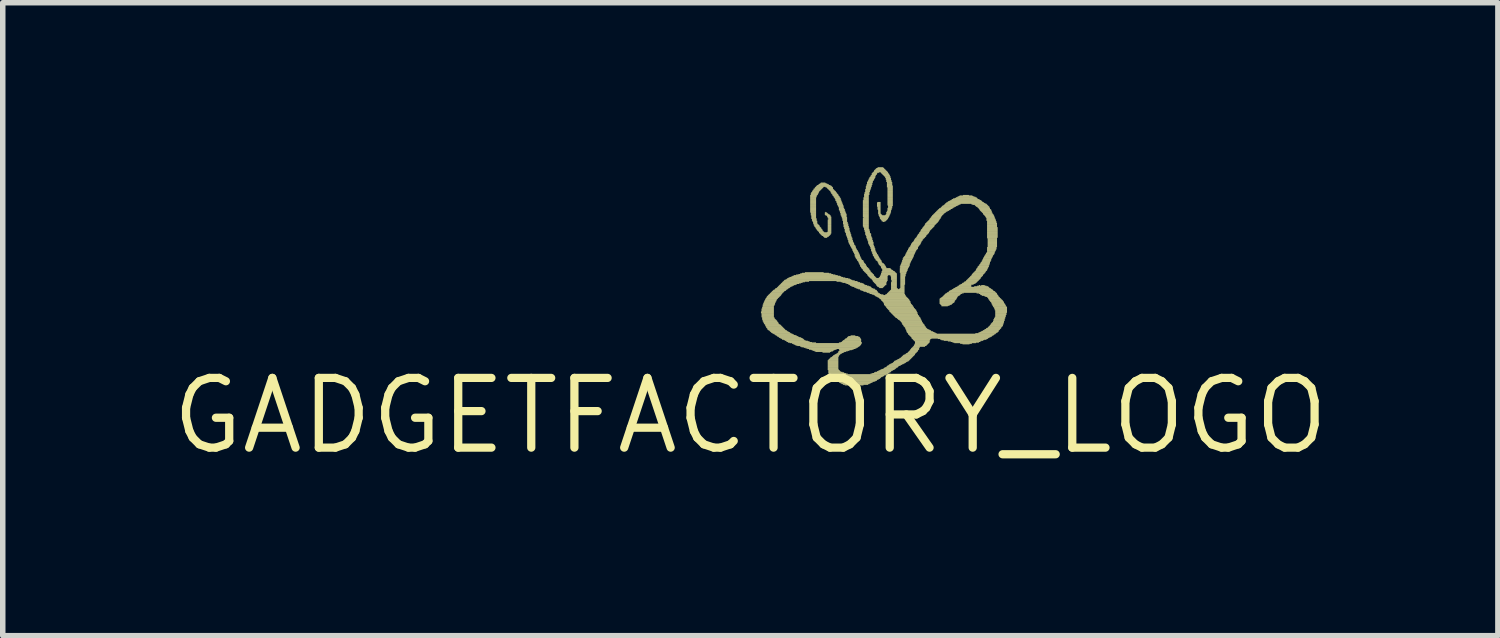
<source format=kicad_pcb>
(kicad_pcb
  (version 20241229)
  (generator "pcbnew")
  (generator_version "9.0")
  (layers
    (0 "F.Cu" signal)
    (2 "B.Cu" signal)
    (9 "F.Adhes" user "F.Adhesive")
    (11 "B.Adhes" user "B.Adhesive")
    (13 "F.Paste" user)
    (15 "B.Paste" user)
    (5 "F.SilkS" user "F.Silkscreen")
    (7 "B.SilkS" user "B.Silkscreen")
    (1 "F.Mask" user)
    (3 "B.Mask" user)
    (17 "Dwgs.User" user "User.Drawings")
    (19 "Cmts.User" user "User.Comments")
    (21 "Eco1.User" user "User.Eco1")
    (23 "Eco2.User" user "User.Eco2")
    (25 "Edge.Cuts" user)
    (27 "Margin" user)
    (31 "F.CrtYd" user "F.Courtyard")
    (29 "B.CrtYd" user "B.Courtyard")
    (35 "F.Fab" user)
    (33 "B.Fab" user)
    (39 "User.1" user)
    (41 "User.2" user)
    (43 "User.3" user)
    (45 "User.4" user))
  (footprint "GADGETFACTORY_LOGO"
    (layer "F.Cu")
    (at 10.621 4.526)
    (property "Reference" "GADGETFACTORY_LOGO" (at 0 0 0) (layer "F.SilkS") (effects (font (size 1.27 1.27) (thickness 0.15))))
    (attr through_hole)
    (fp_poly (pts (xy 0.194 -1.89) (xy 0.429 -1.89) (xy 0.429 -1.9) (xy 0.194 -1.9)) (stroke (width 0) (type solid)) (fill yes) (layer "F.SilkS"))
    (fp_poly (pts (xy 0.194 -1.879) (xy 0.429 -1.879) (xy 0.429 -1.89) (xy 0.194 -1.89)) (stroke (width 0) (type solid)) (fill yes) (layer "F.SilkS"))
    (fp_poly (pts (xy 0.194 -1.868) (xy 0.429 -1.868) (xy 0.429 -1.879) (xy 0.194 -1.879)) (stroke (width 0) (type solid)) (fill yes) (layer "F.SilkS"))
    (fp_poly (pts (xy 0.205 -1.943) (xy 0.429 -1.943) (xy 0.429 -1.954) (xy 0.205 -1.954)) (stroke (width 0) (type solid)) (fill yes) (layer "F.SilkS"))
    (fp_poly (pts (xy 0.205 -1.932) (xy 0.429 -1.932) (xy 0.429 -1.943) (xy 0.205 -1.943)) (stroke (width 0) (type solid)) (fill yes) (layer "F.SilkS"))
    (fp_poly (pts (xy 0.205 -1.922) (xy 0.429 -1.922) (xy 0.429 -1.932) (xy 0.205 -1.932)) (stroke (width 0) (type solid)) (fill yes) (layer "F.SilkS"))
    (fp_poly (pts (xy 0.205 -1.911) (xy 0.429 -1.911) (xy 0.429 -1.922) (xy 0.205 -1.922)) (stroke (width 0) (type solid)) (fill yes) (layer "F.SilkS"))
    (fp_poly (pts (xy 0.205 -1.9) (xy 0.429 -1.9) (xy 0.429 -1.911) (xy 0.205 -1.911)) (stroke (width 0) (type solid)) (fill yes) (layer "F.SilkS"))
    (fp_poly (pts (xy 0.205 -1.858) (xy 0.429 -1.858) (xy 0.429 -1.868) (xy 0.205 -1.868)) (stroke (width 0) (type solid)) (fill yes) (layer "F.SilkS"))
    (fp_poly (pts (xy 0.205 -1.847) (xy 0.429 -1.847) (xy 0.429 -1.858) (xy 0.205 -1.858)) (stroke (width 0) (type solid)) (fill yes) (layer "F.SilkS"))
    (fp_poly (pts (xy 0.205 -1.836) (xy 0.429 -1.836) (xy 0.429 -1.847) (xy 0.205 -1.847)) (stroke (width 0) (type solid)) (fill yes) (layer "F.SilkS"))
    (fp_poly (pts (xy 0.205 -1.825) (xy 0.429 -1.825) (xy 0.429 -1.836) (xy 0.205 -1.836)) (stroke (width 0) (type solid)) (fill yes) (layer "F.SilkS"))
    (fp_poly (pts (xy 0.205 -1.815) (xy 0.429 -1.815) (xy 0.429 -1.825) (xy 0.205 -1.825)) (stroke (width 0) (type solid)) (fill yes) (layer "F.SilkS"))
    (fp_poly (pts (xy 0.205 -1.804) (xy 0.429 -1.804) (xy 0.429 -1.815) (xy 0.205 -1.815)) (stroke (width 0) (type solid)) (fill yes) (layer "F.SilkS"))
    (fp_poly (pts (xy 0.205 -1.794) (xy 0.429 -1.794) (xy 0.429 -1.804) (xy 0.205 -1.804)) (stroke (width 0) (type solid)) (fill yes) (layer "F.SilkS"))
    (fp_poly (pts (xy 0.216 -1.975) (xy 0.429 -1.975) (xy 0.429 -1.986) (xy 0.216 -1.986)) (stroke (width 0) (type solid)) (fill yes) (layer "F.SilkS"))
    (fp_poly (pts (xy 0.216 -1.964) (xy 0.429 -1.964) (xy 0.429 -1.975) (xy 0.216 -1.975)) (stroke (width 0) (type solid)) (fill yes) (layer "F.SilkS"))
    (fp_poly (pts (xy 0.216 -1.954) (xy 0.429 -1.954) (xy 0.429 -1.964) (xy 0.216 -1.964)) (stroke (width 0) (type solid)) (fill yes) (layer "F.SilkS"))
    (fp_poly (pts (xy 0.216 -1.783) (xy 0.44 -1.783) (xy 0.44 -1.794) (xy 0.216 -1.794)) (stroke (width 0) (type solid)) (fill yes) (layer "F.SilkS"))
    (fp_poly (pts (xy 0.216 -1.772) (xy 0.44 -1.772) (xy 0.44 -1.783) (xy 0.216 -1.783)) (stroke (width 0) (type solid)) (fill yes) (layer "F.SilkS"))
    (fp_poly (pts (xy 0.216 -1.762) (xy 0.451 -1.762) (xy 0.451 -1.772) (xy 0.216 -1.772)) (stroke (width 0) (type solid)) (fill yes) (layer "F.SilkS"))
    (fp_poly (pts (xy 0.216 -1.751) (xy 0.461 -1.751) (xy 0.461 -1.762) (xy 0.216 -1.762)) (stroke (width 0) (type solid)) (fill yes) (layer "F.SilkS"))
    (fp_poly (pts (xy 0.226 -2.018) (xy 0.44 -2.018) (xy 0.44 -2.028) (xy 0.226 -2.028)) (stroke (width 0) (type solid)) (fill yes) (layer "F.SilkS"))
    (fp_poly (pts (xy 0.226 -2.007) (xy 0.44 -2.007) (xy 0.44 -2.018) (xy 0.226 -2.018)) (stroke (width 0) (type solid)) (fill yes) (layer "F.SilkS"))
    (fp_poly (pts (xy 0.226 -1.996) (xy 0.429 -1.996) (xy 0.429 -2.007) (xy 0.226 -2.007)) (stroke (width 0) (type solid)) (fill yes) (layer "F.SilkS"))
    (fp_poly (pts (xy 0.226 -1.986) (xy 0.429 -1.986) (xy 0.429 -1.996) (xy 0.226 -1.996)) (stroke (width 0) (type solid)) (fill yes) (layer "F.SilkS"))
    (fp_poly (pts (xy 0.226 -1.74) (xy 0.472 -1.74) (xy 0.472 -1.751) (xy 0.226 -1.751)) (stroke (width 0) (type solid)) (fill yes) (layer "F.SilkS"))
    (fp_poly (pts (xy 0.226 -1.73) (xy 0.483 -1.73) (xy 0.483 -1.74) (xy 0.226 -1.74)) (stroke (width 0) (type solid)) (fill yes) (layer "F.SilkS"))
    (fp_poly (pts (xy 0.226 -1.719) (xy 0.493 -1.719) (xy 0.493 -1.73) (xy 0.226 -1.73)) (stroke (width 0) (type solid)) (fill yes) (layer "F.SilkS"))
    (fp_poly (pts (xy 0.237 -2.05) (xy 0.451 -2.05) (xy 0.451 -2.06) (xy 0.237 -2.06)) (stroke (width 0) (type solid)) (fill yes) (layer "F.SilkS"))
    (fp_poly (pts (xy 0.237 -2.039) (xy 0.451 -2.039) (xy 0.451 -2.05) (xy 0.237 -2.05)) (stroke (width 0) (type solid)) (fill yes) (layer "F.SilkS"))
    (fp_poly (pts (xy 0.237 -2.028) (xy 0.451 -2.028) (xy 0.451 -2.039) (xy 0.237 -2.039)) (stroke (width 0) (type solid)) (fill yes) (layer "F.SilkS"))
    (fp_poly (pts (xy 0.237 -1.708) (xy 0.493 -1.708) (xy 0.493 -1.719) (xy 0.237 -1.719)) (stroke (width 0) (type solid)) (fill yes) (layer "F.SilkS"))
    (fp_poly (pts (xy 0.237 -1.698) (xy 0.504 -1.698) (xy 0.504 -1.708) (xy 0.237 -1.708)) (stroke (width 0) (type solid)) (fill yes) (layer "F.SilkS"))
    (fp_poly (pts (xy 0.248 -2.071) (xy 0.461 -2.071) (xy 0.461 -2.082) (xy 0.248 -2.082)) (stroke (width 0) (type solid)) (fill yes) (layer "F.SilkS"))
    (fp_poly (pts (xy 0.248 -2.06) (xy 0.461 -2.06) (xy 0.461 -2.071) (xy 0.248 -2.071)) (stroke (width 0) (type solid)) (fill yes) (layer "F.SilkS"))
    (fp_poly (pts (xy 0.248 -1.687) (xy 0.515 -1.687) (xy 0.515 -1.698) (xy 0.248 -1.698)) (stroke (width 0) (type solid)) (fill yes) (layer "F.SilkS"))
    (fp_poly (pts (xy 0.248 -1.676) (xy 0.515 -1.676) (xy 0.515 -1.687) (xy 0.248 -1.687)) (stroke (width 0) (type solid)) (fill yes) (layer "F.SilkS"))
    (fp_poly (pts (xy 0.258 -2.092) (xy 0.472 -2.092) (xy 0.472 -2.103) (xy 0.258 -2.103)) (stroke (width 0) (type solid)) (fill yes) (layer "F.SilkS"))
    (fp_poly (pts (xy 0.258 -2.082) (xy 0.472 -2.082) (xy 0.472 -2.092) (xy 0.258 -2.092)) (stroke (width 0) (type solid)) (fill yes) (layer "F.SilkS"))
    (fp_poly (pts (xy 0.258 -1.665) (xy 0.525 -1.665) (xy 0.525 -1.676) (xy 0.258 -1.676)) (stroke (width 0) (type solid)) (fill yes) (layer "F.SilkS"))
    (fp_poly (pts (xy 0.269 -2.114) (xy 0.483 -2.114) (xy 0.483 -2.124) (xy 0.269 -2.124)) (stroke (width 0) (type solid)) (fill yes) (layer "F.SilkS"))
    (fp_poly (pts (xy 0.269 -2.103) (xy 0.483 -2.103) (xy 0.483 -2.114) (xy 0.269 -2.114)) (stroke (width 0) (type solid)) (fill yes) (layer "F.SilkS"))
    (fp_poly (pts (xy 0.269 -1.655) (xy 0.547 -1.655) (xy 0.547 -1.665) (xy 0.269 -1.665)) (stroke (width 0) (type solid)) (fill yes) (layer "F.SilkS"))
    (fp_poly (pts (xy 0.269 -1.644) (xy 0.557 -1.644) (xy 0.557 -1.655) (xy 0.269 -1.655)) (stroke (width 0) (type solid)) (fill yes) (layer "F.SilkS"))
    (fp_poly (pts (xy 0.28 -2.135) (xy 0.504 -2.135) (xy 0.504 -2.146) (xy 0.28 -2.146)) (stroke (width 0) (type solid)) (fill yes) (layer "F.SilkS"))
    (fp_poly (pts (xy 0.28 -2.124) (xy 0.493 -2.124) (xy 0.493 -2.135) (xy 0.28 -2.135)) (stroke (width 0) (type solid)) (fill yes) (layer "F.SilkS"))
    (fp_poly (pts (xy 0.28 -1.633) (xy 0.568 -1.633) (xy 0.568 -1.644) (xy 0.28 -1.644)) (stroke (width 0) (type solid)) (fill yes) (layer "F.SilkS"))
    (fp_poly (pts (xy 0.28 -1.623) (xy 0.579 -1.623) (xy 0.579 -1.633) (xy 0.28 -1.633)) (stroke (width 0) (type solid)) (fill yes) (layer "F.SilkS"))
    (fp_poly (pts (xy 0.29 -2.146) (xy 0.515 -2.146) (xy 0.515 -2.156) (xy 0.29 -2.156)) (stroke (width 0) (type solid)) (fill yes) (layer "F.SilkS"))
    (fp_poly (pts (xy 0.29 -1.612) (xy 0.589 -1.612) (xy 0.589 -1.623) (xy 0.29 -1.623)) (stroke (width 0) (type solid)) (fill yes) (layer "F.SilkS"))
    (fp_poly (pts (xy 0.29 -1.601) (xy 0.6 -1.601) (xy 0.6 -1.612) (xy 0.29 -1.612)) (stroke (width 0) (type solid)) (fill yes) (layer "F.SilkS"))
    (fp_poly (pts (xy 0.301 -2.167) (xy 0.536 -2.167) (xy 0.536 -2.178) (xy 0.301 -2.178)) (stroke (width 0) (type solid)) (fill yes) (layer "F.SilkS"))
    (fp_poly (pts (xy 0.301 -2.156) (xy 0.525 -2.156) (xy 0.525 -2.167) (xy 0.301 -2.167)) (stroke (width 0) (type solid)) (fill yes) (layer "F.SilkS"))
    (fp_poly (pts (xy 0.301 -1.591) (xy 0.611 -1.591) (xy 0.611 -1.601) (xy 0.301 -1.601)) (stroke (width 0) (type solid)) (fill yes) (layer "F.SilkS"))
    (fp_poly (pts (xy 0.312 -2.178) (xy 0.547 -2.178) (xy 0.547 -2.188) (xy 0.312 -2.188)) (stroke (width 0) (type solid)) (fill yes) (layer "F.SilkS"))
    (fp_poly (pts (xy 0.312 -1.58) (xy 0.621 -1.58) (xy 0.621 -1.591) (xy 0.312 -1.591)) (stroke (width 0) (type solid)) (fill yes) (layer "F.SilkS"))
    (fp_poly (pts (xy 0.312 -1.569) (xy 0.632 -1.569) (xy 0.632 -1.58) (xy 0.312 -1.58)) (stroke (width 0) (type solid)) (fill yes) (layer "F.SilkS"))
    (fp_poly (pts (xy 0.323 -2.188) (xy 0.557 -2.188) (xy 0.557 -2.199) (xy 0.323 -2.199)) (stroke (width 0) (type solid)) (fill yes) (layer "F.SilkS"))
    (fp_poly (pts (xy 0.323 -1.559) (xy 0.643 -1.559) (xy 0.643 -1.569) (xy 0.323 -1.569)) (stroke (width 0) (type solid)) (fill yes) (layer "F.SilkS"))
    (fp_poly (pts (xy 0.333 -2.199) (xy 0.568 -2.199) (xy 0.568 -2.21) (xy 0.333 -2.21)) (stroke (width 0) (type solid)) (fill yes) (layer "F.SilkS"))
    (fp_poly (pts (xy 0.344 -2.21) (xy 0.568 -2.21) (xy 0.568 -2.22) (xy 0.344 -2.22)) (stroke (width 0) (type solid)) (fill yes) (layer "F.SilkS"))
    (fp_poly (pts (xy 0.344 -1.548) (xy 0.664 -1.548) (xy 0.664 -1.559) (xy 0.344 -1.559)) (stroke (width 0) (type solid)) (fill yes) (layer "F.SilkS"))
    (fp_poly (pts (xy 0.355 -2.22) (xy 0.579 -2.22) (xy 0.579 -2.231) (xy 0.355 -2.231)) (stroke (width 0) (type solid)) (fill yes) (layer "F.SilkS"))
    (fp_poly (pts (xy 0.355 -1.537) (xy 0.675 -1.537) (xy 0.675 -1.548) (xy 0.355 -1.548)) (stroke (width 0) (type solid)) (fill yes) (layer "F.SilkS"))
    (fp_poly (pts (xy 0.365 -2.231) (xy 0.589 -2.231) (xy 0.589 -2.242) (xy 0.365 -2.242)) (stroke (width 0) (type solid)) (fill yes) (layer "F.SilkS"))
    (fp_poly (pts (xy 0.365 -1.527) (xy 0.696 -1.527) (xy 0.696 -1.537) (xy 0.365 -1.537)) (stroke (width 0) (type solid)) (fill yes) (layer "F.SilkS"))
    (fp_poly (pts (xy 0.376 -2.242) (xy 0.6 -2.242) (xy 0.6 -2.252) (xy 0.376 -2.252)) (stroke (width 0) (type solid)) (fill yes) (layer "F.SilkS"))
    (fp_poly (pts (xy 0.376 -1.516) (xy 0.717 -1.516) (xy 0.717 -1.527) (xy 0.376 -1.527)) (stroke (width 0) (type solid)) (fill yes) (layer "F.SilkS"))
    (fp_poly (pts (xy 0.387 -2.252) (xy 0.611 -2.252) (xy 0.611 -2.263) (xy 0.387 -2.263)) (stroke (width 0) (type solid)) (fill yes) (layer "F.SilkS"))
    (fp_poly (pts (xy 0.397 -2.263) (xy 0.621 -2.263) (xy 0.621 -2.274) (xy 0.397 -2.274)) (stroke (width 0) (type solid)) (fill yes) (layer "F.SilkS"))
    (fp_poly (pts (xy 0.397 -1.505) (xy 0.728 -1.505) (xy 0.728 -1.516) (xy 0.397 -1.516)) (stroke (width 0) (type solid)) (fill yes) (layer "F.SilkS"))
    (fp_poly (pts (xy 0.408 -2.274) (xy 0.643 -2.274) (xy 0.643 -2.284) (xy 0.408 -2.284)) (stroke (width 0) (type solid)) (fill yes) (layer "F.SilkS"))
    (fp_poly (pts (xy 0.408 -1.495) (xy 0.749 -1.495) (xy 0.749 -1.505) (xy 0.408 -1.505)) (stroke (width 0) (type solid)) (fill yes) (layer "F.SilkS"))
    (fp_poly (pts (xy 0.419 -2.284) (xy 0.653 -2.284) (xy 0.653 -2.295) (xy 0.419 -2.295)) (stroke (width 0) (type solid)) (fill yes) (layer "F.SilkS"))
    (fp_poly (pts (xy 0.429 -1.484) (xy 0.771 -1.484) (xy 0.771 -1.495) (xy 0.429 -1.495)) (stroke (width 0) (type solid)) (fill yes) (layer "F.SilkS"))
    (fp_poly (pts (xy 0.44 -2.295) (xy 0.664 -2.295) (xy 0.664 -2.306) (xy 0.44 -2.306)) (stroke (width 0) (type solid)) (fill yes) (layer "F.SilkS"))
    (fp_poly (pts (xy 0.451 -2.306) (xy 0.685 -2.306) (xy 0.685 -2.317) (xy 0.451 -2.317)) (stroke (width 0) (type solid)) (fill yes) (layer "F.SilkS"))
    (fp_poly (pts (xy 0.451 -1.473) (xy 0.792 -1.473) (xy 0.792 -1.484) (xy 0.451 -1.484)) (stroke (width 0) (type solid)) (fill yes) (layer "F.SilkS"))
    (fp_poly (pts (xy 0.461 -2.317) (xy 0.696 -2.317) (xy 0.696 -2.327) (xy 0.461 -2.327)) (stroke (width 0) (type solid)) (fill yes) (layer "F.SilkS"))
    (fp_poly (pts (xy 0.461 -1.463) (xy 0.824 -1.463) (xy 0.824 -1.473) (xy 0.461 -1.473)) (stroke (width 0) (type solid)) (fill yes) (layer "F.SilkS"))
    (fp_poly (pts (xy 0.483 -2.327) (xy 0.717 -2.327) (xy 0.717 -2.338) (xy 0.483 -2.338)) (stroke (width 0) (type solid)) (fill yes) (layer "F.SilkS"))
    (fp_poly (pts (xy 0.483 -1.452) (xy 0.845 -1.452) (xy 0.845 -1.463) (xy 0.483 -1.463)) (stroke (width 0) (type solid)) (fill yes) (layer "F.SilkS"))
    (fp_poly (pts (xy 0.493 -2.338) (xy 0.728 -2.338) (xy 0.728 -2.349) (xy 0.493 -2.349)) (stroke (width 0) (type solid)) (fill yes) (layer "F.SilkS"))
    (fp_poly (pts (xy 0.493 -1.441) (xy 0.867 -1.441) (xy 0.867 -1.452) (xy 0.493 -1.452)) (stroke (width 0) (type solid)) (fill yes) (layer "F.SilkS"))
    (fp_poly (pts (xy 0.504 -2.349) (xy 0.749 -2.349) (xy 0.749 -2.359) (xy 0.504 -2.359)) (stroke (width 0) (type solid)) (fill yes) (layer "F.SilkS"))
    (fp_poly (pts (xy 0.515 -2.359) (xy 0.771 -2.359) (xy 0.771 -2.37) (xy 0.515 -2.37)) (stroke (width 0) (type solid)) (fill yes) (layer "F.SilkS"))
    (fp_poly (pts (xy 0.515 -1.431) (xy 0.888 -1.431) (xy 0.888 -1.441) (xy 0.515 -1.441)) (stroke (width 0) (type solid)) (fill yes) (layer "F.SilkS"))
    (fp_poly (pts (xy 0.525 -2.37) (xy 0.792 -2.37) (xy 0.792 -2.381) (xy 0.525 -2.381)) (stroke (width 0) (type solid)) (fill yes) (layer "F.SilkS"))
    (fp_poly (pts (xy 0.525 -1.42) (xy 0.92 -1.42) (xy 0.92 -1.431) (xy 0.525 -1.431)) (stroke (width 0) (type solid)) (fill yes) (layer "F.SilkS"))
    (fp_poly (pts (xy 0.536 -2.381) (xy 0.824 -2.381) (xy 0.824 -2.391) (xy 0.536 -2.391)) (stroke (width 0) (type solid)) (fill yes) (layer "F.SilkS"))
    (fp_poly (pts (xy 0.547 -2.391) (xy 0.845 -2.391) (xy 0.845 -2.402) (xy 0.547 -2.402)) (stroke (width 0) (type solid)) (fill yes) (layer "F.SilkS"))
    (fp_poly (pts (xy 0.547 -1.409) (xy 0.942 -1.409) (xy 0.942 -1.42) (xy 0.547 -1.42)) (stroke (width 0) (type solid)) (fill yes) (layer "F.SilkS"))
    (fp_poly (pts (xy 0.557 -2.402) (xy 0.888 -2.402) (xy 0.888 -2.413) (xy 0.557 -2.413)) (stroke (width 0) (type solid)) (fill yes) (layer "F.SilkS"))
    (fp_poly (pts (xy 0.568 -2.413) (xy 0.92 -2.413) (xy 0.92 -2.423) (xy 0.568 -2.423)) (stroke (width 0) (type solid)) (fill yes) (layer "F.SilkS"))
    (fp_poly (pts (xy 0.568 -1.399) (xy 0.963 -1.399) (xy 0.963 -1.409) (xy 0.568 -1.409)) (stroke (width 0) (type solid)) (fill yes) (layer "F.SilkS"))
    (fp_poly (pts (xy 0.579 -2.423) (xy 0.952 -2.423) (xy 0.952 -2.434) (xy 0.579 -2.434)) (stroke (width 0) (type solid)) (fill yes) (layer "F.SilkS"))
    (fp_poly (pts (xy 0.579 -1.388) (xy 0.974 -1.388) (xy 0.974 -1.399) (xy 0.579 -1.399)) (stroke (width 0) (type solid)) (fill yes) (layer "F.SilkS"))
    (fp_poly (pts (xy 0.589 -2.434) (xy 0.995 -2.434) (xy 0.995 -2.445) (xy 0.589 -2.445)) (stroke (width 0) (type solid)) (fill yes) (layer "F.SilkS"))
    (fp_poly (pts (xy 0.6 -2.445) (xy 1.07 -2.445) (xy 1.07 -2.455) (xy 0.6 -2.455)) (stroke (width 0) (type solid)) (fill yes) (layer "F.SilkS"))
    (fp_poly (pts (xy 0.611 -2.455) (xy 1.902 -2.455) (xy 1.902 -2.466) (xy 0.611 -2.466)) (stroke (width 0) (type solid)) (fill yes) (layer "F.SilkS"))
    (fp_poly (pts (xy 0.611 -1.377) (xy 0.984 -1.377) (xy 0.984 -1.388) (xy 0.611 -1.388)) (stroke (width 0) (type solid)) (fill yes) (layer "F.SilkS"))
    (fp_poly (pts (xy 0.621 -2.466) (xy 1.859 -2.466) (xy 1.859 -2.477) (xy 0.621 -2.477)) (stroke (width 0) (type solid)) (fill yes) (layer "F.SilkS"))
    (fp_poly (pts (xy 0.632 -1.367) (xy 1.006 -1.367) (xy 1.006 -1.377) (xy 0.632 -1.377)) (stroke (width 0) (type solid)) (fill yes) (layer "F.SilkS"))
    (fp_poly (pts (xy 0.643 -2.477) (xy 1.838 -2.477) (xy 1.838 -2.487) (xy 0.643 -2.487)) (stroke (width 0) (type solid)) (fill yes) (layer "F.SilkS"))
    (fp_poly (pts (xy 0.653 -1.356) (xy 1.048 -1.356) (xy 1.048 -1.367) (xy 0.653 -1.367)) (stroke (width 0) (type solid)) (fill yes) (layer "F.SilkS"))
    (fp_poly (pts (xy 0.664 -2.487) (xy 1.817 -2.487) (xy 1.817 -2.498) (xy 0.664 -2.498)) (stroke (width 0) (type solid)) (fill yes) (layer "F.SilkS"))
    (fp_poly (pts (xy 0.664 -1.345) (xy 1.08 -1.345) (xy 1.08 -1.356) (xy 0.664 -1.356)) (stroke (width 0) (type solid)) (fill yes) (layer "F.SilkS"))
    (fp_poly (pts (xy 0.675 -2.498) (xy 1.785 -2.498) (xy 1.785 -2.509) (xy 0.675 -2.509)) (stroke (width 0) (type solid)) (fill yes) (layer "F.SilkS"))
    (fp_poly (pts (xy 0.685 -1.335) (xy 1.123 -1.335) (xy 1.123 -1.345) (xy 0.685 -1.345)) (stroke (width 0) (type solid)) (fill yes) (layer "F.SilkS"))
    (fp_poly (pts (xy 0.696 -2.509) (xy 1.731 -2.509) (xy 1.731 -2.519) (xy 0.696 -2.519)) (stroke (width 0) (type solid)) (fill yes) (layer "F.SilkS"))
    (fp_poly (pts (xy 0.717 -2.519) (xy 1.689 -2.519) (xy 1.689 -2.53) (xy 0.717 -2.53)) (stroke (width 0) (type solid)) (fill yes) (layer "F.SilkS"))
    (fp_poly (pts (xy 0.717 -1.324) (xy 1.198 -1.324) (xy 1.198 -1.335) (xy 0.717 -1.335)) (stroke (width 0) (type solid)) (fill yes) (layer "F.SilkS"))
    (fp_poly (pts (xy 0.749 -2.53) (xy 1.657 -2.53) (xy 1.657 -2.541) (xy 0.749 -2.541)) (stroke (width 0) (type solid)) (fill yes) (layer "F.SilkS"))
    (fp_poly (pts (xy 0.76 -1.313) (xy 2.03 -1.313) (xy 2.03 -1.324) (xy 0.76 -1.324)) (stroke (width 0) (type solid)) (fill yes) (layer "F.SilkS"))
    (fp_poly (pts (xy 0.771 -2.541) (xy 1.635 -2.541) (xy 1.635 -2.551) (xy 0.771 -2.551)) (stroke (width 0) (type solid)) (fill yes) (layer "F.SilkS"))
    (fp_poly (pts (xy 0.781 -1.303) (xy 2.019 -1.303) (xy 2.019 -1.313) (xy 0.781 -1.313)) (stroke (width 0) (type solid)) (fill yes) (layer "F.SilkS"))
    (fp_poly (pts (xy 0.792 -2.551) (xy 1.593 -2.551) (xy 1.593 -2.562) (xy 0.792 -2.562)) (stroke (width 0) (type solid)) (fill yes) (layer "F.SilkS"))
    (fp_poly (pts (xy 0.803 -1.292) (xy 2.019 -1.292) (xy 2.019 -1.303) (xy 0.803 -1.303)) (stroke (width 0) (type solid)) (fill yes) (layer "F.SilkS"))
    (fp_poly (pts (xy 0.824 -1.281) (xy 2.009 -1.281) (xy 2.009 -1.292) (xy 0.824 -1.292)) (stroke (width 0) (type solid)) (fill yes) (layer "F.SilkS"))
    (fp_poly (pts (xy 0.835 -2.562) (xy 1.55 -2.562) (xy 1.55 -2.573) (xy 0.835 -2.573)) (stroke (width 0) (type solid)) (fill yes) (layer "F.SilkS"))
    (fp_poly (pts (xy 0.856 -1.271) (xy 1.998 -1.271) (xy 1.998 -1.281) (xy 0.856 -1.281)) (stroke (width 0) (type solid)) (fill yes) (layer "F.SilkS"))
    (fp_poly (pts (xy 0.877 -2.573) (xy 1.507 -2.573) (xy 1.507 -2.583) (xy 0.877 -2.583)) (stroke (width 0) (type solid)) (fill yes) (layer "F.SilkS"))
    (fp_poly (pts (xy 0.909 -2.583) (xy 1.475 -2.583) (xy 1.475 -2.594) (xy 0.909 -2.594)) (stroke (width 0) (type solid)) (fill yes) (layer "F.SilkS"))
    (fp_poly (pts (xy 0.909 -1.26) (xy 1.987 -1.26) (xy 1.987 -1.271) (xy 0.909 -1.271)) (stroke (width 0) (type solid)) (fill yes) (layer "F.SilkS"))
    (fp_poly (pts (xy 0.931 -1.249) (xy 1.966 -1.249) (xy 1.966 -1.26) (xy 0.931 -1.26)) (stroke (width 0) (type solid)) (fill yes) (layer "F.SilkS"))
    (fp_poly (pts (xy 0.942 -2.594) (xy 1.432 -2.594) (xy 1.432 -2.605) (xy 0.942 -2.605)) (stroke (width 0) (type solid)) (fill yes) (layer "F.SilkS"))
    (fp_poly (pts (xy 0.974 -1.239) (xy 1.955 -1.239) (xy 1.955 -1.249) (xy 0.974 -1.249)) (stroke (width 0) (type solid)) (fill yes) (layer "F.SilkS"))
    (fp_poly (pts (xy 0.995 -2.605) (xy 1.336 -2.605) (xy 1.336 -2.615) (xy 0.995 -2.615)) (stroke (width 0) (type solid)) (fill yes) (layer "F.SilkS"))
    (fp_poly (pts (xy 1.006 -1.228) (xy 1.934 -1.228) (xy 1.934 -1.239) (xy 1.006 -1.239)) (stroke (width 0) (type solid)) (fill yes) (layer "F.SilkS"))
    (fp_poly (pts (xy 1.038 -1.217) (xy 1.913 -1.217) (xy 1.913 -1.228) (xy 1.038 -1.228)) (stroke (width 0) (type solid)) (fill yes) (layer "F.SilkS"))
    (fp_poly (pts (xy 1.07 -1.206) (xy 1.571 -1.206) (xy 1.571 -1.217) (xy 1.07 -1.217)) (stroke (width 0) (type solid)) (fill yes) (layer "F.SilkS"))
    (fp_poly (pts (xy 1.091 -4.013) (xy 1.219 -4.013) (xy 1.219 -4.024) (xy 1.091 -4.024)) (stroke (width 0) (type solid)) (fill yes) (layer "F.SilkS"))
    (fp_poly (pts (xy 1.091 -4.003) (xy 1.208 -4.003) (xy 1.208 -4.013) (xy 1.091 -4.013)) (stroke (width 0) (type solid)) (fill yes) (layer "F.SilkS"))
    (fp_poly (pts (xy 1.091 -3.992) (xy 1.208 -3.992) (xy 1.208 -4.003) (xy 1.091 -4.003)) (stroke (width 0) (type solid)) (fill yes) (layer "F.SilkS"))
    (fp_poly (pts (xy 1.091 -3.981) (xy 1.208 -3.981) (xy 1.208 -3.992) (xy 1.091 -3.992)) (stroke (width 0) (type solid)) (fill yes) (layer "F.SilkS"))
    (fp_poly (pts (xy 1.091 -3.971) (xy 1.198 -3.971) (xy 1.198 -3.981) (xy 1.091 -3.981)) (stroke (width 0) (type solid)) (fill yes) (layer "F.SilkS"))
    (fp_poly (pts (xy 1.091 -3.96) (xy 1.198 -3.96) (xy 1.198 -3.971) (xy 1.091 -3.971)) (stroke (width 0) (type solid)) (fill yes) (layer "F.SilkS"))
    (fp_poly (pts (xy 1.091 -3.949) (xy 1.198 -3.949) (xy 1.198 -3.96) (xy 1.091 -3.96)) (stroke (width 0) (type solid)) (fill yes) (layer "F.SilkS"))
    (fp_poly (pts (xy 1.091 -3.939) (xy 1.198 -3.939) (xy 1.198 -3.949) (xy 1.091 -3.949)) (stroke (width 0) (type solid)) (fill yes) (layer "F.SilkS"))
    (fp_poly (pts (xy 1.091 -3.928) (xy 1.198 -3.928) (xy 1.198 -3.939) (xy 1.091 -3.939)) (stroke (width 0) (type solid)) (fill yes) (layer "F.SilkS"))
    (fp_poly (pts (xy 1.091 -3.917) (xy 1.198 -3.917) (xy 1.198 -3.928) (xy 1.091 -3.928)) (stroke (width 0) (type solid)) (fill yes) (layer "F.SilkS"))
    (fp_poly (pts (xy 1.091 -3.907) (xy 1.198 -3.907) (xy 1.198 -3.917) (xy 1.091 -3.917)) (stroke (width 0) (type solid)) (fill yes) (layer "F.SilkS"))
    (fp_poly (pts (xy 1.091 -3.896) (xy 1.198 -3.896) (xy 1.198 -3.907) (xy 1.091 -3.907)) (stroke (width 0) (type solid)) (fill yes) (layer "F.SilkS"))
    (fp_poly (pts (xy 1.091 -3.885) (xy 1.198 -3.885) (xy 1.198 -3.896) (xy 1.091 -3.896)) (stroke (width 0) (type solid)) (fill yes) (layer "F.SilkS"))
    (fp_poly (pts (xy 1.091 -3.875) (xy 1.198 -3.875) (xy 1.198 -3.885) (xy 1.091 -3.885)) (stroke (width 0) (type solid)) (fill yes) (layer "F.SilkS"))
    (fp_poly (pts (xy 1.091 -3.864) (xy 1.198 -3.864) (xy 1.198 -3.875) (xy 1.091 -3.875)) (stroke (width 0) (type solid)) (fill yes) (layer "F.SilkS"))
    (fp_poly (pts (xy 1.091 -3.853) (xy 1.198 -3.853) (xy 1.198 -3.864) (xy 1.091 -3.864)) (stroke (width 0) (type solid)) (fill yes) (layer "F.SilkS"))
    (fp_poly (pts (xy 1.091 -3.843) (xy 1.198 -3.843) (xy 1.198 -3.853) (xy 1.091 -3.853)) (stroke (width 0) (type solid)) (fill yes) (layer "F.SilkS"))
    (fp_poly (pts (xy 1.091 -3.832) (xy 1.198 -3.832) (xy 1.198 -3.843) (xy 1.091 -3.843)) (stroke (width 0) (type solid)) (fill yes) (layer "F.SilkS"))
    (fp_poly (pts (xy 1.091 -3.821) (xy 1.198 -3.821) (xy 1.198 -3.832) (xy 1.091 -3.832)) (stroke (width 0) (type solid)) (fill yes) (layer "F.SilkS"))
    (fp_poly (pts (xy 1.091 -3.811) (xy 1.198 -3.811) (xy 1.198 -3.821) (xy 1.091 -3.821)) (stroke (width 0) (type solid)) (fill yes) (layer "F.SilkS"))
    (fp_poly (pts (xy 1.091 -3.8) (xy 1.198 -3.8) (xy 1.198 -3.811) (xy 1.091 -3.811)) (stroke (width 0) (type solid)) (fill yes) (layer "F.SilkS"))
    (fp_poly (pts (xy 1.091 -3.789) (xy 1.198 -3.789) (xy 1.198 -3.8) (xy 1.091 -3.8)) (stroke (width 0) (type solid)) (fill yes) (layer "F.SilkS"))
    (fp_poly (pts (xy 1.091 -3.779) (xy 1.198 -3.779) (xy 1.198 -3.789) (xy 1.091 -3.789)) (stroke (width 0) (type solid)) (fill yes) (layer "F.SilkS"))
    (fp_poly (pts (xy 1.091 -3.768) (xy 1.198 -3.768) (xy 1.198 -3.779) (xy 1.091 -3.779)) (stroke (width 0) (type solid)) (fill yes) (layer "F.SilkS"))
    (fp_poly (pts (xy 1.091 -3.757) (xy 1.198 -3.757) (xy 1.198 -3.768) (xy 1.091 -3.768)) (stroke (width 0) (type solid)) (fill yes) (layer "F.SilkS"))
    (fp_poly (pts (xy 1.091 -3.747) (xy 1.198 -3.747) (xy 1.198 -3.757) (xy 1.091 -3.757)) (stroke (width 0) (type solid)) (fill yes) (layer "F.SilkS"))
    (fp_poly (pts (xy 1.091 -3.736) (xy 1.198 -3.736) (xy 1.198 -3.747) (xy 1.091 -3.747)) (stroke (width 0) (type solid)) (fill yes) (layer "F.SilkS"))
    (fp_poly (pts (xy 1.091 -3.725) (xy 1.198 -3.725) (xy 1.198 -3.736) (xy 1.091 -3.736)) (stroke (width 0) (type solid)) (fill yes) (layer "F.SilkS"))
    (fp_poly (pts (xy 1.091 -3.715) (xy 1.198 -3.715) (xy 1.198 -3.725) (xy 1.091 -3.725)) (stroke (width 0) (type solid)) (fill yes) (layer "F.SilkS"))
    (fp_poly (pts (xy 1.091 -3.704) (xy 1.198 -3.704) (xy 1.198 -3.715) (xy 1.091 -3.715)) (stroke (width 0) (type solid)) (fill yes) (layer "F.SilkS"))
    (fp_poly (pts (xy 1.102 -4.045) (xy 1.24 -4.045) (xy 1.24 -4.056) (xy 1.102 -4.056)) (stroke (width 0) (type solid)) (fill yes) (layer "F.SilkS"))
    (fp_poly (pts (xy 1.102 -4.035) (xy 1.23 -4.035) (xy 1.23 -4.045) (xy 1.102 -4.045)) (stroke (width 0) (type solid)) (fill yes) (layer "F.SilkS"))
    (fp_poly (pts (xy 1.102 -4.024) (xy 1.23 -4.024) (xy 1.23 -4.035) (xy 1.102 -4.035)) (stroke (width 0) (type solid)) (fill yes) (layer "F.SilkS"))
    (fp_poly (pts (xy 1.102 -3.693) (xy 1.198 -3.693) (xy 1.198 -3.704) (xy 1.102 -3.704)) (stroke (width 0) (type solid)) (fill yes) (layer "F.SilkS"))
    (fp_poly (pts (xy 1.102 -3.683) (xy 1.198 -3.683) (xy 1.198 -3.693) (xy 1.102 -3.693)) (stroke (width 0) (type solid)) (fill yes) (layer "F.SilkS"))
    (fp_poly (pts (xy 1.102 -3.672) (xy 1.198 -3.672) (xy 1.198 -3.683) (xy 1.102 -3.683)) (stroke (width 0) (type solid)) (fill yes) (layer "F.SilkS"))
    (fp_poly (pts (xy 1.102 -3.661) (xy 1.198 -3.661) (xy 1.198 -3.672) (xy 1.102 -3.672)) (stroke (width 0) (type solid)) (fill yes) (layer "F.SilkS"))
    (fp_poly (pts (xy 1.102 -3.651) (xy 1.198 -3.651) (xy 1.198 -3.661) (xy 1.102 -3.661)) (stroke (width 0) (type solid)) (fill yes) (layer "F.SilkS"))
    (fp_poly (pts (xy 1.112 -4.067) (xy 1.251 -4.067) (xy 1.251 -4.077) (xy 1.112 -4.077)) (stroke (width 0) (type solid)) (fill yes) (layer "F.SilkS"))
    (fp_poly (pts (xy 1.112 -4.056) (xy 1.24 -4.056) (xy 1.24 -4.067) (xy 1.112 -4.067)) (stroke (width 0) (type solid)) (fill yes) (layer "F.SilkS"))
    (fp_poly (pts (xy 1.112 -3.64) (xy 1.198 -3.64) (xy 1.198 -3.651) (xy 1.112 -3.651)) (stroke (width 0) (type solid)) (fill yes) (layer "F.SilkS"))
    (fp_poly (pts (xy 1.112 -3.629) (xy 1.198 -3.629) (xy 1.198 -3.64) (xy 1.112 -3.64)) (stroke (width 0) (type solid)) (fill yes) (layer "F.SilkS"))
    (fp_poly (pts (xy 1.112 -3.619) (xy 1.198 -3.619) (xy 1.198 -3.629) (xy 1.112 -3.629)) (stroke (width 0) (type solid)) (fill yes) (layer "F.SilkS"))
    (fp_poly (pts (xy 1.112 -3.608) (xy 1.198 -3.608) (xy 1.198 -3.619) (xy 1.112 -3.619)) (stroke (width 0) (type solid)) (fill yes) (layer "F.SilkS"))
    (fp_poly (pts (xy 1.112 -3.597) (xy 1.198 -3.597) (xy 1.198 -3.608) (xy 1.112 -3.608)) (stroke (width 0) (type solid)) (fill yes) (layer "F.SilkS"))
    (fp_poly (pts (xy 1.112 -3.587) (xy 1.208 -3.587) (xy 1.208 -3.597) (xy 1.112 -3.597)) (stroke (width 0) (type solid)) (fill yes) (layer "F.SilkS"))
    (fp_poly (pts (xy 1.112 -1.196) (xy 1.539 -1.196) (xy 1.539 -1.206) (xy 1.112 -1.206)) (stroke (width 0) (type solid)) (fill yes) (layer "F.SilkS"))
    (fp_poly (pts (xy 1.123 -4.077) (xy 1.251 -4.077) (xy 1.251 -4.088) (xy 1.123 -4.088)) (stroke (width 0) (type solid)) (fill yes) (layer "F.SilkS"))
    (fp_poly (pts (xy 1.123 -3.576) (xy 1.208 -3.576) (xy 1.208 -3.587) (xy 1.123 -3.587)) (stroke (width 0) (type solid)) (fill yes) (layer "F.SilkS"))
    (fp_poly (pts (xy 1.123 -3.565) (xy 1.208 -3.565) (xy 1.208 -3.576) (xy 1.123 -3.576)) (stroke (width 0) (type solid)) (fill yes) (layer "F.SilkS"))
    (fp_poly (pts (xy 1.123 -3.554) (xy 1.208 -3.554) (xy 1.208 -3.565) (xy 1.123 -3.565)) (stroke (width 0) (type solid)) (fill yes) (layer "F.SilkS"))
    (fp_poly (pts (xy 1.134 -4.099) (xy 1.272 -4.099) (xy 1.272 -4.109) (xy 1.134 -4.109)) (stroke (width 0) (type solid)) (fill yes) (layer "F.SilkS"))
    (fp_poly (pts (xy 1.134 -4.088) (xy 1.262 -4.088) (xy 1.262 -4.099) (xy 1.134 -4.099)) (stroke (width 0) (type solid)) (fill yes) (layer "F.SilkS"))
    (fp_poly (pts (xy 1.134 -3.544) (xy 1.219 -3.544) (xy 1.219 -3.554) (xy 1.134 -3.554)) (stroke (width 0) (type solid)) (fill yes) (layer "F.SilkS"))
    (fp_poly (pts (xy 1.134 -3.533) (xy 1.219 -3.533) (xy 1.219 -3.544) (xy 1.134 -3.544)) (stroke (width 0) (type solid)) (fill yes) (layer "F.SilkS"))
    (fp_poly (pts (xy 1.134 -1.185) (xy 1.518 -1.185) (xy 1.518 -1.196) (xy 1.134 -1.196)) (stroke (width 0) (type solid)) (fill yes) (layer "F.SilkS"))
    (fp_poly (pts (xy 1.144 -4.109) (xy 1.283 -4.109) (xy 1.283 -4.12) (xy 1.144 -4.12)) (stroke (width 0) (type solid)) (fill yes) (layer "F.SilkS"))
    (fp_poly (pts (xy 1.144 -3.522) (xy 1.219 -3.522) (xy 1.219 -3.533) (xy 1.144 -3.533)) (stroke (width 0) (type solid)) (fill yes) (layer "F.SilkS"))
    (fp_poly (pts (xy 1.144 -3.512) (xy 1.219 -3.512) (xy 1.219 -3.522) (xy 1.144 -3.522)) (stroke (width 0) (type solid)) (fill yes) (layer "F.SilkS"))
    (fp_poly (pts (xy 1.144 -3.501) (xy 1.219 -3.501) (xy 1.219 -3.512) (xy 1.144 -3.512)) (stroke (width 0) (type solid)) (fill yes) (layer "F.SilkS"))
    (fp_poly (pts (xy 1.155 -4.131) (xy 1.304 -4.131) (xy 1.304 -4.141) (xy 1.155 -4.141)) (stroke (width 0) (type solid)) (fill yes) (layer "F.SilkS"))
    (fp_poly (pts (xy 1.155 -4.12) (xy 1.294 -4.12) (xy 1.294 -4.131) (xy 1.155 -4.131)) (stroke (width 0) (type solid)) (fill yes) (layer "F.SilkS"))
    (fp_poly (pts (xy 1.155 -3.49) (xy 1.23 -3.49) (xy 1.23 -3.501) (xy 1.155 -3.501)) (stroke (width 0) (type solid)) (fill yes) (layer "F.SilkS"))
    (fp_poly (pts (xy 1.155 -3.48) (xy 1.24 -3.48) (xy 1.24 -3.49) (xy 1.155 -3.49)) (stroke (width 0) (type solid)) (fill yes) (layer "F.SilkS"))
    (fp_poly (pts (xy 1.155 -3.469) (xy 1.251 -3.469) (xy 1.251 -3.48) (xy 1.155 -3.48)) (stroke (width 0) (type solid)) (fill yes) (layer "F.SilkS"))
    (fp_poly (pts (xy 1.166 -3.458) (xy 1.262 -3.458) (xy 1.262 -3.469) (xy 1.166 -3.469)) (stroke (width 0) (type solid)) (fill yes) (layer "F.SilkS"))
    (fp_poly (pts (xy 1.166 -3.448) (xy 1.262 -3.448) (xy 1.262 -3.458) (xy 1.166 -3.458)) (stroke (width 0) (type solid)) (fill yes) (layer "F.SilkS"))
    (fp_poly (pts (xy 1.166 -1.175) (xy 1.507 -1.175) (xy 1.507 -1.185) (xy 1.166 -1.185)) (stroke (width 0) (type solid)) (fill yes) (layer "F.SilkS"))
    (fp_poly (pts (xy 1.176 -4.152) (xy 1.326 -4.152) (xy 1.326 -4.163) (xy 1.176 -4.163)) (stroke (width 0) (type solid)) (fill yes) (layer "F.SilkS"))
    (fp_poly (pts (xy 1.176 -4.141) (xy 1.315 -4.141) (xy 1.315 -4.152) (xy 1.176 -4.152)) (stroke (width 0) (type solid)) (fill yes) (layer "F.SilkS"))
    (fp_poly (pts (xy 1.176 -3.437) (xy 1.272 -3.437) (xy 1.272 -3.448) (xy 1.176 -3.448)) (stroke (width 0) (type solid)) (fill yes) (layer "F.SilkS"))
    (fp_poly (pts (xy 1.187 -4.163) (xy 1.336 -4.163) (xy 1.336 -4.173) (xy 1.187 -4.173)) (stroke (width 0) (type solid)) (fill yes) (layer "F.SilkS"))
    (fp_poly (pts (xy 1.187 -3.426) (xy 1.283 -3.426) (xy 1.283 -3.437) (xy 1.187 -3.437)) (stroke (width 0) (type solid)) (fill yes) (layer "F.SilkS"))
    (fp_poly (pts (xy 1.187 -3.416) (xy 1.294 -3.416) (xy 1.294 -3.426) (xy 1.187 -3.426)) (stroke (width 0) (type solid)) (fill yes) (layer "F.SilkS"))
    (fp_poly (pts (xy 1.187 -1.164) (xy 1.475 -1.164) (xy 1.475 -1.175) (xy 1.187 -1.175)) (stroke (width 0) (type solid)) (fill yes) (layer "F.SilkS"))
    (fp_poly (pts (xy 1.198 -4.173) (xy 1.486 -4.173) (xy 1.486 -4.184) (xy 1.198 -4.184)) (stroke (width 0) (type solid)) (fill yes) (layer "F.SilkS"))
    (fp_poly (pts (xy 1.198 -3.405) (xy 1.294 -3.405) (xy 1.294 -3.416) (xy 1.198 -3.416)) (stroke (width 0) (type solid)) (fill yes) (layer "F.SilkS"))
    (fp_poly (pts (xy 1.208 -4.184) (xy 1.475 -4.184) (xy 1.475 -4.195) (xy 1.208 -4.195)) (stroke (width 0) (type solid)) (fill yes) (layer "F.SilkS"))
    (fp_poly (pts (xy 1.208 -3.394) (xy 1.304 -3.394) (xy 1.304 -3.405) (xy 1.208 -3.405)) (stroke (width 0) (type solid)) (fill yes) (layer "F.SilkS"))
    (fp_poly (pts (xy 1.208 -3.384) (xy 1.315 -3.384) (xy 1.315 -3.394) (xy 1.208 -3.394)) (stroke (width 0) (type solid)) (fill yes) (layer "F.SilkS"))
    (fp_poly (pts (xy 1.219 -4.195) (xy 1.454 -4.195) (xy 1.454 -4.205) (xy 1.219 -4.205)) (stroke (width 0) (type solid)) (fill yes) (layer "F.SilkS"))
    (fp_poly (pts (xy 1.219 -3.373) (xy 1.315 -3.373) (xy 1.315 -3.384) (xy 1.219 -3.384)) (stroke (width 0) (type solid)) (fill yes) (layer "F.SilkS"))
    (fp_poly (pts (xy 1.23 -3.362) (xy 1.326 -3.362) (xy 1.326 -3.373) (xy 1.23 -3.373)) (stroke (width 0) (type solid)) (fill yes) (layer "F.SilkS"))
    (fp_poly (pts (xy 1.24 -4.205) (xy 1.432 -4.205) (xy 1.432 -4.216) (xy 1.24 -4.216)) (stroke (width 0) (type solid)) (fill yes) (layer "F.SilkS"))
    (fp_poly (pts (xy 1.24 -3.352) (xy 1.336 -3.352) (xy 1.336 -3.362) (xy 1.24 -3.362)) (stroke (width 0) (type solid)) (fill yes) (layer "F.SilkS"))
    (fp_poly (pts (xy 1.251 -4.216) (xy 1.411 -4.216) (xy 1.411 -4.227) (xy 1.251 -4.227)) (stroke (width 0) (type solid)) (fill yes) (layer "F.SilkS"))
    (fp_poly (pts (xy 1.251 -3.341) (xy 1.347 -3.341) (xy 1.347 -3.352) (xy 1.251 -3.352)) (stroke (width 0) (type solid)) (fill yes) (layer "F.SilkS"))
    (fp_poly (pts (xy 1.251 -3.33) (xy 1.475 -3.33) (xy 1.475 -3.341) (xy 1.251 -3.341)) (stroke (width 0) (type solid)) (fill yes) (layer "F.SilkS"))
    (fp_poly (pts (xy 1.262 -3.32) (xy 1.475 -3.32) (xy 1.475 -3.33) (xy 1.262 -3.33)) (stroke (width 0) (type solid)) (fill yes) (layer "F.SilkS"))
    (fp_poly (pts (xy 1.272 -4.227) (xy 1.39 -4.227) (xy 1.39 -4.237) (xy 1.272 -4.237)) (stroke (width 0) (type solid)) (fill yes) (layer "F.SilkS"))
    (fp_poly (pts (xy 1.272 -3.309) (xy 1.464 -3.309) (xy 1.464 -3.32) (xy 1.272 -3.32)) (stroke (width 0) (type solid)) (fill yes) (layer "F.SilkS"))
    (fp_poly (pts (xy 1.283 -4.237) (xy 1.368 -4.237) (xy 1.368 -4.248) (xy 1.283 -4.248)) (stroke (width 0) (type solid)) (fill yes) (layer "F.SilkS"))
    (fp_poly (pts (xy 1.283 -3.298) (xy 1.464 -3.298) (xy 1.464 -3.309) (xy 1.283 -3.309)) (stroke (width 0) (type solid)) (fill yes) (layer "F.SilkS"))
    (fp_poly (pts (xy 1.294 -3.288) (xy 1.454 -3.288) (xy 1.454 -3.298) (xy 1.294 -3.298)) (stroke (width 0) (type solid)) (fill yes) (layer "F.SilkS"))
    (fp_poly (pts (xy 1.304 -3.277) (xy 1.443 -3.277) (xy 1.443 -3.288) (xy 1.304 -3.288)) (stroke (width 0) (type solid)) (fill yes) (layer "F.SilkS"))
    (fp_poly (pts (xy 1.315 -1.153) (xy 1.454 -1.153) (xy 1.454 -1.164) (xy 1.315 -1.164)) (stroke (width 0) (type solid)) (fill yes) (layer "F.SilkS"))
    (fp_poly (pts (xy 1.326 -3.266) (xy 1.432 -3.266) (xy 1.432 -3.277) (xy 1.326 -3.277)) (stroke (width 0) (type solid)) (fill yes) (layer "F.SilkS"))
    (fp_poly (pts (xy 1.336 -3.256) (xy 1.411 -3.256) (xy 1.411 -3.266) (xy 1.336 -3.266)) (stroke (width 0) (type solid)) (fill yes) (layer "F.SilkS"))
    (fp_poly (pts (xy 1.347 -3.245) (xy 1.4 -3.245) (xy 1.4 -3.256) (xy 1.347 -3.256)) (stroke (width 0) (type solid)) (fill yes) (layer "F.SilkS"))
    (fp_poly (pts (xy 1.358 -3.693) (xy 1.4 -3.693) (xy 1.4 -3.704) (xy 1.358 -3.704)) (stroke (width 0) (type solid)) (fill yes) (layer "F.SilkS"))
    (fp_poly (pts (xy 1.358 -3.683) (xy 1.411 -3.683) (xy 1.411 -3.693) (xy 1.358 -3.693)) (stroke (width 0) (type solid)) (fill yes) (layer "F.SilkS"))
    (fp_poly (pts (xy 1.358 -3.672) (xy 1.422 -3.672) (xy 1.422 -3.683) (xy 1.358 -3.683)) (stroke (width 0) (type solid)) (fill yes) (layer "F.SilkS"))
    (fp_poly (pts (xy 1.358 -3.661) (xy 1.443 -3.661) (xy 1.443 -3.672) (xy 1.358 -3.672)) (stroke (width 0) (type solid)) (fill yes) (layer "F.SilkS"))
    (fp_poly (pts (xy 1.368 -4.163) (xy 1.496 -4.163) (xy 1.496 -4.173) (xy 1.368 -4.173)) (stroke (width 0) (type solid)) (fill yes) (layer "F.SilkS"))
    (fp_poly (pts (xy 1.368 -3.704) (xy 1.379 -3.704) (xy 1.379 -3.715) (xy 1.368 -3.715)) (stroke (width 0) (type solid)) (fill yes) (layer "F.SilkS"))
    (fp_poly (pts (xy 1.368 -3.651) (xy 1.454 -3.651) (xy 1.454 -3.661) (xy 1.368 -3.661)) (stroke (width 0) (type solid)) (fill yes) (layer "F.SilkS"))
    (fp_poly (pts (xy 1.39 -4.152) (xy 1.507 -4.152) (xy 1.507 -4.163) (xy 1.39 -4.163)) (stroke (width 0) (type solid)) (fill yes) (layer "F.SilkS"))
    (fp_poly (pts (xy 1.39 -3.64) (xy 1.464 -3.64) (xy 1.464 -3.651) (xy 1.39 -3.651)) (stroke (width 0) (type solid)) (fill yes) (layer "F.SilkS"))
    (fp_poly (pts (xy 1.4 -4.141) (xy 1.507 -4.141) (xy 1.507 -4.152) (xy 1.4 -4.152)) (stroke (width 0) (type solid)) (fill yes) (layer "F.SilkS"))
    (fp_poly (pts (xy 1.4 -3.629) (xy 1.464 -3.629) (xy 1.464 -3.64) (xy 1.4 -3.64)) (stroke (width 0) (type solid)) (fill yes) (layer "F.SilkS"))
    (fp_poly (pts (xy 1.4 -3.619) (xy 1.475 -3.619) (xy 1.475 -3.629) (xy 1.4 -3.629)) (stroke (width 0) (type solid)) (fill yes) (layer "F.SilkS"))
    (fp_poly (pts (xy 1.4 -3.341) (xy 1.475 -3.341) (xy 1.475 -3.352) (xy 1.4 -3.352)) (stroke (width 0) (type solid)) (fill yes) (layer "F.SilkS"))
    (fp_poly (pts (xy 1.411 -4.131) (xy 1.507 -4.131) (xy 1.507 -4.141) (xy 1.411 -4.141)) (stroke (width 0) (type solid)) (fill yes) (layer "F.SilkS"))
    (fp_poly (pts (xy 1.411 -3.608) (xy 1.475 -3.608) (xy 1.475 -3.619) (xy 1.411 -3.619)) (stroke (width 0) (type solid)) (fill yes) (layer "F.SilkS"))
    (fp_poly (pts (xy 1.411 -3.597) (xy 1.475 -3.597) (xy 1.475 -3.608) (xy 1.411 -3.608)) (stroke (width 0) (type solid)) (fill yes) (layer "F.SilkS"))
    (fp_poly (pts (xy 1.411 -3.565) (xy 1.475 -3.565) (xy 1.475 -3.576) (xy 1.411 -3.576)) (stroke (width 0) (type solid)) (fill yes) (layer "F.SilkS"))
    (fp_poly (pts (xy 1.411 -3.554) (xy 1.475 -3.554) (xy 1.475 -3.565) (xy 1.411 -3.565)) (stroke (width 0) (type solid)) (fill yes) (layer "F.SilkS"))
    (fp_poly (pts (xy 1.411 -3.544) (xy 1.475 -3.544) (xy 1.475 -3.554) (xy 1.411 -3.554)) (stroke (width 0) (type solid)) (fill yes) (layer "F.SilkS"))
    (fp_poly (pts (xy 1.411 -3.533) (xy 1.475 -3.533) (xy 1.475 -3.544) (xy 1.411 -3.544)) (stroke (width 0) (type solid)) (fill yes) (layer "F.SilkS"))
    (fp_poly (pts (xy 1.411 -3.522) (xy 1.475 -3.522) (xy 1.475 -3.533) (xy 1.411 -3.533)) (stroke (width 0) (type solid)) (fill yes) (layer "F.SilkS"))
    (fp_poly (pts (xy 1.411 -3.512) (xy 1.475 -3.512) (xy 1.475 -3.522) (xy 1.411 -3.522)) (stroke (width 0) (type solid)) (fill yes) (layer "F.SilkS"))
    (fp_poly (pts (xy 1.411 -3.501) (xy 1.475 -3.501) (xy 1.475 -3.512) (xy 1.411 -3.512)) (stroke (width 0) (type solid)) (fill yes) (layer "F.SilkS"))
    (fp_poly (pts (xy 1.411 -3.49) (xy 1.475 -3.49) (xy 1.475 -3.501) (xy 1.411 -3.501)) (stroke (width 0) (type solid)) (fill yes) (layer "F.SilkS"))
    (fp_poly (pts (xy 1.411 -3.48) (xy 1.475 -3.48) (xy 1.475 -3.49) (xy 1.411 -3.49)) (stroke (width 0) (type solid)) (fill yes) (layer "F.SilkS"))
    (fp_poly (pts (xy 1.411 -3.469) (xy 1.475 -3.469) (xy 1.475 -3.48) (xy 1.411 -3.48)) (stroke (width 0) (type solid)) (fill yes) (layer "F.SilkS"))
    (fp_poly (pts (xy 1.411 -3.458) (xy 1.475 -3.458) (xy 1.475 -3.469) (xy 1.411 -3.469)) (stroke (width 0) (type solid)) (fill yes) (layer "F.SilkS"))
    (fp_poly (pts (xy 1.411 -3.448) (xy 1.475 -3.448) (xy 1.475 -3.458) (xy 1.411 -3.458)) (stroke (width 0) (type solid)) (fill yes) (layer "F.SilkS"))
    (fp_poly (pts (xy 1.411 -3.437) (xy 1.475 -3.437) (xy 1.475 -3.448) (xy 1.411 -3.448)) (stroke (width 0) (type solid)) (fill yes) (layer "F.SilkS"))
    (fp_poly (pts (xy 1.411 -3.426) (xy 1.475 -3.426) (xy 1.475 -3.437) (xy 1.411 -3.437)) (stroke (width 0) (type solid)) (fill yes) (layer "F.SilkS"))
    (fp_poly (pts (xy 1.411 -3.416) (xy 1.475 -3.416) (xy 1.475 -3.426) (xy 1.411 -3.426)) (stroke (width 0) (type solid)) (fill yes) (layer "F.SilkS"))
    (fp_poly (pts (xy 1.411 -3.405) (xy 1.475 -3.405) (xy 1.475 -3.416) (xy 1.411 -3.416)) (stroke (width 0) (type solid)) (fill yes) (layer "F.SilkS"))
    (fp_poly (pts (xy 1.411 -3.394) (xy 1.475 -3.394) (xy 1.475 -3.405) (xy 1.411 -3.405)) (stroke (width 0) (type solid)) (fill yes) (layer "F.SilkS"))
    (fp_poly (pts (xy 1.411 -3.384) (xy 1.475 -3.384) (xy 1.475 -3.394) (xy 1.411 -3.394)) (stroke (width 0) (type solid)) (fill yes) (layer "F.SilkS"))
    (fp_poly (pts (xy 1.411 -3.373) (xy 1.475 -3.373) (xy 1.475 -3.384) (xy 1.411 -3.384)) (stroke (width 0) (type solid)) (fill yes) (layer "F.SilkS"))
    (fp_poly (pts (xy 1.411 -3.362) (xy 1.475 -3.362) (xy 1.475 -3.373) (xy 1.411 -3.373)) (stroke (width 0) (type solid)) (fill yes) (layer "F.SilkS"))
    (fp_poly (pts (xy 1.411 -3.352) (xy 1.475 -3.352) (xy 1.475 -3.362) (xy 1.411 -3.362)) (stroke (width 0) (type solid)) (fill yes) (layer "F.SilkS"))
    (fp_poly (pts (xy 1.411 -1.004) (xy 1.603 -1.004) (xy 1.603 -1.014) (xy 1.411 -1.014)) (stroke (width 0) (type solid)) (fill yes) (layer "F.SilkS"))
    (fp_poly (pts (xy 1.411 -0.993) (xy 1.603 -0.993) (xy 1.603 -1.004) (xy 1.411 -1.004)) (stroke (width 0) (type solid)) (fill yes) (layer "F.SilkS"))
    (fp_poly (pts (xy 1.411 -0.982) (xy 1.603 -0.982) (xy 1.603 -0.993) (xy 1.411 -0.993)) (stroke (width 0) (type solid)) (fill yes) (layer "F.SilkS"))
    (fp_poly (pts (xy 1.411 -0.972) (xy 1.603 -0.972) (xy 1.603 -0.982) (xy 1.411 -0.982)) (stroke (width 0) (type solid)) (fill yes) (layer "F.SilkS"))
    (fp_poly (pts (xy 1.411 -0.961) (xy 1.603 -0.961) (xy 1.603 -0.972) (xy 1.411 -0.972)) (stroke (width 0) (type solid)) (fill yes) (layer "F.SilkS"))
    (fp_poly (pts (xy 1.411 -0.95) (xy 1.603 -0.95) (xy 1.603 -0.961) (xy 1.411 -0.961)) (stroke (width 0) (type solid)) (fill yes) (layer "F.SilkS"))
    (fp_poly (pts (xy 1.411 -0.94) (xy 1.603 -0.94) (xy 1.603 -0.95) (xy 1.411 -0.95)) (stroke (width 0) (type solid)) (fill yes) (layer "F.SilkS"))
    (fp_poly (pts (xy 1.411 -0.929) (xy 1.603 -0.929) (xy 1.603 -0.94) (xy 1.411 -0.94)) (stroke (width 0) (type solid)) (fill yes) (layer "F.SilkS"))
    (fp_poly (pts (xy 1.411 -0.918) (xy 1.603 -0.918) (xy 1.603 -0.929) (xy 1.411 -0.929)) (stroke (width 0) (type solid)) (fill yes) (layer "F.SilkS"))
    (fp_poly (pts (xy 1.411 -0.908) (xy 1.603 -0.908) (xy 1.603 -0.918) (xy 1.411 -0.918)) (stroke (width 0) (type solid)) (fill yes) (layer "F.SilkS"))
    (fp_poly (pts (xy 1.411 -0.897) (xy 1.603 -0.897) (xy 1.603 -0.908) (xy 1.411 -0.908)) (stroke (width 0) (type solid)) (fill yes) (layer "F.SilkS"))
    (fp_poly (pts (xy 1.411 -0.886) (xy 1.603 -0.886) (xy 1.603 -0.897) (xy 1.411 -0.897)) (stroke (width 0) (type solid)) (fill yes) (layer "F.SilkS"))
    (fp_poly (pts (xy 1.411 -0.876) (xy 1.603 -0.876) (xy 1.603 -0.886) (xy 1.411 -0.886)) (stroke (width 0) (type solid)) (fill yes) (layer "F.SilkS"))
    (fp_poly (pts (xy 1.411 -0.865) (xy 1.603 -0.865) (xy 1.603 -0.876) (xy 1.411 -0.876)) (stroke (width 0) (type solid)) (fill yes) (layer "F.SilkS"))
    (fp_poly (pts (xy 1.411 -0.854) (xy 1.603 -0.854) (xy 1.603 -0.865) (xy 1.411 -0.865)) (stroke (width 0) (type solid)) (fill yes) (layer "F.SilkS"))
    (fp_poly (pts (xy 1.411 -0.844) (xy 1.603 -0.844) (xy 1.603 -0.854) (xy 1.411 -0.854)) (stroke (width 0) (type solid)) (fill yes) (layer "F.SilkS"))
    (fp_poly (pts (xy 1.411 -0.833) (xy 1.614 -0.833) (xy 1.614 -0.844) (xy 1.411 -0.844)) (stroke (width 0) (type solid)) (fill yes) (layer "F.SilkS"))
    (fp_poly (pts (xy 1.422 -4.12) (xy 1.518 -4.12) (xy 1.518 -4.131) (xy 1.422 -4.131)) (stroke (width 0) (type solid)) (fill yes) (layer "F.SilkS"))
    (fp_poly (pts (xy 1.422 -3.587) (xy 1.475 -3.587) (xy 1.475 -3.597) (xy 1.422 -3.597)) (stroke (width 0) (type solid)) (fill yes) (layer "F.SilkS"))
    (fp_poly (pts (xy 1.422 -3.576) (xy 1.475 -3.576) (xy 1.475 -3.587) (xy 1.422 -3.587)) (stroke (width 0) (type solid)) (fill yes) (layer "F.SilkS"))
    (fp_poly (pts (xy 1.422 -1.014) (xy 1.603 -1.014) (xy 1.603 -1.025) (xy 1.422 -1.025)) (stroke (width 0) (type solid)) (fill yes) (layer "F.SilkS"))
    (fp_poly (pts (xy 1.422 -0.822) (xy 1.625 -0.822) (xy 1.625 -0.833) (xy 1.422 -0.833)) (stroke (width 0) (type solid)) (fill yes) (layer "F.SilkS"))
    (fp_poly (pts (xy 1.422 -0.812) (xy 1.635 -0.812) (xy 1.635 -0.822) (xy 1.422 -0.822)) (stroke (width 0) (type solid)) (fill yes) (layer "F.SilkS"))
    (fp_poly (pts (xy 1.422 -0.801) (xy 1.646 -0.801) (xy 1.646 -0.812) (xy 1.422 -0.812)) (stroke (width 0) (type solid)) (fill yes) (layer "F.SilkS"))
    (fp_poly (pts (xy 1.422 -0.79) (xy 1.678 -0.79) (xy 1.678 -0.801) (xy 1.422 -0.801)) (stroke (width 0) (type solid)) (fill yes) (layer "F.SilkS"))
    (fp_poly (pts (xy 1.422 -0.78) (xy 1.71 -0.78) (xy 1.71 -0.79) (xy 1.422 -0.79)) (stroke (width 0) (type solid)) (fill yes) (layer "F.SilkS"))
    (fp_poly (pts (xy 1.422 -0.769) (xy 1.742 -0.769) (xy 1.742 -0.78) (xy 1.422 -0.78)) (stroke (width 0) (type solid)) (fill yes) (layer "F.SilkS"))
    (fp_poly (pts (xy 1.432 -4.109) (xy 1.528 -4.109) (xy 1.528 -4.12) (xy 1.432 -4.12)) (stroke (width 0) (type solid)) (fill yes) (layer "F.SilkS"))
    (fp_poly (pts (xy 1.432 -1.025) (xy 1.603 -1.025) (xy 1.603 -1.036) (xy 1.432 -1.036)) (stroke (width 0) (type solid)) (fill yes) (layer "F.SilkS"))
    (fp_poly (pts (xy 1.432 -0.758) (xy 1.774 -0.758) (xy 1.774 -0.769) (xy 1.432 -0.769)) (stroke (width 0) (type solid)) (fill yes) (layer "F.SilkS"))
    (fp_poly (pts (xy 1.432 -0.748) (xy 2.489 -0.748) (xy 2.489 -0.758) (xy 1.432 -0.758)) (stroke (width 0) (type solid)) (fill yes) (layer "F.SilkS"))
    (fp_poly (pts (xy 1.443 -4.099) (xy 1.539 -4.099) (xy 1.539 -4.109) (xy 1.443 -4.109)) (stroke (width 0) (type solid)) (fill yes) (layer "F.SilkS"))
    (fp_poly (pts (xy 1.443 -1.036) (xy 1.603 -1.036) (xy 1.603 -1.046) (xy 1.443 -1.046)) (stroke (width 0) (type solid)) (fill yes) (layer "F.SilkS"))
    (fp_poly (pts (xy 1.443 -0.737) (xy 2.468 -0.737) (xy 2.468 -0.748) (xy 1.443 -0.748)) (stroke (width 0) (type solid)) (fill yes) (layer "F.SilkS"))
    (fp_poly (pts (xy 1.454 -4.088) (xy 1.55 -4.088) (xy 1.55 -4.099) (xy 1.454 -4.099)) (stroke (width 0) (type solid)) (fill yes) (layer "F.SilkS"))
    (fp_poly (pts (xy 1.454 -1.046) (xy 1.603 -1.046) (xy 1.603 -1.057) (xy 1.454 -1.057)) (stroke (width 0) (type solid)) (fill yes) (layer "F.SilkS"))
    (fp_poly (pts (xy 1.454 -0.726) (xy 2.436 -0.726) (xy 2.436 -0.737) (xy 1.454 -0.737)) (stroke (width 0) (type solid)) (fill yes) (layer "F.SilkS"))
    (fp_poly (pts (xy 1.464 -4.077) (xy 1.56 -4.077) (xy 1.56 -4.088) (xy 1.464 -4.088)) (stroke (width 0) (type solid)) (fill yes) (layer "F.SilkS"))
    (fp_poly (pts (xy 1.464 -4.067) (xy 1.571 -4.067) (xy 1.571 -4.077) (xy 1.464 -4.077)) (stroke (width 0) (type solid)) (fill yes) (layer "F.SilkS"))
    (fp_poly (pts (xy 1.464 -1.057) (xy 1.603 -1.057) (xy 1.603 -1.068) (xy 1.464 -1.068)) (stroke (width 0) (type solid)) (fill yes) (layer "F.SilkS"))
    (fp_poly (pts (xy 1.464 -0.716) (xy 2.425 -0.716) (xy 2.425 -0.726) (xy 1.464 -0.726)) (stroke (width 0) (type solid)) (fill yes) (layer "F.SilkS"))
    (fp_poly (pts (xy 1.475 -4.056) (xy 1.571 -4.056) (xy 1.571 -4.067) (xy 1.475 -4.067)) (stroke (width 0) (type solid)) (fill yes) (layer "F.SilkS"))
    (fp_poly (pts (xy 1.475 -4.045) (xy 1.582 -4.045) (xy 1.582 -4.056) (xy 1.475 -4.056)) (stroke (width 0) (type solid)) (fill yes) (layer "F.SilkS"))
    (fp_poly (pts (xy 1.475 -0.705) (xy 2.404 -0.705) (xy 2.404 -0.716) (xy 1.475 -0.716)) (stroke (width 0) (type solid)) (fill yes) (layer "F.SilkS"))
    (fp_poly (pts (xy 1.486 -4.035) (xy 1.593 -4.035) (xy 1.593 -4.045) (xy 1.486 -4.045)) (stroke (width 0) (type solid)) (fill yes) (layer "F.SilkS"))
    (fp_poly (pts (xy 1.486 -1.068) (xy 1.603 -1.068) (xy 1.603 -1.079) (xy 1.486 -1.079)) (stroke (width 0) (type solid)) (fill yes) (layer "F.SilkS"))
    (fp_poly (pts (xy 1.486 -0.694) (xy 2.382 -0.694) (xy 2.382 -0.705) (xy 1.486 -0.705)) (stroke (width 0) (type solid)) (fill yes) (layer "F.SilkS"))
    (fp_poly (pts (xy 1.496 -4.024) (xy 1.603 -4.024) (xy 1.603 -4.035) (xy 1.496 -4.035)) (stroke (width 0) (type solid)) (fill yes) (layer "F.SilkS"))
    (fp_poly (pts (xy 1.496 -4.013) (xy 1.603 -4.013) (xy 1.603 -4.024) (xy 1.496 -4.024)) (stroke (width 0) (type solid)) (fill yes) (layer "F.SilkS"))
    (fp_poly (pts (xy 1.496 -1.079) (xy 1.614 -1.079) (xy 1.614 -1.089) (xy 1.496 -1.089)) (stroke (width 0) (type solid)) (fill yes) (layer "F.SilkS"))
    (fp_poly (pts (xy 1.496 -0.684) (xy 2.372 -0.684) (xy 2.372 -0.694) (xy 1.496 -0.694)) (stroke (width 0) (type solid)) (fill yes) (layer "F.SilkS"))
    (fp_poly (pts (xy 1.507 -4.003) (xy 1.614 -4.003) (xy 1.614 -4.013) (xy 1.507 -4.013)) (stroke (width 0) (type solid)) (fill yes) (layer "F.SilkS"))
    (fp_poly (pts (xy 1.507 -1.089) (xy 1.614 -1.089) (xy 1.614 -1.1) (xy 1.507 -1.1)) (stroke (width 0) (type solid)) (fill yes) (layer "F.SilkS"))
    (fp_poly (pts (xy 1.518 -3.992) (xy 1.625 -3.992) (xy 1.625 -4.003) (xy 1.518 -4.003)) (stroke (width 0) (type solid)) (fill yes) (layer "F.SilkS"))
    (fp_poly (pts (xy 1.518 -3.981) (xy 1.625 -3.981) (xy 1.625 -3.992) (xy 1.518 -3.992)) (stroke (width 0) (type solid)) (fill yes) (layer "F.SilkS"))
    (fp_poly (pts (xy 1.518 -0.673) (xy 2.361 -0.673) (xy 2.361 -0.684) (xy 1.518 -0.684)) (stroke (width 0) (type solid)) (fill yes) (layer "F.SilkS"))
    (fp_poly (pts (xy 1.528 -3.971) (xy 1.635 -3.971) (xy 1.635 -3.981) (xy 1.528 -3.981)) (stroke (width 0) (type solid)) (fill yes) (layer "F.SilkS"))
    (fp_poly (pts (xy 1.528 -1.1) (xy 1.625 -1.1) (xy 1.625 -1.111) (xy 1.528 -1.111)) (stroke (width 0) (type solid)) (fill yes) (layer "F.SilkS"))
    (fp_poly (pts (xy 1.528 -0.662) (xy 2.34 -0.662) (xy 2.34 -0.673) (xy 1.528 -0.673)) (stroke (width 0) (type solid)) (fill yes) (layer "F.SilkS"))
    (fp_poly (pts (xy 1.539 -3.96) (xy 1.646 -3.96) (xy 1.646 -3.971) (xy 1.539 -3.971)) (stroke (width 0) (type solid)) (fill yes) (layer "F.SilkS"))
    (fp_poly (pts (xy 1.539 -3.949) (xy 1.646 -3.949) (xy 1.646 -3.96) (xy 1.539 -3.96)) (stroke (width 0) (type solid)) (fill yes) (layer "F.SilkS"))
    (fp_poly (pts (xy 1.539 -1.111) (xy 1.635 -1.111) (xy 1.635 -1.121) (xy 1.539 -1.121)) (stroke (width 0) (type solid)) (fill yes) (layer "F.SilkS"))
    (fp_poly (pts (xy 1.55 -3.939) (xy 1.646 -3.939) (xy 1.646 -3.949) (xy 1.55 -3.949)) (stroke (width 0) (type solid)) (fill yes) (layer "F.SilkS"))
    (fp_poly (pts (xy 1.55 -3.928) (xy 1.657 -3.928) (xy 1.657 -3.939) (xy 1.55 -3.939)) (stroke (width 0) (type solid)) (fill yes) (layer "F.SilkS"))
    (fp_poly (pts (xy 1.55 -3.917) (xy 1.657 -3.917) (xy 1.657 -3.928) (xy 1.55 -3.928)) (stroke (width 0) (type solid)) (fill yes) (layer "F.SilkS"))
    (fp_poly (pts (xy 1.55 -0.652) (xy 2.318 -0.652) (xy 2.318 -0.662) (xy 1.55 -0.662)) (stroke (width 0) (type solid)) (fill yes) (layer "F.SilkS"))
    (fp_poly (pts (xy 1.56 -3.907) (xy 1.657 -3.907) (xy 1.657 -3.917) (xy 1.56 -3.917)) (stroke (width 0) (type solid)) (fill yes) (layer "F.SilkS"))
    (fp_poly (pts (xy 1.56 -1.121) (xy 1.646 -1.121) (xy 1.646 -1.132) (xy 1.56 -1.132)) (stroke (width 0) (type solid)) (fill yes) (layer "F.SilkS"))
    (fp_poly (pts (xy 1.56 -0.641) (xy 2.308 -0.641) (xy 2.308 -0.652) (xy 1.56 -0.652)) (stroke (width 0) (type solid)) (fill yes) (layer "F.SilkS"))
    (fp_poly (pts (xy 1.571 -3.896) (xy 1.667 -3.896) (xy 1.667 -3.907) (xy 1.571 -3.907)) (stroke (width 0) (type solid)) (fill yes) (layer "F.SilkS"))
    (fp_poly (pts (xy 1.571 -3.885) (xy 1.667 -3.885) (xy 1.667 -3.896) (xy 1.571 -3.896)) (stroke (width 0) (type solid)) (fill yes) (layer "F.SilkS"))
    (fp_poly (pts (xy 1.571 -3.875) (xy 1.678 -3.875) (xy 1.678 -3.885) (xy 1.571 -3.885)) (stroke (width 0) (type solid)) (fill yes) (layer "F.SilkS"))
    (fp_poly (pts (xy 1.571 -2.445) (xy 1.945 -2.445) (xy 1.945 -2.455) (xy 1.571 -2.455)) (stroke (width 0) (type solid)) (fill yes) (layer "F.SilkS"))
    (fp_poly (pts (xy 1.571 -0.63) (xy 2.286 -0.63) (xy 2.286 -0.641) (xy 1.571 -0.641)) (stroke (width 0) (type solid)) (fill yes) (layer "F.SilkS"))
    (fp_poly (pts (xy 1.582 -3.864) (xy 1.678 -3.864) (xy 1.678 -3.875) (xy 1.582 -3.875)) (stroke (width 0) (type solid)) (fill yes) (layer "F.SilkS"))
    (fp_poly (pts (xy 1.582 -3.853) (xy 1.678 -3.853) (xy 1.678 -3.864) (xy 1.582 -3.864)) (stroke (width 0) (type solid)) (fill yes) (layer "F.SilkS"))
    (fp_poly (pts (xy 1.582 -3.843) (xy 1.689 -3.843) (xy 1.689 -3.853) (xy 1.582 -3.853)) (stroke (width 0) (type solid)) (fill yes) (layer "F.SilkS"))
    (fp_poly (pts (xy 1.582 -1.132) (xy 1.667 -1.132) (xy 1.667 -1.143) (xy 1.582 -1.143)) (stroke (width 0) (type solid)) (fill yes) (layer "F.SilkS"))
    (fp_poly (pts (xy 1.593 -3.832) (xy 1.689 -3.832) (xy 1.689 -3.843) (xy 1.593 -3.843)) (stroke (width 0) (type solid)) (fill yes) (layer "F.SilkS"))
    (fp_poly (pts (xy 1.593 -3.821) (xy 1.699 -3.821) (xy 1.699 -3.832) (xy 1.593 -3.832)) (stroke (width 0) (type solid)) (fill yes) (layer "F.SilkS"))
    (fp_poly (pts (xy 1.593 -1.143) (xy 1.689 -1.143) (xy 1.689 -1.153) (xy 1.593 -1.153)) (stroke (width 0) (type solid)) (fill yes) (layer "F.SilkS"))
    (fp_poly (pts (xy 1.593 -0.62) (xy 2.265 -0.62) (xy 2.265 -0.63) (xy 1.593 -0.63)) (stroke (width 0) (type solid)) (fill yes) (layer "F.SilkS"))
    (fp_poly (pts (xy 1.603 -3.811) (xy 1.699 -3.811) (xy 1.699 -3.821) (xy 1.603 -3.821)) (stroke (width 0) (type solid)) (fill yes) (layer "F.SilkS"))
    (fp_poly (pts (xy 1.603 -3.8) (xy 1.699 -3.8) (xy 1.699 -3.811) (xy 1.603 -3.811)) (stroke (width 0) (type solid)) (fill yes) (layer "F.SilkS"))
    (fp_poly (pts (xy 1.603 -1.164) (xy 1.742 -1.164) (xy 1.742 -1.175) (xy 1.603 -1.175)) (stroke (width 0) (type solid)) (fill yes) (layer "F.SilkS"))
    (fp_poly (pts (xy 1.603 -1.153) (xy 1.71 -1.153) (xy 1.71 -1.164) (xy 1.603 -1.164)) (stroke (width 0) (type solid)) (fill yes) (layer "F.SilkS"))
    (fp_poly (pts (xy 1.614 -3.789) (xy 1.699 -3.789) (xy 1.699 -3.8) (xy 1.614 -3.8)) (stroke (width 0) (type solid)) (fill yes) (layer "F.SilkS"))
    (fp_poly (pts (xy 1.614 -3.779) (xy 1.71 -3.779) (xy 1.71 -3.789) (xy 1.614 -3.789)) (stroke (width 0) (type solid)) (fill yes) (layer "F.SilkS"))
    (fp_poly (pts (xy 1.614 -3.768) (xy 1.71 -3.768) (xy 1.71 -3.779) (xy 1.614 -3.779)) (stroke (width 0) (type solid)) (fill yes) (layer "F.SilkS"))
    (fp_poly (pts (xy 1.614 -3.757) (xy 1.721 -3.757) (xy 1.721 -3.768) (xy 1.614 -3.768)) (stroke (width 0) (type solid)) (fill yes) (layer "F.SilkS"))
    (fp_poly (pts (xy 1.614 -3.747) (xy 1.721 -3.747) (xy 1.721 -3.757) (xy 1.614 -3.757)) (stroke (width 0) (type solid)) (fill yes) (layer "F.SilkS"))
    (fp_poly (pts (xy 1.614 -1.324) (xy 2.03 -1.324) (xy 2.03 -1.335) (xy 1.614 -1.335)) (stroke (width 0) (type solid)) (fill yes) (layer "F.SilkS"))
    (fp_poly (pts (xy 1.614 -1.206) (xy 1.881 -1.206) (xy 1.881 -1.217) (xy 1.614 -1.217)) (stroke (width 0) (type solid)) (fill yes) (layer "F.SilkS"))
    (fp_poly (pts (xy 1.614 -1.175) (xy 1.774 -1.175) (xy 1.774 -1.185) (xy 1.614 -1.185)) (stroke (width 0) (type solid)) (fill yes) (layer "F.SilkS"))
    (fp_poly (pts (xy 1.614 -0.609) (xy 2.233 -0.609) (xy 2.233 -0.62) (xy 1.614 -0.62)) (stroke (width 0) (type solid)) (fill yes) (layer "F.SilkS"))
    (fp_poly (pts (xy 1.625 -3.736) (xy 1.721 -3.736) (xy 1.721 -3.747) (xy 1.625 -3.747)) (stroke (width 0) (type solid)) (fill yes) (layer "F.SilkS"))
    (fp_poly (pts (xy 1.625 -3.725) (xy 1.731 -3.725) (xy 1.731 -3.736) (xy 1.625 -3.736)) (stroke (width 0) (type solid)) (fill yes) (layer "F.SilkS"))
    (fp_poly (pts (xy 1.625 -1.196) (xy 1.849 -1.196) (xy 1.849 -1.206) (xy 1.625 -1.206)) (stroke (width 0) (type solid)) (fill yes) (layer "F.SilkS"))
    (fp_poly (pts (xy 1.625 -1.185) (xy 1.806 -1.185) (xy 1.806 -1.196) (xy 1.625 -1.196)) (stroke (width 0) (type solid)) (fill yes) (layer "F.SilkS"))
    (fp_poly (pts (xy 1.625 -0.598) (xy 2.212 -0.598) (xy 2.212 -0.609) (xy 1.625 -0.609)) (stroke (width 0) (type solid)) (fill yes) (layer "F.SilkS"))
    (fp_poly (pts (xy 1.635 -3.715) (xy 1.731 -3.715) (xy 1.731 -3.725) (xy 1.635 -3.725)) (stroke (width 0) (type solid)) (fill yes) (layer "F.SilkS"))
    (fp_poly (pts (xy 1.635 -3.704) (xy 1.731 -3.704) (xy 1.731 -3.715) (xy 1.635 -3.715)) (stroke (width 0) (type solid)) (fill yes) (layer "F.SilkS"))
    (fp_poly (pts (xy 1.635 -3.693) (xy 1.742 -3.693) (xy 1.742 -3.704) (xy 1.635 -3.704)) (stroke (width 0) (type solid)) (fill yes) (layer "F.SilkS"))
    (fp_poly (pts (xy 1.646 -3.683) (xy 1.742 -3.683) (xy 1.742 -3.693) (xy 1.646 -3.693)) (stroke (width 0) (type solid)) (fill yes) (layer "F.SilkS"))
    (fp_poly (pts (xy 1.646 -3.672) (xy 1.753 -3.672) (xy 1.753 -3.683) (xy 1.646 -3.683)) (stroke (width 0) (type solid)) (fill yes) (layer "F.SilkS"))
    (fp_poly (pts (xy 1.646 -3.661) (xy 1.753 -3.661) (xy 1.753 -3.672) (xy 1.646 -3.672)) (stroke (width 0) (type solid)) (fill yes) (layer "F.SilkS"))
    (fp_poly (pts (xy 1.646 -3.651) (xy 1.753 -3.651) (xy 1.753 -3.661) (xy 1.646 -3.661)) (stroke (width 0) (type solid)) (fill yes) (layer "F.SilkS"))
    (fp_poly (pts (xy 1.646 -2.434) (xy 1.966 -2.434) (xy 1.966 -2.445) (xy 1.646 -2.445)) (stroke (width 0) (type solid)) (fill yes) (layer "F.SilkS"))
    (fp_poly (pts (xy 1.646 -1.335) (xy 2.03 -1.335) (xy 2.03 -1.345) (xy 1.646 -1.345)) (stroke (width 0) (type solid)) (fill yes) (layer "F.SilkS"))
    (fp_poly (pts (xy 1.646 -0.588) (xy 2.19 -0.588) (xy 2.19 -0.598) (xy 1.646 -0.598)) (stroke (width 0) (type solid)) (fill yes) (layer "F.SilkS"))
    (fp_poly (pts (xy 1.657 -3.64) (xy 1.753 -3.64) (xy 1.753 -3.651) (xy 1.657 -3.651)) (stroke (width 0) (type solid)) (fill yes) (layer "F.SilkS"))
    (fp_poly (pts (xy 1.657 -3.629) (xy 1.753 -3.629) (xy 1.753 -3.64) (xy 1.657 -3.64)) (stroke (width 0) (type solid)) (fill yes) (layer "F.SilkS"))
    (fp_poly (pts (xy 1.667 -3.619) (xy 1.753 -3.619) (xy 1.753 -3.629) (xy 1.667 -3.629)) (stroke (width 0) (type solid)) (fill yes) (layer "F.SilkS"))
    (fp_poly (pts (xy 1.667 -3.608) (xy 1.763 -3.608) (xy 1.763 -3.619) (xy 1.667 -3.619)) (stroke (width 0) (type solid)) (fill yes) (layer "F.SilkS"))
    (fp_poly (pts (xy 1.667 -3.597) (xy 1.763 -3.597) (xy 1.763 -3.608) (xy 1.667 -3.608)) (stroke (width 0) (type solid)) (fill yes) (layer "F.SilkS"))
    (fp_poly (pts (xy 1.667 -1.345) (xy 2.019 -1.345) (xy 2.019 -1.356) (xy 1.667 -1.356)) (stroke (width 0) (type solid)) (fill yes) (layer "F.SilkS"))
    (fp_poly (pts (xy 1.667 -0.577) (xy 2.169 -0.577) (xy 2.169 -0.588) (xy 1.667 -0.588)) (stroke (width 0) (type solid)) (fill yes) (layer "F.SilkS"))
    (fp_poly (pts (xy 1.678 -3.587) (xy 1.763 -3.587) (xy 1.763 -3.597) (xy 1.678 -3.597)) (stroke (width 0) (type solid)) (fill yes) (layer "F.SilkS"))
    (fp_poly (pts (xy 1.678 -3.576) (xy 1.763 -3.576) (xy 1.763 -3.587) (xy 1.678 -3.587)) (stroke (width 0) (type solid)) (fill yes) (layer "F.SilkS"))
    (fp_poly (pts (xy 1.678 -3.565) (xy 1.763 -3.565) (xy 1.763 -3.576) (xy 1.678 -3.576)) (stroke (width 0) (type solid)) (fill yes) (layer "F.SilkS"))
    (fp_poly (pts (xy 1.678 -3.554) (xy 1.763 -3.554) (xy 1.763 -3.565) (xy 1.678 -3.565)) (stroke (width 0) (type solid)) (fill yes) (layer "F.SilkS"))
    (fp_poly (pts (xy 1.678 -2.423) (xy 1.998 -2.423) (xy 1.998 -2.434) (xy 1.678 -2.434)) (stroke (width 0) (type solid)) (fill yes) (layer "F.SilkS"))
    (fp_poly (pts (xy 1.678 -1.356) (xy 2.019 -1.356) (xy 2.019 -1.367) (xy 1.678 -1.367)) (stroke (width 0) (type solid)) (fill yes) (layer "F.SilkS"))
    (fp_poly (pts (xy 1.689 -3.544) (xy 1.763 -3.544) (xy 1.763 -3.554) (xy 1.689 -3.554)) (stroke (width 0) (type solid)) (fill yes) (layer "F.SilkS"))
    (fp_poly (pts (xy 1.689 -3.533) (xy 1.763 -3.533) (xy 1.763 -3.544) (xy 1.689 -3.544)) (stroke (width 0) (type solid)) (fill yes) (layer "F.SilkS"))
    (fp_poly (pts (xy 1.689 -3.522) (xy 1.774 -3.522) (xy 1.774 -3.533) (xy 1.689 -3.533)) (stroke (width 0) (type solid)) (fill yes) (layer "F.SilkS"))
    (fp_poly (pts (xy 1.689 -3.512) (xy 1.774 -3.512) (xy 1.774 -3.522) (xy 1.689 -3.522)) (stroke (width 0) (type solid)) (fill yes) (layer "F.SilkS"))
    (fp_poly (pts (xy 1.689 -3.501) (xy 1.774 -3.501) (xy 1.774 -3.512) (xy 1.689 -3.512)) (stroke (width 0) (type solid)) (fill yes) (layer "F.SilkS"))
    (fp_poly (pts (xy 1.689 -3.49) (xy 1.785 -3.49) (xy 1.785 -3.501) (xy 1.689 -3.501)) (stroke (width 0) (type solid)) (fill yes) (layer "F.SilkS"))
    (fp_poly (pts (xy 1.689 -1.367) (xy 2.019 -1.367) (xy 2.019 -1.377) (xy 1.689 -1.377)) (stroke (width 0) (type solid)) (fill yes) (layer "F.SilkS"))
    (fp_poly (pts (xy 1.689 -0.566) (xy 2.147 -0.566) (xy 2.147 -0.577) (xy 1.689 -0.577)) (stroke (width 0) (type solid)) (fill yes) (layer "F.SilkS"))
    (fp_poly (pts (xy 1.699 -3.48) (xy 1.785 -3.48) (xy 1.785 -3.49) (xy 1.699 -3.49)) (stroke (width 0) (type solid)) (fill yes) (layer "F.SilkS"))
    (fp_poly (pts (xy 1.699 -3.469) (xy 1.785 -3.469) (xy 1.785 -3.48) (xy 1.699 -3.48)) (stroke (width 0) (type solid)) (fill yes) (layer "F.SilkS"))
    (fp_poly (pts (xy 1.699 -3.458) (xy 1.785 -3.458) (xy 1.785 -3.469) (xy 1.699 -3.469)) (stroke (width 0) (type solid)) (fill yes) (layer "F.SilkS"))
    (fp_poly (pts (xy 1.699 -3.448) (xy 1.795 -3.448) (xy 1.795 -3.458) (xy 1.699 -3.458)) (stroke (width 0) (type solid)) (fill yes) (layer "F.SilkS"))
    (fp_poly (pts (xy 1.699 -3.437) (xy 1.795 -3.437) (xy 1.795 -3.448) (xy 1.699 -3.448)) (stroke (width 0) (type solid)) (fill yes) (layer "F.SilkS"))
    (fp_poly (pts (xy 1.71 -3.426) (xy 1.795 -3.426) (xy 1.795 -3.437) (xy 1.71 -3.437)) (stroke (width 0) (type solid)) (fill yes) (layer "F.SilkS"))
    (fp_poly (pts (xy 1.71 -3.416) (xy 1.806 -3.416) (xy 1.806 -3.426) (xy 1.71 -3.426)) (stroke (width 0) (type solid)) (fill yes) (layer "F.SilkS"))
    (fp_poly (pts (xy 1.71 -3.405) (xy 1.806 -3.405) (xy 1.806 -3.416) (xy 1.71 -3.416)) (stroke (width 0) (type solid)) (fill yes) (layer "F.SilkS"))
    (fp_poly (pts (xy 1.71 -1.377) (xy 2.019 -1.377) (xy 2.019 -1.388) (xy 1.71 -1.388)) (stroke (width 0) (type solid)) (fill yes) (layer "F.SilkS"))
    (fp_poly (pts (xy 1.721 -3.394) (xy 1.806 -3.394) (xy 1.806 -3.405) (xy 1.721 -3.405)) (stroke (width 0) (type solid)) (fill yes) (layer "F.SilkS"))
    (fp_poly (pts (xy 1.721 -3.384) (xy 1.806 -3.384) (xy 1.806 -3.394) (xy 1.721 -3.394)) (stroke (width 0) (type solid)) (fill yes) (layer "F.SilkS"))
    (fp_poly (pts (xy 1.721 -3.373) (xy 1.806 -3.373) (xy 1.806 -3.384) (xy 1.721 -3.384)) (stroke (width 0) (type solid)) (fill yes) (layer "F.SilkS"))
    (fp_poly (pts (xy 1.721 -3.362) (xy 1.817 -3.362) (xy 1.817 -3.373) (xy 1.721 -3.373)) (stroke (width 0) (type solid)) (fill yes) (layer "F.SilkS"))
    (fp_poly (pts (xy 1.721 -3.352) (xy 1.817 -3.352) (xy 1.817 -3.362) (xy 1.721 -3.362)) (stroke (width 0) (type solid)) (fill yes) (layer "F.SilkS"))
    (fp_poly (pts (xy 1.721 -1.388) (xy 2.019 -1.388) (xy 2.019 -1.399) (xy 1.721 -1.399)) (stroke (width 0) (type solid)) (fill yes) (layer "F.SilkS"))
    (fp_poly (pts (xy 1.721 -0.555) (xy 2.062 -0.555) (xy 2.062 -0.566) (xy 1.721 -0.566)) (stroke (width 0) (type solid)) (fill yes) (layer "F.SilkS"))
    (fp_poly (pts (xy 1.731 -3.341) (xy 1.817 -3.341) (xy 1.817 -3.352) (xy 1.731 -3.352)) (stroke (width 0) (type solid)) (fill yes) (layer "F.SilkS"))
    (fp_poly (pts (xy 1.731 -3.33) (xy 1.827 -3.33) (xy 1.827 -3.341) (xy 1.731 -3.341)) (stroke (width 0) (type solid)) (fill yes) (layer "F.SilkS"))
    (fp_poly (pts (xy 1.731 -2.413) (xy 2.03 -2.413) (xy 2.03 -2.423) (xy 1.731 -2.423)) (stroke (width 0) (type solid)) (fill yes) (layer "F.SilkS"))
    (fp_poly (pts (xy 1.731 -1.399) (xy 2.009 -1.399) (xy 2.009 -1.409) (xy 1.731 -1.409)) (stroke (width 0) (type solid)) (fill yes) (layer "F.SilkS"))
    (fp_poly (pts (xy 1.742 -3.32) (xy 1.827 -3.32) (xy 1.827 -3.33) (xy 1.742 -3.33)) (stroke (width 0) (type solid)) (fill yes) (layer "F.SilkS"))
    (fp_poly (pts (xy 1.742 -3.309) (xy 1.827 -3.309) (xy 1.827 -3.32) (xy 1.742 -3.32)) (stroke (width 0) (type solid)) (fill yes) (layer "F.SilkS"))
    (fp_poly (pts (xy 1.742 -3.298) (xy 1.838 -3.298) (xy 1.838 -3.309) (xy 1.742 -3.309)) (stroke (width 0) (type solid)) (fill yes) (layer "F.SilkS"))
    (fp_poly (pts (xy 1.742 -3.288) (xy 1.838 -3.288) (xy 1.838 -3.298) (xy 1.742 -3.298)) (stroke (width 0) (type solid)) (fill yes) (layer "F.SilkS"))
    (fp_poly (pts (xy 1.753 -3.277) (xy 1.838 -3.277) (xy 1.838 -3.288) (xy 1.753 -3.288)) (stroke (width 0) (type solid)) (fill yes) (layer "F.SilkS"))
    (fp_poly (pts (xy 1.753 -3.266) (xy 1.838 -3.266) (xy 1.838 -3.277) (xy 1.753 -3.277)) (stroke (width 0) (type solid)) (fill yes) (layer "F.SilkS"))
    (fp_poly (pts (xy 1.753 -2.402) (xy 2.062 -2.402) (xy 2.062 -2.413) (xy 1.753 -2.413)) (stroke (width 0) (type solid)) (fill yes) (layer "F.SilkS"))
    (fp_poly (pts (xy 1.753 -1.409) (xy 2.009 -1.409) (xy 2.009 -1.42) (xy 1.753 -1.42)) (stroke (width 0) (type solid)) (fill yes) (layer "F.SilkS"))
    (fp_poly (pts (xy 1.763 -3.256) (xy 1.849 -3.256) (xy 1.849 -3.266) (xy 1.763 -3.266)) (stroke (width 0) (type solid)) (fill yes) (layer "F.SilkS"))
    (fp_poly (pts (xy 1.763 -3.245) (xy 1.849 -3.245) (xy 1.849 -3.256) (xy 1.763 -3.256)) (stroke (width 0) (type solid)) (fill yes) (layer "F.SilkS"))
    (fp_poly (pts (xy 1.763 -3.234) (xy 1.859 -3.234) (xy 1.859 -3.245) (xy 1.763 -3.245)) (stroke (width 0) (type solid)) (fill yes) (layer "F.SilkS"))
    (fp_poly (pts (xy 1.763 -1.42) (xy 1.998 -1.42) (xy 1.998 -1.431) (xy 1.763 -1.431)) (stroke (width 0) (type solid)) (fill yes) (layer "F.SilkS"))
    (fp_poly (pts (xy 1.774 -3.224) (xy 1.859 -3.224) (xy 1.859 -3.234) (xy 1.774 -3.234)) (stroke (width 0) (type solid)) (fill yes) (layer "F.SilkS"))
    (fp_poly (pts (xy 1.774 -3.213) (xy 1.859 -3.213) (xy 1.859 -3.224) (xy 1.774 -3.224)) (stroke (width 0) (type solid)) (fill yes) (layer "F.SilkS"))
    (fp_poly (pts (xy 1.774 -3.202) (xy 1.859 -3.202) (xy 1.859 -3.213) (xy 1.774 -3.213)) (stroke (width 0) (type solid)) (fill yes) (layer "F.SilkS"))
    (fp_poly (pts (xy 1.774 -1.431) (xy 1.987 -1.431) (xy 1.987 -1.441) (xy 1.774 -1.441)) (stroke (width 0) (type solid)) (fill yes) (layer "F.SilkS"))
    (fp_poly (pts (xy 1.785 -3.192) (xy 1.87 -3.192) (xy 1.87 -3.202) (xy 1.785 -3.202)) (stroke (width 0) (type solid)) (fill yes) (layer "F.SilkS"))
    (fp_poly (pts (xy 1.785 -3.181) (xy 1.87 -3.181) (xy 1.87 -3.192) (xy 1.785 -3.192)) (stroke (width 0) (type solid)) (fill yes) (layer "F.SilkS"))
    (fp_poly (pts (xy 1.785 -3.17) (xy 1.87 -3.17) (xy 1.87 -3.181) (xy 1.785 -3.181)) (stroke (width 0) (type solid)) (fill yes) (layer "F.SilkS"))
    (fp_poly (pts (xy 1.785 -3.16) (xy 1.881 -3.16) (xy 1.881 -3.17) (xy 1.785 -3.17)) (stroke (width 0) (type solid)) (fill yes) (layer "F.SilkS"))
    (fp_poly (pts (xy 1.785 -2.391) (xy 2.073 -2.391) (xy 2.073 -2.402) (xy 1.785 -2.402)) (stroke (width 0) (type solid)) (fill yes) (layer "F.SilkS"))
    (fp_poly (pts (xy 1.785 -1.441) (xy 1.966 -1.441) (xy 1.966 -1.452) (xy 1.785 -1.452)) (stroke (width 0) (type solid)) (fill yes) (layer "F.SilkS"))
    (fp_poly (pts (xy 1.795 -3.149) (xy 1.881 -3.149) (xy 1.881 -3.16) (xy 1.795 -3.16)) (stroke (width 0) (type solid)) (fill yes) (layer "F.SilkS"))
    (fp_poly (pts (xy 1.795 -3.138) (xy 1.891 -3.138) (xy 1.891 -3.149) (xy 1.795 -3.149)) (stroke (width 0) (type solid)) (fill yes) (layer "F.SilkS"))
    (fp_poly (pts (xy 1.806 -3.128) (xy 1.891 -3.128) (xy 1.891 -3.138) (xy 1.806 -3.138)) (stroke (width 0) (type solid)) (fill yes) (layer "F.SilkS"))
    (fp_poly (pts (xy 1.806 -3.117) (xy 1.891 -3.117) (xy 1.891 -3.128) (xy 1.806 -3.128)) (stroke (width 0) (type solid)) (fill yes) (layer "F.SilkS"))
    (fp_poly (pts (xy 1.806 -2.381) (xy 2.094 -2.381) (xy 2.094 -2.391) (xy 1.806 -2.391)) (stroke (width 0) (type solid)) (fill yes) (layer "F.SilkS"))
    (fp_poly (pts (xy 1.817 -3.106) (xy 1.902 -3.106) (xy 1.902 -3.117) (xy 1.817 -3.117)) (stroke (width 0) (type solid)) (fill yes) (layer "F.SilkS"))
    (fp_poly (pts (xy 1.817 -3.095) (xy 1.913 -3.095) (xy 1.913 -3.106) (xy 1.817 -3.106)) (stroke (width 0) (type solid)) (fill yes) (layer "F.SilkS"))
    (fp_poly (pts (xy 1.817 -2.37) (xy 2.126 -2.37) (xy 2.126 -2.381) (xy 1.817 -2.381)) (stroke (width 0) (type solid)) (fill yes) (layer "F.SilkS"))
    (fp_poly (pts (xy 1.827 -3.085) (xy 1.913 -3.085) (xy 1.913 -3.095) (xy 1.827 -3.095)) (stroke (width 0) (type solid)) (fill yes) (layer "F.SilkS"))
    (fp_poly (pts (xy 1.827 -3.074) (xy 1.923 -3.074) (xy 1.923 -3.085) (xy 1.827 -3.085)) (stroke (width 0) (type solid)) (fill yes) (layer "F.SilkS"))
    (fp_poly (pts (xy 1.827 -1.452) (xy 1.913 -1.452) (xy 1.913 -1.463) (xy 1.827 -1.463)) (stroke (width 0) (type solid)) (fill yes) (layer "F.SilkS"))
    (fp_poly (pts (xy 1.838 -3.063) (xy 1.923 -3.063) (xy 1.923 -3.074) (xy 1.838 -3.074)) (stroke (width 0) (type solid)) (fill yes) (layer "F.SilkS"))
    (fp_poly (pts (xy 1.838 -3.053) (xy 1.923 -3.053) (xy 1.923 -3.063) (xy 1.838 -3.063)) (stroke (width 0) (type solid)) (fill yes) (layer "F.SilkS"))
    (fp_poly (pts (xy 1.838 -2.359) (xy 2.158 -2.359) (xy 2.158 -2.37) (xy 1.838 -2.37)) (stroke (width 0) (type solid)) (fill yes) (layer "F.SilkS"))
    (fp_poly (pts (xy 1.849 -3.042) (xy 1.934 -3.042) (xy 1.934 -3.053) (xy 1.849 -3.053)) (stroke (width 0) (type solid)) (fill yes) (layer "F.SilkS"))
    (fp_poly (pts (xy 1.859 -3.031) (xy 1.934 -3.031) (xy 1.934 -3.042) (xy 1.859 -3.042)) (stroke (width 0) (type solid)) (fill yes) (layer "F.SilkS"))
    (fp_poly (pts (xy 1.859 -3.021) (xy 1.945 -3.021) (xy 1.945 -3.031) (xy 1.859 -3.031)) (stroke (width 0) (type solid)) (fill yes) (layer "F.SilkS"))
    (fp_poly (pts (xy 1.859 -3.01) (xy 1.955 -3.01) (xy 1.955 -3.021) (xy 1.859 -3.021)) (stroke (width 0) (type solid)) (fill yes) (layer "F.SilkS"))
    (fp_poly (pts (xy 1.859 -2.349) (xy 2.19 -2.349) (xy 2.19 -2.359) (xy 1.859 -2.359)) (stroke (width 0) (type solid)) (fill yes) (layer "F.SilkS"))
    (fp_poly (pts (xy 1.87 -2.999) (xy 1.955 -2.999) (xy 1.955 -3.01) (xy 1.87 -3.01)) (stroke (width 0) (type solid)) (fill yes) (layer "F.SilkS"))
    (fp_poly (pts (xy 1.87 -2.989) (xy 1.966 -2.989) (xy 1.966 -2.999) (xy 1.87 -2.999)) (stroke (width 0) (type solid)) (fill yes) (layer "F.SilkS"))
    (fp_poly (pts (xy 1.881 -2.978) (xy 1.966 -2.978) (xy 1.966 -2.989) (xy 1.881 -2.989)) (stroke (width 0) (type solid)) (fill yes) (layer "F.SilkS"))
    (fp_poly (pts (xy 1.881 -2.967) (xy 1.977 -2.967) (xy 1.977 -2.978) (xy 1.881 -2.978)) (stroke (width 0) (type solid)) (fill yes) (layer "F.SilkS"))
    (fp_poly (pts (xy 1.891 -2.957) (xy 1.977 -2.957) (xy 1.977 -2.967) (xy 1.891 -2.967)) (stroke (width 0) (type solid)) (fill yes) (layer "F.SilkS"))
    (fp_poly (pts (xy 1.891 -2.946) (xy 1.987 -2.946) (xy 1.987 -2.957) (xy 1.891 -2.957)) (stroke (width 0) (type solid)) (fill yes) (layer "F.SilkS"))
    (fp_poly (pts (xy 1.891 -2.338) (xy 2.201 -2.338) (xy 2.201 -2.349) (xy 1.891 -2.349)) (stroke (width 0) (type solid)) (fill yes) (layer "F.SilkS"))
    (fp_poly (pts (xy 1.902 -2.936) (xy 1.987 -2.936) (xy 1.987 -2.946) (xy 1.902 -2.946)) (stroke (width 0) (type solid)) (fill yes) (layer "F.SilkS"))
    (fp_poly (pts (xy 1.902 -2.925) (xy 1.998 -2.925) (xy 1.998 -2.936) (xy 1.902 -2.936)) (stroke (width 0) (type solid)) (fill yes) (layer "F.SilkS"))
    (fp_poly (pts (xy 1.902 -2.914) (xy 1.998 -2.914) (xy 1.998 -2.925) (xy 1.902 -2.925)) (stroke (width 0) (type solid)) (fill yes) (layer "F.SilkS"))
    (fp_poly (pts (xy 1.902 -2.903) (xy 1.998 -2.903) (xy 1.998 -2.914) (xy 1.902 -2.914)) (stroke (width 0) (type solid)) (fill yes) (layer "F.SilkS"))
    (fp_poly (pts (xy 1.913 -2.893) (xy 2.009 -2.893) (xy 2.009 -2.903) (xy 1.913 -2.903)) (stroke (width 0) (type solid)) (fill yes) (layer "F.SilkS"))
    (fp_poly (pts (xy 1.913 -2.882) (xy 2.009 -2.882) (xy 2.009 -2.893) (xy 1.913 -2.893)) (stroke (width 0) (type solid)) (fill yes) (layer "F.SilkS"))
    (fp_poly (pts (xy 1.913 -2.327) (xy 2.212 -2.327) (xy 2.212 -2.338) (xy 1.913 -2.338)) (stroke (width 0) (type solid)) (fill yes) (layer "F.SilkS"))
    (fp_poly (pts (xy 1.923 -2.871) (xy 2.019 -2.871) (xy 2.019 -2.882) (xy 1.923 -2.882)) (stroke (width 0) (type solid)) (fill yes) (layer "F.SilkS"))
    (fp_poly (pts (xy 1.923 -2.861) (xy 2.019 -2.861) (xy 2.019 -2.871) (xy 1.923 -2.871)) (stroke (width 0) (type solid)) (fill yes) (layer "F.SilkS"))
    (fp_poly (pts (xy 1.934 -2.85) (xy 2.03 -2.85) (xy 2.03 -2.861) (xy 1.934 -2.861)) (stroke (width 0) (type solid)) (fill yes) (layer "F.SilkS"))
    (fp_poly (pts (xy 1.934 -2.317) (xy 2.233 -2.317) (xy 2.233 -2.327) (xy 1.934 -2.327)) (stroke (width 0) (type solid)) (fill yes) (layer "F.SilkS"))
    (fp_poly (pts (xy 1.945 -2.839) (xy 2.03 -2.839) (xy 2.03 -2.85) (xy 1.945 -2.85)) (stroke (width 0) (type solid)) (fill yes) (layer "F.SilkS"))
    (fp_poly (pts (xy 1.945 -2.829) (xy 2.051 -2.829) (xy 2.051 -2.839) (xy 1.945 -2.839)) (stroke (width 0) (type solid)) (fill yes) (layer "F.SilkS"))
    (fp_poly (pts (xy 1.955 -2.818) (xy 2.062 -2.818) (xy 2.062 -2.829) (xy 1.955 -2.829)) (stroke (width 0) (type solid)) (fill yes) (layer "F.SilkS"))
    (fp_poly (pts (xy 1.966 -2.807) (xy 2.062 -2.807) (xy 2.062 -2.818) (xy 1.966 -2.818)) (stroke (width 0) (type solid)) (fill yes) (layer "F.SilkS"))
    (fp_poly (pts (xy 1.966 -2.797) (xy 2.073 -2.797) (xy 2.073 -2.807) (xy 1.966 -2.807)) (stroke (width 0) (type solid)) (fill yes) (layer "F.SilkS"))
    (fp_poly (pts (xy 1.966 -2.306) (xy 2.265 -2.306) (xy 2.265 -2.317) (xy 1.966 -2.317)) (stroke (width 0) (type solid)) (fill yes) (layer "F.SilkS"))
    (fp_poly (pts (xy 1.977 -2.786) (xy 2.073 -2.786) (xy 2.073 -2.797) (xy 1.977 -2.797)) (stroke (width 0) (type solid)) (fill yes) (layer "F.SilkS"))
    (fp_poly (pts (xy 1.977 -2.775) (xy 2.083 -2.775) (xy 2.083 -2.786) (xy 1.977 -2.786)) (stroke (width 0) (type solid)) (fill yes) (layer "F.SilkS"))
    (fp_poly (pts (xy 1.987 -2.765) (xy 2.094 -2.765) (xy 2.094 -2.775) (xy 1.987 -2.775)) (stroke (width 0) (type solid)) (fill yes) (layer "F.SilkS"))
    (fp_poly (pts (xy 1.987 -2.754) (xy 2.105 -2.754) (xy 2.105 -2.765) (xy 1.987 -2.765)) (stroke (width 0) (type solid)) (fill yes) (layer "F.SilkS"))
    (fp_poly (pts (xy 1.998 -2.743) (xy 2.105 -2.743) (xy 2.105 -2.754) (xy 1.998 -2.754)) (stroke (width 0) (type solid)) (fill yes) (layer "F.SilkS"))
    (fp_poly (pts (xy 1.998 -2.733) (xy 2.115 -2.733) (xy 2.115 -2.743) (xy 1.998 -2.743)) (stroke (width 0) (type solid)) (fill yes) (layer "F.SilkS"))
    (fp_poly (pts (xy 1.998 -2.722) (xy 2.115 -2.722) (xy 2.115 -2.733) (xy 1.998 -2.733)) (stroke (width 0) (type solid)) (fill yes) (layer "F.SilkS"))
    (fp_poly (pts (xy 1.998 -2.295) (xy 2.276 -2.295) (xy 2.276 -2.306) (xy 1.998 -2.306)) (stroke (width 0) (type solid)) (fill yes) (layer "F.SilkS"))
    (fp_poly (pts (xy 2.009 -2.711) (xy 2.126 -2.711) (xy 2.126 -2.722) (xy 2.009 -2.722)) (stroke (width 0) (type solid)) (fill yes) (layer "F.SilkS"))
    (fp_poly (pts (xy 2.009 -2.284) (xy 2.297 -2.284) (xy 2.297 -2.295) (xy 2.009 -2.295)) (stroke (width 0) (type solid)) (fill yes) (layer "F.SilkS"))
    (fp_poly (pts (xy 2.019 -2.701) (xy 2.137 -2.701) (xy 2.137 -2.711) (xy 2.019 -2.711)) (stroke (width 0) (type solid)) (fill yes) (layer "F.SilkS"))
    (fp_poly (pts (xy 2.019 -2.69) (xy 2.147 -2.69) (xy 2.147 -2.701) (xy 2.019 -2.701)) (stroke (width 0) (type solid)) (fill yes) (layer "F.SilkS"))
    (fp_poly (pts (xy 2.03 -2.679) (xy 2.158 -2.679) (xy 2.158 -2.69) (xy 2.03 -2.69)) (stroke (width 0) (type solid)) (fill yes) (layer "F.SilkS"))
    (fp_poly (pts (xy 2.041 -2.669) (xy 2.169 -2.669) (xy 2.169 -2.679) (xy 2.041 -2.679)) (stroke (width 0) (type solid)) (fill yes) (layer "F.SilkS"))
    (fp_poly (pts (xy 2.041 -2.274) (xy 2.308 -2.274) (xy 2.308 -2.284) (xy 2.041 -2.284)) (stroke (width 0) (type solid)) (fill yes) (layer "F.SilkS"))
    (fp_poly (pts (xy 2.051 -3.917) (xy 2.158 -3.917) (xy 2.158 -3.928) (xy 2.051 -3.928)) (stroke (width 0) (type solid)) (fill yes) (layer "F.SilkS"))
    (fp_poly (pts (xy 2.051 -3.907) (xy 2.158 -3.907) (xy 2.158 -3.917) (xy 2.051 -3.917)) (stroke (width 0) (type solid)) (fill yes) (layer "F.SilkS"))
    (fp_poly (pts (xy 2.051 -3.896) (xy 2.158 -3.896) (xy 2.158 -3.907) (xy 2.051 -3.907)) (stroke (width 0) (type solid)) (fill yes) (layer "F.SilkS"))
    (fp_poly (pts (xy 2.051 -3.885) (xy 2.158 -3.885) (xy 2.158 -3.896) (xy 2.051 -3.896)) (stroke (width 0) (type solid)) (fill yes) (layer "F.SilkS"))
    (fp_poly (pts (xy 2.051 -3.875) (xy 2.158 -3.875) (xy 2.158 -3.885) (xy 2.051 -3.885)) (stroke (width 0) (type solid)) (fill yes) (layer "F.SilkS"))
    (fp_poly (pts (xy 2.051 -3.864) (xy 2.158 -3.864) (xy 2.158 -3.875) (xy 2.051 -3.875)) (stroke (width 0) (type solid)) (fill yes) (layer "F.SilkS"))
    (fp_poly (pts (xy 2.051 -3.853) (xy 2.158 -3.853) (xy 2.158 -3.864) (xy 2.051 -3.864)) (stroke (width 0) (type solid)) (fill yes) (layer "F.SilkS"))
    (fp_poly (pts (xy 2.051 -3.843) (xy 2.158 -3.843) (xy 2.158 -3.853) (xy 2.051 -3.853)) (stroke (width 0) (type solid)) (fill yes) (layer "F.SilkS"))
    (fp_poly (pts (xy 2.051 -3.832) (xy 2.158 -3.832) (xy 2.158 -3.843) (xy 2.051 -3.843)) (stroke (width 0) (type solid)) (fill yes) (layer "F.SilkS"))
    (fp_poly (pts (xy 2.051 -3.821) (xy 2.158 -3.821) (xy 2.158 -3.832) (xy 2.051 -3.832)) (stroke (width 0) (type solid)) (fill yes) (layer "F.SilkS"))
    (fp_poly (pts (xy 2.051 -3.811) (xy 2.158 -3.811) (xy 2.158 -3.821) (xy 2.051 -3.821)) (stroke (width 0) (type solid)) (fill yes) (layer "F.SilkS"))
    (fp_poly (pts (xy 2.051 -3.8) (xy 2.158 -3.8) (xy 2.158 -3.811) (xy 2.051 -3.811)) (stroke (width 0) (type solid)) (fill yes) (layer "F.SilkS"))
    (fp_poly (pts (xy 2.051 -3.789) (xy 2.158 -3.789) (xy 2.158 -3.8) (xy 2.051 -3.8)) (stroke (width 0) (type solid)) (fill yes) (layer "F.SilkS"))
    (fp_poly (pts (xy 2.051 -3.779) (xy 2.158 -3.779) (xy 2.158 -3.789) (xy 2.051 -3.789)) (stroke (width 0) (type solid)) (fill yes) (layer "F.SilkS"))
    (fp_poly (pts (xy 2.051 -3.768) (xy 2.158 -3.768) (xy 2.158 -3.779) (xy 2.051 -3.779)) (stroke (width 0) (type solid)) (fill yes) (layer "F.SilkS"))
    (fp_poly (pts (xy 2.051 -3.757) (xy 2.158 -3.757) (xy 2.158 -3.768) (xy 2.051 -3.768)) (stroke (width 0) (type solid)) (fill yes) (layer "F.SilkS"))
    (fp_poly (pts (xy 2.051 -3.747) (xy 2.158 -3.747) (xy 2.158 -3.757) (xy 2.051 -3.757)) (stroke (width 0) (type solid)) (fill yes) (layer "F.SilkS"))
    (fp_poly (pts (xy 2.051 -3.736) (xy 2.158 -3.736) (xy 2.158 -3.747) (xy 2.051 -3.747)) (stroke (width 0) (type solid)) (fill yes) (layer "F.SilkS"))
    (fp_poly (pts (xy 2.051 -3.725) (xy 2.158 -3.725) (xy 2.158 -3.736) (xy 2.051 -3.736)) (stroke (width 0) (type solid)) (fill yes) (layer "F.SilkS"))
    (fp_poly (pts (xy 2.051 -3.715) (xy 2.158 -3.715) (xy 2.158 -3.725) (xy 2.051 -3.725)) (stroke (width 0) (type solid)) (fill yes) (layer "F.SilkS"))
    (fp_poly (pts (xy 2.051 -3.704) (xy 2.158 -3.704) (xy 2.158 -3.715) (xy 2.051 -3.715)) (stroke (width 0) (type solid)) (fill yes) (layer "F.SilkS"))
    (fp_poly (pts (xy 2.051 -3.693) (xy 2.158 -3.693) (xy 2.158 -3.704) (xy 2.051 -3.704)) (stroke (width 0) (type solid)) (fill yes) (layer "F.SilkS"))
    (fp_poly (pts (xy 2.051 -3.683) (xy 2.158 -3.683) (xy 2.158 -3.693) (xy 2.051 -3.693)) (stroke (width 0) (type solid)) (fill yes) (layer "F.SilkS"))
    (fp_poly (pts (xy 2.051 -3.672) (xy 2.158 -3.672) (xy 2.158 -3.683) (xy 2.051 -3.683)) (stroke (width 0) (type solid)) (fill yes) (layer "F.SilkS"))
    (fp_poly (pts (xy 2.051 -3.661) (xy 2.158 -3.661) (xy 2.158 -3.672) (xy 2.051 -3.672)) (stroke (width 0) (type solid)) (fill yes) (layer "F.SilkS"))
    (fp_poly (pts (xy 2.051 -3.651) (xy 2.158 -3.651) (xy 2.158 -3.661) (xy 2.051 -3.661)) (stroke (width 0) (type solid)) (fill yes) (layer "F.SilkS"))
    (fp_poly (pts (xy 2.051 -3.64) (xy 2.158 -3.64) (xy 2.158 -3.651) (xy 2.051 -3.651)) (stroke (width 0) (type solid)) (fill yes) (layer "F.SilkS"))
    (fp_poly (pts (xy 2.051 -3.629) (xy 2.158 -3.629) (xy 2.158 -3.64) (xy 2.051 -3.64)) (stroke (width 0) (type solid)) (fill yes) (layer "F.SilkS"))
    (fp_poly (pts (xy 2.051 -3.619) (xy 2.158 -3.619) (xy 2.158 -3.629) (xy 2.051 -3.629)) (stroke (width 0) (type solid)) (fill yes) (layer "F.SilkS"))
    (fp_poly (pts (xy 2.051 -3.597) (xy 2.158 -3.597) (xy 2.158 -3.608) (xy 2.051 -3.608)) (stroke (width 0) (type solid)) (fill yes) (layer "F.SilkS"))
    (fp_poly (pts (xy 2.051 -3.587) (xy 2.158 -3.587) (xy 2.158 -3.597) (xy 2.051 -3.597)) (stroke (width 0) (type solid)) (fill yes) (layer "F.SilkS"))
    (fp_poly (pts (xy 2.051 -3.576) (xy 2.158 -3.576) (xy 2.158 -3.587) (xy 2.051 -3.587)) (stroke (width 0) (type solid)) (fill yes) (layer "F.SilkS"))
    (fp_poly (pts (xy 2.051 -3.565) (xy 2.158 -3.565) (xy 2.158 -3.576) (xy 2.051 -3.576)) (stroke (width 0) (type solid)) (fill yes) (layer "F.SilkS"))
    (fp_poly (pts (xy 2.051 -3.554) (xy 2.158 -3.554) (xy 2.158 -3.565) (xy 2.051 -3.565)) (stroke (width 0) (type solid)) (fill yes) (layer "F.SilkS"))
    (fp_poly (pts (xy 2.051 -3.544) (xy 2.158 -3.544) (xy 2.158 -3.554) (xy 2.051 -3.554)) (stroke (width 0) (type solid)) (fill yes) (layer "F.SilkS"))
    (fp_poly (pts (xy 2.051 -3.533) (xy 2.158 -3.533) (xy 2.158 -3.544) (xy 2.051 -3.544)) (stroke (width 0) (type solid)) (fill yes) (layer "F.SilkS"))
    (fp_poly (pts (xy 2.051 -3.522) (xy 2.158 -3.522) (xy 2.158 -3.533) (xy 2.051 -3.533)) (stroke (width 0) (type solid)) (fill yes) (layer "F.SilkS"))
    (fp_poly (pts (xy 2.051 -3.512) (xy 2.158 -3.512) (xy 2.158 -3.522) (xy 2.051 -3.522)) (stroke (width 0) (type solid)) (fill yes) (layer "F.SilkS"))
    (fp_poly (pts (xy 2.051 -3.501) (xy 2.158 -3.501) (xy 2.158 -3.512) (xy 2.051 -3.512)) (stroke (width 0) (type solid)) (fill yes) (layer "F.SilkS"))
    (fp_poly (pts (xy 2.051 -3.49) (xy 2.158 -3.49) (xy 2.158 -3.501) (xy 2.051 -3.501)) (stroke (width 0) (type solid)) (fill yes) (layer "F.SilkS"))
    (fp_poly (pts (xy 2.051 -3.48) (xy 2.158 -3.48) (xy 2.158 -3.49) (xy 2.051 -3.49)) (stroke (width 0) (type solid)) (fill yes) (layer "F.SilkS"))
    (fp_poly (pts (xy 2.051 -3.469) (xy 2.158 -3.469) (xy 2.158 -3.48) (xy 2.051 -3.48)) (stroke (width 0) (type solid)) (fill yes) (layer "F.SilkS"))
    (fp_poly (pts (xy 2.051 -3.458) (xy 2.158 -3.458) (xy 2.158 -3.469) (xy 2.051 -3.469)) (stroke (width 0) (type solid)) (fill yes) (layer "F.SilkS"))
    (fp_poly (pts (xy 2.051 -3.448) (xy 2.158 -3.448) (xy 2.158 -3.458) (xy 2.051 -3.458)) (stroke (width 0) (type solid)) (fill yes) (layer "F.SilkS"))
    (fp_poly (pts (xy 2.051 -2.658) (xy 2.169 -2.658) (xy 2.169 -2.669) (xy 2.051 -2.669)) (stroke (width 0) (type solid)) (fill yes) (layer "F.SilkS"))
    (fp_poly (pts (xy 2.051 -2.647) (xy 2.179 -2.647) (xy 2.179 -2.658) (xy 2.051 -2.658)) (stroke (width 0) (type solid)) (fill yes) (layer "F.SilkS"))
    (fp_poly (pts (xy 2.062 -3.971) (xy 2.158 -3.971) (xy 2.158 -3.981) (xy 2.062 -3.981)) (stroke (width 0) (type solid)) (fill yes) (layer "F.SilkS"))
    (fp_poly (pts (xy 2.062 -3.96) (xy 2.158 -3.96) (xy 2.158 -3.971) (xy 2.062 -3.971)) (stroke (width 0) (type solid)) (fill yes) (layer "F.SilkS"))
    (fp_poly (pts (xy 2.062 -3.949) (xy 2.158 -3.949) (xy 2.158 -3.96) (xy 2.062 -3.96)) (stroke (width 0) (type solid)) (fill yes) (layer "F.SilkS"))
    (fp_poly (pts (xy 2.062 -3.939) (xy 2.158 -3.939) (xy 2.158 -3.949) (xy 2.062 -3.949)) (stroke (width 0) (type solid)) (fill yes) (layer "F.SilkS"))
    (fp_poly (pts (xy 2.062 -3.928) (xy 2.158 -3.928) (xy 2.158 -3.939) (xy 2.062 -3.939)) (stroke (width 0) (type solid)) (fill yes) (layer "F.SilkS"))
    (fp_poly (pts (xy 2.062 -3.608) (xy 2.158 -3.608) (xy 2.158 -3.619) (xy 2.062 -3.619)) (stroke (width 0) (type solid)) (fill yes) (layer "F.SilkS"))
    (fp_poly (pts (xy 2.062 -3.437) (xy 2.158 -3.437) (xy 2.158 -3.448) (xy 2.062 -3.448)) (stroke (width 0) (type solid)) (fill yes) (layer "F.SilkS"))
    (fp_poly (pts (xy 2.062 -3.426) (xy 2.158 -3.426) (xy 2.158 -3.437) (xy 2.062 -3.437)) (stroke (width 0) (type solid)) (fill yes) (layer "F.SilkS"))
    (fp_poly (pts (xy 2.062 -2.637) (xy 2.19 -2.637) (xy 2.19 -2.647) (xy 2.062 -2.647)) (stroke (width 0) (type solid)) (fill yes) (layer "F.SilkS"))
    (fp_poly (pts (xy 2.062 -2.263) (xy 2.318 -2.263) (xy 2.318 -2.274) (xy 2.062 -2.274)) (stroke (width 0) (type solid)) (fill yes) (layer "F.SilkS"))
    (fp_poly (pts (xy 2.073 -4.035) (xy 2.169 -4.035) (xy 2.169 -4.045) (xy 2.073 -4.045)) (stroke (width 0) (type solid)) (fill yes) (layer "F.SilkS"))
    (fp_poly (pts (xy 2.073 -4.024) (xy 2.169 -4.024) (xy 2.169 -4.035) (xy 2.073 -4.035)) (stroke (width 0) (type solid)) (fill yes) (layer "F.SilkS"))
    (fp_poly (pts (xy 2.073 -4.013) (xy 2.158 -4.013) (xy 2.158 -4.024) (xy 2.073 -4.024)) (stroke (width 0) (type solid)) (fill yes) (layer "F.SilkS"))
    (fp_poly (pts (xy 2.073 -4.003) (xy 2.158 -4.003) (xy 2.158 -4.013) (xy 2.073 -4.013)) (stroke (width 0) (type solid)) (fill yes) (layer "F.SilkS"))
    (fp_poly (pts (xy 2.073 -3.992) (xy 2.158 -3.992) (xy 2.158 -4.003) (xy 2.073 -4.003)) (stroke (width 0) (type solid)) (fill yes) (layer "F.SilkS"))
    (fp_poly (pts (xy 2.073 -3.981) (xy 2.158 -3.981) (xy 2.158 -3.992) (xy 2.073 -3.992)) (stroke (width 0) (type solid)) (fill yes) (layer "F.SilkS"))
    (fp_poly (pts (xy 2.073 -3.416) (xy 2.158 -3.416) (xy 2.158 -3.426) (xy 2.073 -3.426)) (stroke (width 0) (type solid)) (fill yes) (layer "F.SilkS"))
    (fp_poly (pts (xy 2.073 -3.405) (xy 2.158 -3.405) (xy 2.158 -3.416) (xy 2.073 -3.416)) (stroke (width 0) (type solid)) (fill yes) (layer "F.SilkS"))
    (fp_poly (pts (xy 2.073 -3.394) (xy 2.169 -3.394) (xy 2.169 -3.405) (xy 2.073 -3.405)) (stroke (width 0) (type solid)) (fill yes) (layer "F.SilkS"))
    (fp_poly (pts (xy 2.073 -3.384) (xy 2.169 -3.384) (xy 2.169 -3.394) (xy 2.073 -3.394)) (stroke (width 0) (type solid)) (fill yes) (layer "F.SilkS"))
    (fp_poly (pts (xy 2.073 -2.626) (xy 2.19 -2.626) (xy 2.19 -2.637) (xy 2.073 -2.637)) (stroke (width 0) (type solid)) (fill yes) (layer "F.SilkS"))
    (fp_poly (pts (xy 2.083 -4.067) (xy 2.169 -4.067) (xy 2.169 -4.077) (xy 2.083 -4.077)) (stroke (width 0) (type solid)) (fill yes) (layer "F.SilkS"))
    (fp_poly (pts (xy 2.083 -4.056) (xy 2.169 -4.056) (xy 2.169 -4.067) (xy 2.083 -4.067)) (stroke (width 0) (type solid)) (fill yes) (layer "F.SilkS"))
    (fp_poly (pts (xy 2.083 -4.045) (xy 2.169 -4.045) (xy 2.169 -4.056) (xy 2.083 -4.056)) (stroke (width 0) (type solid)) (fill yes) (layer "F.SilkS"))
    (fp_poly (pts (xy 2.083 -3.373) (xy 2.169 -3.373) (xy 2.169 -3.384) (xy 2.083 -3.384)) (stroke (width 0) (type solid)) (fill yes) (layer "F.SilkS"))
    (fp_poly (pts (xy 2.083 -3.362) (xy 2.179 -3.362) (xy 2.179 -3.373) (xy 2.083 -3.373)) (stroke (width 0) (type solid)) (fill yes) (layer "F.SilkS"))
    (fp_poly (pts (xy 2.083 -3.352) (xy 2.179 -3.352) (xy 2.179 -3.362) (xy 2.083 -3.362)) (stroke (width 0) (type solid)) (fill yes) (layer "F.SilkS"))
    (fp_poly (pts (xy 2.083 -2.615) (xy 2.201 -2.615) (xy 2.201 -2.626) (xy 2.083 -2.626)) (stroke (width 0) (type solid)) (fill yes) (layer "F.SilkS"))
    (fp_poly (pts (xy 2.094 -4.12) (xy 2.19 -4.12) (xy 2.19 -4.131) (xy 2.094 -4.131)) (stroke (width 0) (type solid)) (fill yes) (layer "F.SilkS"))
    (fp_poly (pts (xy 2.094 -4.109) (xy 2.19 -4.109) (xy 2.19 -4.12) (xy 2.094 -4.12)) (stroke (width 0) (type solid)) (fill yes) (layer "F.SilkS"))
    (fp_poly (pts (xy 2.094 -4.099) (xy 2.179 -4.099) (xy 2.179 -4.109) (xy 2.094 -4.109)) (stroke (width 0) (type solid)) (fill yes) (layer "F.SilkS"))
    (fp_poly (pts (xy 2.094 -4.088) (xy 2.179 -4.088) (xy 2.179 -4.099) (xy 2.094 -4.099)) (stroke (width 0) (type solid)) (fill yes) (layer "F.SilkS"))
    (fp_poly (pts (xy 2.094 -4.077) (xy 2.179 -4.077) (xy 2.179 -4.088) (xy 2.094 -4.088)) (stroke (width 0) (type solid)) (fill yes) (layer "F.SilkS"))
    (fp_poly (pts (xy 2.094 -3.341) (xy 2.179 -3.341) (xy 2.179 -3.352) (xy 2.094 -3.352)) (stroke (width 0) (type solid)) (fill yes) (layer "F.SilkS"))
    (fp_poly (pts (xy 2.094 -3.33) (xy 2.179 -3.33) (xy 2.179 -3.341) (xy 2.094 -3.341)) (stroke (width 0) (type solid)) (fill yes) (layer "F.SilkS"))
    (fp_poly (pts (xy 2.094 -3.32) (xy 2.19 -3.32) (xy 2.19 -3.33) (xy 2.094 -3.33)) (stroke (width 0) (type solid)) (fill yes) (layer "F.SilkS"))
    (fp_poly (pts (xy 2.094 -3.309) (xy 2.201 -3.309) (xy 2.201 -3.32) (xy 2.094 -3.32)) (stroke (width 0) (type solid)) (fill yes) (layer "F.SilkS"))
    (fp_poly (pts (xy 2.094 -3.298) (xy 2.201 -3.298) (xy 2.201 -3.309) (xy 2.094 -3.309)) (stroke (width 0) (type solid)) (fill yes) (layer "F.SilkS"))
    (fp_poly (pts (xy 2.094 -2.605) (xy 2.212 -2.605) (xy 2.212 -2.615) (xy 2.094 -2.615)) (stroke (width 0) (type solid)) (fill yes) (layer "F.SilkS"))
    (fp_poly (pts (xy 2.105 -4.173) (xy 2.212 -4.173) (xy 2.212 -4.184) (xy 2.105 -4.184)) (stroke (width 0) (type solid)) (fill yes) (layer "F.SilkS"))
    (fp_poly (pts (xy 2.105 -4.163) (xy 2.201 -4.163) (xy 2.201 -4.173) (xy 2.105 -4.173)) (stroke (width 0) (type solid)) (fill yes) (layer "F.SilkS"))
    (fp_poly (pts (xy 2.105 -4.152) (xy 2.201 -4.152) (xy 2.201 -4.163) (xy 2.105 -4.163)) (stroke (width 0) (type solid)) (fill yes) (layer "F.SilkS"))
    (fp_poly (pts (xy 2.105 -4.141) (xy 2.201 -4.141) (xy 2.201 -4.152) (xy 2.105 -4.152)) (stroke (width 0) (type solid)) (fill yes) (layer "F.SilkS"))
    (fp_poly (pts (xy 2.105 -4.131) (xy 2.19 -4.131) (xy 2.19 -4.141) (xy 2.105 -4.141)) (stroke (width 0) (type solid)) (fill yes) (layer "F.SilkS"))
    (fp_poly (pts (xy 2.105 -3.288) (xy 2.201 -3.288) (xy 2.201 -3.298) (xy 2.105 -3.298)) (stroke (width 0) (type solid)) (fill yes) (layer "F.SilkS"))
    (fp_poly (pts (xy 2.105 -3.277) (xy 2.201 -3.277) (xy 2.201 -3.288) (xy 2.105 -3.288)) (stroke (width 0) (type solid)) (fill yes) (layer "F.SilkS"))
    (fp_poly (pts (xy 2.105 -2.594) (xy 2.222 -2.594) (xy 2.222 -2.605) (xy 2.105 -2.605)) (stroke (width 0) (type solid)) (fill yes) (layer "F.SilkS"))
    (fp_poly (pts (xy 2.105 -2.252) (xy 2.318 -2.252) (xy 2.318 -2.263) (xy 2.105 -2.263)) (stroke (width 0) (type solid)) (fill yes) (layer "F.SilkS"))
    (fp_poly (pts (xy 2.115 -4.205) (xy 2.222 -4.205) (xy 2.222 -4.216) (xy 2.115 -4.216)) (stroke (width 0) (type solid)) (fill yes) (layer "F.SilkS"))
    (fp_poly (pts (xy 2.115 -4.195) (xy 2.212 -4.195) (xy 2.212 -4.205) (xy 2.115 -4.205)) (stroke (width 0) (type solid)) (fill yes) (layer "F.SilkS"))
    (fp_poly (pts (xy 2.115 -4.184) (xy 2.212 -4.184) (xy 2.212 -4.195) (xy 2.115 -4.195)) (stroke (width 0) (type solid)) (fill yes) (layer "F.SilkS"))
    (fp_poly (pts (xy 2.115 -3.266) (xy 2.201 -3.266) (xy 2.201 -3.277) (xy 2.115 -3.277)) (stroke (width 0) (type solid)) (fill yes) (layer "F.SilkS"))
    (fp_poly (pts (xy 2.115 -3.256) (xy 2.212 -3.256) (xy 2.212 -3.266) (xy 2.115 -3.266)) (stroke (width 0) (type solid)) (fill yes) (layer "F.SilkS"))
    (fp_poly (pts (xy 2.115 -3.245) (xy 2.212 -3.245) (xy 2.212 -3.256) (xy 2.115 -3.256)) (stroke (width 0) (type solid)) (fill yes) (layer "F.SilkS"))
    (fp_poly (pts (xy 2.115 -3.234) (xy 2.222 -3.234) (xy 2.222 -3.245) (xy 2.115 -3.245)) (stroke (width 0) (type solid)) (fill yes) (layer "F.SilkS"))
    (fp_poly (pts (xy 2.115 -2.583) (xy 2.233 -2.583) (xy 2.233 -2.594) (xy 2.115 -2.594)) (stroke (width 0) (type solid)) (fill yes) (layer "F.SilkS"))
    (fp_poly (pts (xy 2.126 -4.248) (xy 2.233 -4.248) (xy 2.233 -4.259) (xy 2.126 -4.259)) (stroke (width 0) (type solid)) (fill yes) (layer "F.SilkS"))
    (fp_poly (pts (xy 2.126 -4.237) (xy 2.222 -4.237) (xy 2.222 -4.248) (xy 2.126 -4.248)) (stroke (width 0) (type solid)) (fill yes) (layer "F.SilkS"))
    (fp_poly (pts (xy 2.126 -4.227) (xy 2.222 -4.227) (xy 2.222 -4.237) (xy 2.126 -4.237)) (stroke (width 0) (type solid)) (fill yes) (layer "F.SilkS"))
    (fp_poly (pts (xy 2.126 -4.216) (xy 2.222 -4.216) (xy 2.222 -4.227) (xy 2.126 -4.227)) (stroke (width 0) (type solid)) (fill yes) (layer "F.SilkS"))
    (fp_poly (pts (xy 2.126 -3.224) (xy 2.222 -3.224) (xy 2.222 -3.234) (xy 2.126 -3.234)) (stroke (width 0) (type solid)) (fill yes) (layer "F.SilkS"))
    (fp_poly (pts (xy 2.126 -3.213) (xy 2.222 -3.213) (xy 2.222 -3.224) (xy 2.126 -3.224)) (stroke (width 0) (type solid)) (fill yes) (layer "F.SilkS"))
    (fp_poly (pts (xy 2.126 -2.573) (xy 2.244 -2.573) (xy 2.244 -2.583) (xy 2.126 -2.583)) (stroke (width 0) (type solid)) (fill yes) (layer "F.SilkS"))
    (fp_poly (pts (xy 2.126 -2.242) (xy 2.329 -2.242) (xy 2.329 -2.252) (xy 2.126 -2.252)) (stroke (width 0) (type solid)) (fill yes) (layer "F.SilkS"))
    (fp_poly (pts (xy 2.137 -4.269) (xy 2.233 -4.269) (xy 2.233 -4.28) (xy 2.137 -4.28)) (stroke (width 0) (type solid)) (fill yes) (layer "F.SilkS"))
    (fp_poly (pts (xy 2.137 -4.259) (xy 2.233 -4.259) (xy 2.233 -4.269) (xy 2.137 -4.269)) (stroke (width 0) (type solid)) (fill yes) (layer "F.SilkS"))
    (fp_poly (pts (xy 2.137 -3.202) (xy 2.222 -3.202) (xy 2.222 -3.213) (xy 2.137 -3.213)) (stroke (width 0) (type solid)) (fill yes) (layer "F.SilkS"))
    (fp_poly (pts (xy 2.137 -3.192) (xy 2.233 -3.192) (xy 2.233 -3.202) (xy 2.137 -3.202)) (stroke (width 0) (type solid)) (fill yes) (layer "F.SilkS"))
    (fp_poly (pts (xy 2.137 -3.181) (xy 2.233 -3.181) (xy 2.233 -3.192) (xy 2.137 -3.192)) (stroke (width 0) (type solid)) (fill yes) (layer "F.SilkS"))
    (fp_poly (pts (xy 2.137 -2.562) (xy 2.254 -2.562) (xy 2.254 -2.573) (xy 2.137 -2.573)) (stroke (width 0) (type solid)) (fill yes) (layer "F.SilkS"))
    (fp_poly (pts (xy 2.137 -2.551) (xy 2.254 -2.551) (xy 2.254 -2.562) (xy 2.137 -2.562)) (stroke (width 0) (type solid)) (fill yes) (layer "F.SilkS"))
    (fp_poly (pts (xy 2.147 -4.291) (xy 2.254 -4.291) (xy 2.254 -4.301) (xy 2.147 -4.301)) (stroke (width 0) (type solid)) (fill yes) (layer "F.SilkS"))
    (fp_poly (pts (xy 2.147 -4.28) (xy 2.244 -4.28) (xy 2.244 -4.291) (xy 2.147 -4.291)) (stroke (width 0) (type solid)) (fill yes) (layer "F.SilkS"))
    (fp_poly (pts (xy 2.147 -3.17) (xy 2.233 -3.17) (xy 2.233 -3.181) (xy 2.147 -3.181)) (stroke (width 0) (type solid)) (fill yes) (layer "F.SilkS"))
    (fp_poly (pts (xy 2.147 -3.16) (xy 2.244 -3.16) (xy 2.244 -3.17) (xy 2.147 -3.17)) (stroke (width 0) (type solid)) (fill yes) (layer "F.SilkS"))
    (fp_poly (pts (xy 2.147 -3.149) (xy 2.244 -3.149) (xy 2.244 -3.16) (xy 2.147 -3.16)) (stroke (width 0) (type solid)) (fill yes) (layer "F.SilkS"))
    (fp_poly (pts (xy 2.147 -3.138) (xy 2.244 -3.138) (xy 2.244 -3.149) (xy 2.147 -3.149)) (stroke (width 0) (type solid)) (fill yes) (layer "F.SilkS"))
    (fp_poly (pts (xy 2.147 -2.541) (xy 2.265 -2.541) (xy 2.265 -2.551) (xy 2.147 -2.551)) (stroke (width 0) (type solid)) (fill yes) (layer "F.SilkS"))
    (fp_poly (pts (xy 2.158 -4.312) (xy 2.265 -4.312) (xy 2.265 -4.323) (xy 2.158 -4.323)) (stroke (width 0) (type solid)) (fill yes) (layer "F.SilkS"))
    (fp_poly (pts (xy 2.158 -4.301) (xy 2.254 -4.301) (xy 2.254 -4.312) (xy 2.158 -4.312)) (stroke (width 0) (type solid)) (fill yes) (layer "F.SilkS"))
    (fp_poly (pts (xy 2.158 -3.128) (xy 2.244 -3.128) (xy 2.244 -3.138) (xy 2.158 -3.138)) (stroke (width 0) (type solid)) (fill yes) (layer "F.SilkS"))
    (fp_poly (pts (xy 2.158 -3.117) (xy 2.244 -3.117) (xy 2.244 -3.128) (xy 2.158 -3.128)) (stroke (width 0) (type solid)) (fill yes) (layer "F.SilkS"))
    (fp_poly (pts (xy 2.158 -2.53) (xy 2.276 -2.53) (xy 2.276 -2.541) (xy 2.158 -2.541)) (stroke (width 0) (type solid)) (fill yes) (layer "F.SilkS"))
    (fp_poly (pts (xy 2.158 -2.231) (xy 2.34 -2.231) (xy 2.34 -2.242) (xy 2.158 -2.242)) (stroke (width 0) (type solid)) (fill yes) (layer "F.SilkS"))
    (fp_poly (pts (xy 2.169 -4.333) (xy 2.276 -4.333) (xy 2.276 -4.344) (xy 2.169 -4.344)) (stroke (width 0) (type solid)) (fill yes) (layer "F.SilkS"))
    (fp_poly (pts (xy 2.169 -4.323) (xy 2.265 -4.323) (xy 2.265 -4.333) (xy 2.169 -4.333)) (stroke (width 0) (type solid)) (fill yes) (layer "F.SilkS"))
    (fp_poly (pts (xy 2.169 -3.106) (xy 2.244 -3.106) (xy 2.244 -3.117) (xy 2.169 -3.117)) (stroke (width 0) (type solid)) (fill yes) (layer "F.SilkS"))
    (fp_poly (pts (xy 2.169 -3.095) (xy 2.254 -3.095) (xy 2.254 -3.106) (xy 2.169 -3.106)) (stroke (width 0) (type solid)) (fill yes) (layer "F.SilkS"))
    (fp_poly (pts (xy 2.169 -2.519) (xy 2.286 -2.519) (xy 2.286 -2.53) (xy 2.169 -2.53)) (stroke (width 0) (type solid)) (fill yes) (layer "F.SilkS"))
    (fp_poly (pts (xy 2.179 -4.344) (xy 2.276 -4.344) (xy 2.276 -4.355) (xy 2.179 -4.355)) (stroke (width 0) (type solid)) (fill yes) (layer "F.SilkS"))
    (fp_poly (pts (xy 2.179 -3.085) (xy 2.254 -3.085) (xy 2.254 -3.095) (xy 2.179 -3.095)) (stroke (width 0) (type solid)) (fill yes) (layer "F.SilkS"))
    (fp_poly (pts (xy 2.179 -3.074) (xy 2.265 -3.074) (xy 2.265 -3.085) (xy 2.179 -3.085)) (stroke (width 0) (type solid)) (fill yes) (layer "F.SilkS"))
    (fp_poly (pts (xy 2.179 -2.509) (xy 2.297 -2.509) (xy 2.297 -2.519) (xy 2.179 -2.519)) (stroke (width 0) (type solid)) (fill yes) (layer "F.SilkS"))
    (fp_poly (pts (xy 2.179 -2.22) (xy 2.361 -2.22) (xy 2.361 -2.231) (xy 2.179 -2.231)) (stroke (width 0) (type solid)) (fill yes) (layer "F.SilkS"))
    (fp_poly (pts (xy 2.19 -4.365) (xy 2.286 -4.365) (xy 2.286 -4.376) (xy 2.19 -4.376)) (stroke (width 0) (type solid)) (fill yes) (layer "F.SilkS"))
    (fp_poly (pts (xy 2.19 -4.355) (xy 2.276 -4.355) (xy 2.276 -4.365) (xy 2.19 -4.365)) (stroke (width 0) (type solid)) (fill yes) (layer "F.SilkS"))
    (fp_poly (pts (xy 2.19 -3.063) (xy 2.265 -3.063) (xy 2.265 -3.074) (xy 2.19 -3.074)) (stroke (width 0) (type solid)) (fill yes) (layer "F.SilkS"))
    (fp_poly (pts (xy 2.19 -3.053) (xy 2.265 -3.053) (xy 2.265 -3.063) (xy 2.19 -3.063)) (stroke (width 0) (type solid)) (fill yes) (layer "F.SilkS"))
    (fp_poly (pts (xy 2.19 -3.042) (xy 2.276 -3.042) (xy 2.276 -3.053) (xy 2.19 -3.053)) (stroke (width 0) (type solid)) (fill yes) (layer "F.SilkS"))
    (fp_poly (pts (xy 2.19 -2.498) (xy 2.5 -2.498) (xy 2.5 -2.509) (xy 2.19 -2.509)) (stroke (width 0) (type solid)) (fill yes) (layer "F.SilkS"))
    (fp_poly (pts (xy 2.19 -0.758) (xy 2.51 -0.758) (xy 2.51 -0.769) (xy 2.19 -0.769)) (stroke (width 0) (type solid)) (fill yes) (layer "F.SilkS"))
    (fp_poly (pts (xy 2.201 -4.376) (xy 2.286 -4.376) (xy 2.286 -4.387) (xy 2.201 -4.387)) (stroke (width 0) (type solid)) (fill yes) (layer "F.SilkS"))
    (fp_poly (pts (xy 2.201 -3.031) (xy 2.276 -3.031) (xy 2.276 -3.042) (xy 2.201 -3.042)) (stroke (width 0) (type solid)) (fill yes) (layer "F.SilkS"))
    (fp_poly (pts (xy 2.201 -3.021) (xy 2.276 -3.021) (xy 2.276 -3.031) (xy 2.201 -3.031)) (stroke (width 0) (type solid)) (fill yes) (layer "F.SilkS"))
    (fp_poly (pts (xy 2.201 -3.01) (xy 2.276 -3.01) (xy 2.276 -3.021) (xy 2.201 -3.021)) (stroke (width 0) (type solid)) (fill yes) (layer "F.SilkS"))
    (fp_poly (pts (xy 2.201 -2.999) (xy 2.286 -2.999) (xy 2.286 -3.01) (xy 2.201 -3.01)) (stroke (width 0) (type solid)) (fill yes) (layer "F.SilkS"))
    (fp_poly (pts (xy 2.212 -4.408) (xy 2.308 -4.408) (xy 2.308 -4.419) (xy 2.212 -4.419)) (stroke (width 0) (type solid)) (fill yes) (layer "F.SilkS"))
    (fp_poly (pts (xy 2.212 -4.398) (xy 2.308 -4.398) (xy 2.308 -4.408) (xy 2.212 -4.408)) (stroke (width 0) (type solid)) (fill yes) (layer "F.SilkS"))
    (fp_poly (pts (xy 2.212 -4.387) (xy 2.297 -4.387) (xy 2.297 -4.398) (xy 2.212 -4.398)) (stroke (width 0) (type solid)) (fill yes) (layer "F.SilkS"))
    (fp_poly (pts (xy 2.212 -2.989) (xy 2.286 -2.989) (xy 2.286 -2.999) (xy 2.212 -2.999)) (stroke (width 0) (type solid)) (fill yes) (layer "F.SilkS"))
    (fp_poly (pts (xy 2.212 -2.978) (xy 2.297 -2.978) (xy 2.297 -2.989) (xy 2.212 -2.989)) (stroke (width 0) (type solid)) (fill yes) (layer "F.SilkS"))
    (fp_poly (pts (xy 2.212 -2.487) (xy 2.5 -2.487) (xy 2.5 -2.498) (xy 2.212 -2.498)) (stroke (width 0) (type solid)) (fill yes) (layer "F.SilkS"))
    (fp_poly (pts (xy 2.212 -2.477) (xy 2.5 -2.477) (xy 2.5 -2.487) (xy 2.212 -2.487)) (stroke (width 0) (type solid)) (fill yes) (layer "F.SilkS"))
    (fp_poly (pts (xy 2.212 -2.21) (xy 2.382 -2.21) (xy 2.382 -2.22) (xy 2.212 -2.22)) (stroke (width 0) (type solid)) (fill yes) (layer "F.SilkS"))
    (fp_poly (pts (xy 2.222 -4.419) (xy 2.318 -4.419) (xy 2.318 -4.43) (xy 2.222 -4.43)) (stroke (width 0) (type solid)) (fill yes) (layer "F.SilkS"))
    (fp_poly (pts (xy 2.222 -2.967) (xy 2.297 -2.967) (xy 2.297 -2.978) (xy 2.222 -2.978)) (stroke (width 0) (type solid)) (fill yes) (layer "F.SilkS"))
    (fp_poly (pts (xy 2.222 -2.957) (xy 2.308 -2.957) (xy 2.308 -2.967) (xy 2.222 -2.967)) (stroke (width 0) (type solid)) (fill yes) (layer "F.SilkS"))
    (fp_poly (pts (xy 2.222 -2.946) (xy 2.308 -2.946) (xy 2.308 -2.957) (xy 2.222 -2.957)) (stroke (width 0) (type solid)) (fill yes) (layer "F.SilkS"))
    (fp_poly (pts (xy 2.222 -2.466) (xy 2.5 -2.466) (xy 2.5 -2.477) (xy 2.222 -2.477)) (stroke (width 0) (type solid)) (fill yes) (layer "F.SilkS"))
    (fp_poly (pts (xy 2.222 -0.769) (xy 2.521 -0.769) (xy 2.521 -0.78) (xy 2.222 -0.78)) (stroke (width 0) (type solid)) (fill yes) (layer "F.SilkS"))
    (fp_poly (pts (xy 2.233 -4.43) (xy 2.35 -4.43) (xy 2.35 -4.44) (xy 2.233 -4.44)) (stroke (width 0) (type solid)) (fill yes) (layer "F.SilkS"))
    (fp_poly (pts (xy 2.233 -2.936) (xy 2.318 -2.936) (xy 2.318 -2.946) (xy 2.233 -2.946)) (stroke (width 0) (type solid)) (fill yes) (layer "F.SilkS"))
    (fp_poly (pts (xy 2.233 -2.925) (xy 2.329 -2.925) (xy 2.329 -2.936) (xy 2.233 -2.936)) (stroke (width 0) (type solid)) (fill yes) (layer "F.SilkS"))
    (fp_poly (pts (xy 2.233 -2.914) (xy 2.329 -2.914) (xy 2.329 -2.925) (xy 2.233 -2.925)) (stroke (width 0) (type solid)) (fill yes) (layer "F.SilkS"))
    (fp_poly (pts (xy 2.233 -2.455) (xy 2.5 -2.455) (xy 2.5 -2.466) (xy 2.233 -2.466)) (stroke (width 0) (type solid)) (fill yes) (layer "F.SilkS"))
    (fp_poly (pts (xy 2.233 -2.445) (xy 2.489 -2.445) (xy 2.489 -2.455) (xy 2.233 -2.455)) (stroke (width 0) (type solid)) (fill yes) (layer "F.SilkS"))
    (fp_poly (pts (xy 2.244 -4.44) (xy 2.5 -4.44) (xy 2.5 -4.451) (xy 2.244 -4.451)) (stroke (width 0) (type solid)) (fill yes) (layer "F.SilkS"))
    (fp_poly (pts (xy 2.244 -2.903) (xy 2.34 -2.903) (xy 2.34 -2.914) (xy 2.244 -2.914)) (stroke (width 0) (type solid)) (fill yes) (layer "F.SilkS"))
    (fp_poly (pts (xy 2.244 -2.434) (xy 2.489 -2.434) (xy 2.489 -2.445) (xy 2.244 -2.445)) (stroke (width 0) (type solid)) (fill yes) (layer "F.SilkS"))
    (fp_poly (pts (xy 2.244 -2.199) (xy 2.425 -2.199) (xy 2.425 -2.21) (xy 2.244 -2.21)) (stroke (width 0) (type solid)) (fill yes) (layer "F.SilkS"))
    (fp_poly (pts (xy 2.254 -4.462) (xy 2.478 -4.462) (xy 2.478 -4.472) (xy 2.254 -4.472)) (stroke (width 0) (type solid)) (fill yes) (layer "F.SilkS"))
    (fp_poly (pts (xy 2.254 -4.451) (xy 2.489 -4.451) (xy 2.489 -4.462) (xy 2.254 -4.462)) (stroke (width 0) (type solid)) (fill yes) (layer "F.SilkS"))
    (fp_poly (pts (xy 2.254 -2.893) (xy 2.34 -2.893) (xy 2.34 -2.903) (xy 2.254 -2.903)) (stroke (width 0) (type solid)) (fill yes) (layer "F.SilkS"))
    (fp_poly (pts (xy 2.254 -2.882) (xy 2.35 -2.882) (xy 2.35 -2.893) (xy 2.254 -2.893)) (stroke (width 0) (type solid)) (fill yes) (layer "F.SilkS"))
    (fp_poly (pts (xy 2.254 -2.423) (xy 2.478 -2.423) (xy 2.478 -2.434) (xy 2.254 -2.434)) (stroke (width 0) (type solid)) (fill yes) (layer "F.SilkS"))
    (fp_poly (pts (xy 2.254 -0.78) (xy 2.532 -0.78) (xy 2.532 -0.79) (xy 2.254 -0.79)) (stroke (width 0) (type solid)) (fill yes) (layer "F.SilkS"))
    (fp_poly (pts (xy 2.265 -4.472) (xy 2.468 -4.472) (xy 2.468 -4.483) (xy 2.265 -4.483)) (stroke (width 0) (type solid)) (fill yes) (layer "F.SilkS"))
    (fp_poly (pts (xy 2.265 -2.871) (xy 2.35 -2.871) (xy 2.35 -2.882) (xy 2.265 -2.882)) (stroke (width 0) (type solid)) (fill yes) (layer "F.SilkS"))
    (fp_poly (pts (xy 2.265 -2.861) (xy 2.361 -2.861) (xy 2.361 -2.871) (xy 2.265 -2.871)) (stroke (width 0) (type solid)) (fill yes) (layer "F.SilkS"))
    (fp_poly (pts (xy 2.265 -2.413) (xy 2.478 -2.413) (xy 2.478 -2.423) (xy 2.265 -2.423)) (stroke (width 0) (type solid)) (fill yes) (layer "F.SilkS"))
    (fp_poly (pts (xy 2.265 -2.188) (xy 2.83 -2.188) (xy 2.83 -2.199) (xy 2.265 -2.199)) (stroke (width 0) (type solid)) (fill yes) (layer "F.SilkS"))
    (fp_poly (pts (xy 2.276 -4.483) (xy 2.457 -4.483) (xy 2.457 -4.494) (xy 2.276 -4.494)) (stroke (width 0) (type solid)) (fill yes) (layer "F.SilkS"))
    (fp_poly (pts (xy 2.276 -2.85) (xy 2.372 -2.85) (xy 2.372 -2.861) (xy 2.276 -2.861)) (stroke (width 0) (type solid)) (fill yes) (layer "F.SilkS"))
    (fp_poly (pts (xy 2.276 -2.402) (xy 2.478 -2.402) (xy 2.478 -2.413) (xy 2.276 -2.413)) (stroke (width 0) (type solid)) (fill yes) (layer "F.SilkS"))
    (fp_poly (pts (xy 2.276 -2.178) (xy 2.83 -2.178) (xy 2.83 -2.188) (xy 2.276 -2.188)) (stroke (width 0) (type solid)) (fill yes) (layer "F.SilkS"))
    (fp_poly (pts (xy 2.276 -0.79) (xy 2.553 -0.79) (xy 2.553 -0.801) (xy 2.276 -0.801)) (stroke (width 0) (type solid)) (fill yes) (layer "F.SilkS"))
    (fp_poly (pts (xy 2.286 -4.494) (xy 2.446 -4.494) (xy 2.446 -4.504) (xy 2.286 -4.504)) (stroke (width 0) (type solid)) (fill yes) (layer "F.SilkS"))
    (fp_poly (pts (xy 2.286 -2.839) (xy 2.372 -2.839) (xy 2.372 -2.85) (xy 2.286 -2.85)) (stroke (width 0) (type solid)) (fill yes) (layer "F.SilkS"))
    (fp_poly (pts (xy 2.286 -2.829) (xy 2.382 -2.829) (xy 2.382 -2.839) (xy 2.286 -2.839)) (stroke (width 0) (type solid)) (fill yes) (layer "F.SilkS"))
    (fp_poly (pts (xy 2.286 -2.391) (xy 2.478 -2.391) (xy 2.478 -2.402) (xy 2.286 -2.402)) (stroke (width 0) (type solid)) (fill yes) (layer "F.SilkS"))
    (fp_poly (pts (xy 2.297 -4.504) (xy 2.436 -4.504) (xy 2.436 -4.515) (xy 2.297 -4.515)) (stroke (width 0) (type solid)) (fill yes) (layer "F.SilkS"))
    (fp_poly (pts (xy 2.297 -2.381) (xy 2.478 -2.381) (xy 2.478 -2.391) (xy 2.297 -2.391)) (stroke (width 0) (type solid)) (fill yes) (layer "F.SilkS"))
    (fp_poly (pts (xy 2.297 -2.37) (xy 2.457 -2.37) (xy 2.457 -2.381) (xy 2.297 -2.381)) (stroke (width 0) (type solid)) (fill yes) (layer "F.SilkS"))
    (fp_poly (pts (xy 2.297 -2.167) (xy 2.841 -2.167) (xy 2.841 -2.178) (xy 2.297 -2.178)) (stroke (width 0) (type solid)) (fill yes) (layer "F.SilkS"))
    (fp_poly (pts (xy 2.308 -3.875) (xy 2.372 -3.875) (xy 2.372 -3.885) (xy 2.308 -3.885)) (stroke (width 0) (type solid)) (fill yes) (layer "F.SilkS"))
    (fp_poly (pts (xy 2.308 -3.864) (xy 2.372 -3.864) (xy 2.372 -3.875) (xy 2.308 -3.875)) (stroke (width 0) (type solid)) (fill yes) (layer "F.SilkS"))
    (fp_poly (pts (xy 2.308 -3.853) (xy 2.372 -3.853) (xy 2.372 -3.864) (xy 2.308 -3.864)) (stroke (width 0) (type solid)) (fill yes) (layer "F.SilkS"))
    (fp_poly (pts (xy 2.308 -3.843) (xy 2.372 -3.843) (xy 2.372 -3.853) (xy 2.308 -3.853)) (stroke (width 0) (type solid)) (fill yes) (layer "F.SilkS"))
    (fp_poly (pts (xy 2.308 -3.832) (xy 2.372 -3.832) (xy 2.372 -3.843) (xy 2.308 -3.843)) (stroke (width 0) (type solid)) (fill yes) (layer "F.SilkS"))
    (fp_poly (pts (xy 2.308 -3.821) (xy 2.372 -3.821) (xy 2.372 -3.832) (xy 2.308 -3.832)) (stroke (width 0) (type solid)) (fill yes) (layer "F.SilkS"))
    (fp_poly (pts (xy 2.308 -3.811) (xy 2.372 -3.811) (xy 2.372 -3.821) (xy 2.308 -3.821)) (stroke (width 0) (type solid)) (fill yes) (layer "F.SilkS"))
    (fp_poly (pts (xy 2.308 -2.818) (xy 2.393 -2.818) (xy 2.393 -2.829) (xy 2.308 -2.829)) (stroke (width 0) (type solid)) (fill yes) (layer "F.SilkS"))
    (fp_poly (pts (xy 2.308 -2.359) (xy 2.446 -2.359) (xy 2.446 -2.37) (xy 2.308 -2.37)) (stroke (width 0) (type solid)) (fill yes) (layer "F.SilkS"))
    (fp_poly (pts (xy 2.308 -0.801) (xy 2.564 -0.801) (xy 2.564 -0.812) (xy 2.308 -0.812)) (stroke (width 0) (type solid)) (fill yes) (layer "F.SilkS"))
    (fp_poly (pts (xy 2.318 -4.515) (xy 2.425 -4.515) (xy 2.425 -4.526) (xy 2.318 -4.526)) (stroke (width 0) (type solid)) (fill yes) (layer "F.SilkS"))
    (fp_poly (pts (xy 2.318 -3.885) (xy 2.372 -3.885) (xy 2.372 -3.896) (xy 2.318 -3.896)) (stroke (width 0) (type solid)) (fill yes) (layer "F.SilkS"))
    (fp_poly (pts (xy 2.318 -3.8) (xy 2.372 -3.8) (xy 2.372 -3.811) (xy 2.318 -3.811)) (stroke (width 0) (type solid)) (fill yes) (layer "F.SilkS"))
    (fp_poly (pts (xy 2.318 -3.789) (xy 2.372 -3.789) (xy 2.372 -3.8) (xy 2.318 -3.8)) (stroke (width 0) (type solid)) (fill yes) (layer "F.SilkS"))
    (fp_poly (pts (xy 2.318 -3.779) (xy 2.372 -3.779) (xy 2.372 -3.789) (xy 2.318 -3.789)) (stroke (width 0) (type solid)) (fill yes) (layer "F.SilkS"))
    (fp_poly (pts (xy 2.318 -3.768) (xy 2.372 -3.768) (xy 2.372 -3.779) (xy 2.318 -3.779)) (stroke (width 0) (type solid)) (fill yes) (layer "F.SilkS"))
    (fp_poly (pts (xy 2.318 -3.757) (xy 2.372 -3.757) (xy 2.372 -3.768) (xy 2.318 -3.768)) (stroke (width 0) (type solid)) (fill yes) (layer "F.SilkS"))
    (fp_poly (pts (xy 2.318 -2.807) (xy 2.393 -2.807) (xy 2.393 -2.818) (xy 2.318 -2.818)) (stroke (width 0) (type solid)) (fill yes) (layer "F.SilkS"))
    (fp_poly (pts (xy 2.318 -2.797) (xy 2.393 -2.797) (xy 2.393 -2.807) (xy 2.318 -2.807)) (stroke (width 0) (type solid)) (fill yes) (layer "F.SilkS"))
    (fp_poly (pts (xy 2.318 -2.349) (xy 2.436 -2.349) (xy 2.436 -2.359) (xy 2.318 -2.359)) (stroke (width 0) (type solid)) (fill yes) (layer "F.SilkS"))
    (fp_poly (pts (xy 2.318 -2.156) (xy 2.852 -2.156) (xy 2.852 -2.167) (xy 2.318 -2.167)) (stroke (width 0) (type solid)) (fill yes) (layer "F.SilkS"))
    (fp_poly (pts (xy 2.329 -3.747) (xy 2.372 -3.747) (xy 2.372 -3.757) (xy 2.329 -3.757)) (stroke (width 0) (type solid)) (fill yes) (layer "F.SilkS"))
    (fp_poly (pts (xy 2.329 -3.736) (xy 2.372 -3.736) (xy 2.372 -3.747) (xy 2.329 -3.747)) (stroke (width 0) (type solid)) (fill yes) (layer "F.SilkS"))
    (fp_poly (pts (xy 2.329 -3.725) (xy 2.372 -3.725) (xy 2.372 -3.736) (xy 2.329 -3.736)) (stroke (width 0) (type solid)) (fill yes) (layer "F.SilkS"))
    (fp_poly (pts (xy 2.329 -3.715) (xy 2.372 -3.715) (xy 2.372 -3.725) (xy 2.329 -3.725)) (stroke (width 0) (type solid)) (fill yes) (layer "F.SilkS"))
    (fp_poly (pts (xy 2.329 -3.704) (xy 2.372 -3.704) (xy 2.372 -3.715) (xy 2.329 -3.715)) (stroke (width 0) (type solid)) (fill yes) (layer "F.SilkS"))
    (fp_poly (pts (xy 2.329 -3.693) (xy 2.372 -3.693) (xy 2.372 -3.704) (xy 2.329 -3.704)) (stroke (width 0) (type solid)) (fill yes) (layer "F.SilkS"))
    (fp_poly (pts (xy 2.329 -3.683) (xy 2.372 -3.683) (xy 2.372 -3.693) (xy 2.329 -3.693)) (stroke (width 0) (type solid)) (fill yes) (layer "F.SilkS"))
    (fp_poly (pts (xy 2.329 -3.672) (xy 2.382 -3.672) (xy 2.382 -3.683) (xy 2.329 -3.683)) (stroke (width 0) (type solid)) (fill yes) (layer "F.SilkS"))
    (fp_poly (pts (xy 2.329 -2.786) (xy 2.404 -2.786) (xy 2.404 -2.797) (xy 2.329 -2.797)) (stroke (width 0) (type solid)) (fill yes) (layer "F.SilkS"))
    (fp_poly (pts (xy 2.329 -2.775) (xy 2.414 -2.775) (xy 2.414 -2.786) (xy 2.329 -2.786)) (stroke (width 0) (type solid)) (fill yes) (layer "F.SilkS"))
    (fp_poly (pts (xy 2.329 -0.812) (xy 2.574 -0.812) (xy 2.574 -0.822) (xy 2.329 -0.822)) (stroke (width 0) (type solid)) (fill yes) (layer "F.SilkS"))
    (fp_poly (pts (xy 2.34 -3.661) (xy 2.393 -3.661) (xy 2.393 -3.672) (xy 2.34 -3.672)) (stroke (width 0) (type solid)) (fill yes) (layer "F.SilkS"))
    (fp_poly (pts (xy 2.34 -3.651) (xy 2.404 -3.651) (xy 2.404 -3.661) (xy 2.34 -3.661)) (stroke (width 0) (type solid)) (fill yes) (layer "F.SilkS"))
    (fp_poly (pts (xy 2.34 -3.64) (xy 2.532 -3.64) (xy 2.532 -3.651) (xy 2.34 -3.651)) (stroke (width 0) (type solid)) (fill yes) (layer "F.SilkS"))
    (fp_poly (pts (xy 2.34 -2.765) (xy 2.436 -2.765) (xy 2.436 -2.775) (xy 2.34 -2.775)) (stroke (width 0) (type solid)) (fill yes) (layer "F.SilkS"))
    (fp_poly (pts (xy 2.34 -2.754) (xy 2.446 -2.754) (xy 2.446 -2.765) (xy 2.34 -2.765)) (stroke (width 0) (type solid)) (fill yes) (layer "F.SilkS"))
    (fp_poly (pts (xy 2.34 -2.509) (xy 2.5 -2.509) (xy 2.5 -2.519) (xy 2.34 -2.519)) (stroke (width 0) (type solid)) (fill yes) (layer "F.SilkS"))
    (fp_poly (pts (xy 2.34 -2.338) (xy 2.425 -2.338) (xy 2.425 -2.349) (xy 2.34 -2.349)) (stroke (width 0) (type solid)) (fill yes) (layer "F.SilkS"))
    (fp_poly (pts (xy 2.34 -2.146) (xy 2.863 -2.146) (xy 2.863 -2.156) (xy 2.34 -2.156)) (stroke (width 0) (type solid)) (fill yes) (layer "F.SilkS"))
    (fp_poly (pts (xy 2.35 -3.629) (xy 2.532 -3.629) (xy 2.532 -3.64) (xy 2.35 -3.64)) (stroke (width 0) (type solid)) (fill yes) (layer "F.SilkS"))
    (fp_poly (pts (xy 2.35 -3.619) (xy 2.521 -3.619) (xy 2.521 -3.629) (xy 2.35 -3.629)) (stroke (width 0) (type solid)) (fill yes) (layer "F.SilkS"))
    (fp_poly (pts (xy 2.35 -2.743) (xy 2.446 -2.743) (xy 2.446 -2.754) (xy 2.35 -2.754)) (stroke (width 0) (type solid)) (fill yes) (layer "F.SilkS"))
    (fp_poly (pts (xy 2.35 -2.519) (xy 2.5 -2.519) (xy 2.5 -2.53) (xy 2.35 -2.53)) (stroke (width 0) (type solid)) (fill yes) (layer "F.SilkS"))
    (fp_poly (pts (xy 2.35 -2.327) (xy 2.414 -2.327) (xy 2.414 -2.338) (xy 2.35 -2.338)) (stroke (width 0) (type solid)) (fill yes) (layer "F.SilkS"))
    (fp_poly (pts (xy 2.35 -2.135) (xy 2.873 -2.135) (xy 2.873 -2.146) (xy 2.35 -2.146)) (stroke (width 0) (type solid)) (fill yes) (layer "F.SilkS"))
    (fp_poly (pts (xy 2.35 -0.822) (xy 2.596 -0.822) (xy 2.596 -0.833) (xy 2.35 -0.833)) (stroke (width 0) (type solid)) (fill yes) (layer "F.SilkS"))
    (fp_poly (pts (xy 2.361 -3.608) (xy 2.521 -3.608) (xy 2.521 -3.619) (xy 2.361 -3.619)) (stroke (width 0) (type solid)) (fill yes) (layer "F.SilkS"))
    (fp_poly (pts (xy 2.361 -3.597) (xy 2.51 -3.597) (xy 2.51 -3.608) (xy 2.361 -3.608)) (stroke (width 0) (type solid)) (fill yes) (layer "F.SilkS"))
    (fp_poly (pts (xy 2.361 -3.587) (xy 2.51 -3.587) (xy 2.51 -3.597) (xy 2.361 -3.597)) (stroke (width 0) (type solid)) (fill yes) (layer "F.SilkS"))
    (fp_poly (pts (xy 2.361 -2.733) (xy 2.457 -2.733) (xy 2.457 -2.743) (xy 2.361 -2.743)) (stroke (width 0) (type solid)) (fill yes) (layer "F.SilkS"))
    (fp_poly (pts (xy 2.361 -2.541) (xy 2.5 -2.541) (xy 2.5 -2.551) (xy 2.361 -2.551)) (stroke (width 0) (type solid)) (fill yes) (layer "F.SilkS"))
    (fp_poly (pts (xy 2.361 -2.53) (xy 2.5 -2.53) (xy 2.5 -2.541) (xy 2.361 -2.541)) (stroke (width 0) (type solid)) (fill yes) (layer "F.SilkS"))
    (fp_poly (pts (xy 2.361 -2.124) (xy 2.884 -2.124) (xy 2.884 -2.135) (xy 2.361 -2.135)) (stroke (width 0) (type solid)) (fill yes) (layer "F.SilkS"))
    (fp_poly (pts (xy 2.372 -4.43) (xy 2.51 -4.43) (xy 2.51 -4.44) (xy 2.372 -4.44)) (stroke (width 0) (type solid)) (fill yes) (layer "F.SilkS"))
    (fp_poly (pts (xy 2.372 -3.576) (xy 2.5 -3.576) (xy 2.5 -3.587) (xy 2.372 -3.587)) (stroke (width 0) (type solid)) (fill yes) (layer "F.SilkS"))
    (fp_poly (pts (xy 2.372 -2.722) (xy 2.468 -2.722) (xy 2.468 -2.733) (xy 2.372 -2.733)) (stroke (width 0) (type solid)) (fill yes) (layer "F.SilkS"))
    (fp_poly (pts (xy 2.372 -2.562) (xy 2.67 -2.562) (xy 2.67 -2.573) (xy 2.372 -2.573)) (stroke (width 0) (type solid)) (fill yes) (layer "F.SilkS"))
    (fp_poly (pts (xy 2.372 -2.551) (xy 2.51 -2.551) (xy 2.51 -2.562) (xy 2.372 -2.562)) (stroke (width 0) (type solid)) (fill yes) (layer "F.SilkS"))
    (fp_poly (pts (xy 2.372 -0.833) (xy 2.617 -0.833) (xy 2.617 -0.844) (xy 2.372 -0.844)) (stroke (width 0) (type solid)) (fill yes) (layer "F.SilkS"))
    (fp_poly (pts (xy 2.382 -4.419) (xy 2.51 -4.419) (xy 2.51 -4.43) (xy 2.382 -4.43)) (stroke (width 0) (type solid)) (fill yes) (layer "F.SilkS"))
    (fp_poly (pts (xy 2.382 -3.565) (xy 2.489 -3.565) (xy 2.489 -3.576) (xy 2.382 -3.576)) (stroke (width 0) (type solid)) (fill yes) (layer "F.SilkS"))
    (fp_poly (pts (xy 2.382 -2.711) (xy 2.468 -2.711) (xy 2.468 -2.722) (xy 2.382 -2.722)) (stroke (width 0) (type solid)) (fill yes) (layer "F.SilkS"))
    (fp_poly (pts (xy 2.382 -2.701) (xy 2.478 -2.701) (xy 2.478 -2.711) (xy 2.382 -2.711)) (stroke (width 0) (type solid)) (fill yes) (layer "F.SilkS"))
    (fp_poly (pts (xy 2.382 -2.69) (xy 2.478 -2.69) (xy 2.478 -2.701) (xy 2.382 -2.701)) (stroke (width 0) (type solid)) (fill yes) (layer "F.SilkS"))
    (fp_poly (pts (xy 2.382 -2.594) (xy 2.66 -2.594) (xy 2.66 -2.605) (xy 2.382 -2.605)) (stroke (width 0) (type solid)) (fill yes) (layer "F.SilkS"))
    (fp_poly (pts (xy 2.382 -2.583) (xy 2.67 -2.583) (xy 2.67 -2.594) (xy 2.382 -2.594)) (stroke (width 0) (type solid)) (fill yes) (layer "F.SilkS"))
    (fp_poly (pts (xy 2.382 -2.573) (xy 2.67 -2.573) (xy 2.67 -2.583) (xy 2.382 -2.583)) (stroke (width 0) (type solid)) (fill yes) (layer "F.SilkS"))
    (fp_poly (pts (xy 2.382 -2.114) (xy 2.895 -2.114) (xy 2.895 -2.124) (xy 2.382 -2.124)) (stroke (width 0) (type solid)) (fill yes) (layer "F.SilkS"))
    (fp_poly (pts (xy 2.382 -2.103) (xy 2.895 -2.103) (xy 2.895 -2.114) (xy 2.382 -2.114)) (stroke (width 0) (type solid)) (fill yes) (layer "F.SilkS"))
    (fp_poly (pts (xy 2.393 -4.408) (xy 2.521 -4.408) (xy 2.521 -4.419) (xy 2.393 -4.419)) (stroke (width 0) (type solid)) (fill yes) (layer "F.SilkS"))
    (fp_poly (pts (xy 2.393 -3.554) (xy 2.478 -3.554) (xy 2.478 -3.565) (xy 2.393 -3.565)) (stroke (width 0) (type solid)) (fill yes) (layer "F.SilkS"))
    (fp_poly (pts (xy 2.393 -3.544) (xy 2.468 -3.544) (xy 2.468 -3.554) (xy 2.393 -3.554)) (stroke (width 0) (type solid)) (fill yes) (layer "F.SilkS"))
    (fp_poly (pts (xy 2.393 -2.679) (xy 2.553 -2.679) (xy 2.553 -2.69) (xy 2.393 -2.69)) (stroke (width 0) (type solid)) (fill yes) (layer "F.SilkS"))
    (fp_poly (pts (xy 2.393 -2.626) (xy 2.628 -2.626) (xy 2.628 -2.637) (xy 2.393 -2.637)) (stroke (width 0) (type solid)) (fill yes) (layer "F.SilkS"))
    (fp_poly (pts (xy 2.393 -2.615) (xy 2.638 -2.615) (xy 2.638 -2.626) (xy 2.393 -2.626)) (stroke (width 0) (type solid)) (fill yes) (layer "F.SilkS"))
    (fp_poly (pts (xy 2.393 -2.605) (xy 2.649 -2.605) (xy 2.649 -2.615) (xy 2.393 -2.615)) (stroke (width 0) (type solid)) (fill yes) (layer "F.SilkS"))
    (fp_poly (pts (xy 2.393 -2.092) (xy 2.905 -2.092) (xy 2.905 -2.103) (xy 2.393 -2.103)) (stroke (width 0) (type solid)) (fill yes) (layer "F.SilkS"))
    (fp_poly (pts (xy 2.393 -0.844) (xy 2.638 -0.844) (xy 2.638 -0.854) (xy 2.393 -0.854)) (stroke (width 0) (type solid)) (fill yes) (layer "F.SilkS"))
    (fp_poly (pts (xy 2.404 -4.398) (xy 2.532 -4.398) (xy 2.532 -4.408) (xy 2.404 -4.408)) (stroke (width 0) (type solid)) (fill yes) (layer "F.SilkS"))
    (fp_poly (pts (xy 2.404 -2.669) (xy 2.564 -2.669) (xy 2.564 -2.679) (xy 2.404 -2.679)) (stroke (width 0) (type solid)) (fill yes) (layer "F.SilkS"))
    (fp_poly (pts (xy 2.404 -2.658) (xy 2.574 -2.658) (xy 2.574 -2.669) (xy 2.404 -2.669)) (stroke (width 0) (type solid)) (fill yes) (layer "F.SilkS"))
    (fp_poly (pts (xy 2.404 -2.647) (xy 2.596 -2.647) (xy 2.596 -2.658) (xy 2.404 -2.658)) (stroke (width 0) (type solid)) (fill yes) (layer "F.SilkS"))
    (fp_poly (pts (xy 2.404 -2.637) (xy 2.606 -2.637) (xy 2.606 -2.647) (xy 2.404 -2.647)) (stroke (width 0) (type solid)) (fill yes) (layer "F.SilkS"))
    (fp_poly (pts (xy 2.404 -2.082) (xy 2.916 -2.082) (xy 2.916 -2.092) (xy 2.404 -2.092)) (stroke (width 0) (type solid)) (fill yes) (layer "F.SilkS"))
    (fp_poly (pts (xy 2.414 -4.387) (xy 2.532 -4.387) (xy 2.532 -4.398) (xy 2.414 -4.398)) (stroke (width 0) (type solid)) (fill yes) (layer "F.SilkS"))
    (fp_poly (pts (xy 2.414 -3.533) (xy 2.446 -3.533) (xy 2.446 -3.544) (xy 2.414 -3.544)) (stroke (width 0) (type solid)) (fill yes) (layer "F.SilkS"))
    (fp_poly (pts (xy 2.414 -2.071) (xy 2.916 -2.071) (xy 2.916 -2.082) (xy 2.414 -2.082)) (stroke (width 0) (type solid)) (fill yes) (layer "F.SilkS"))
    (fp_poly (pts (xy 2.425 -4.376) (xy 2.542 -4.376) (xy 2.542 -4.387) (xy 2.425 -4.387)) (stroke (width 0) (type solid)) (fill yes) (layer "F.SilkS"))
    (fp_poly (pts (xy 2.425 -2.06) (xy 2.916 -2.06) (xy 2.916 -2.071) (xy 2.425 -2.071)) (stroke (width 0) (type solid)) (fill yes) (layer "F.SilkS"))
    (fp_poly (pts (xy 2.425 -2.05) (xy 2.927 -2.05) (xy 2.927 -2.06) (xy 2.425 -2.06)) (stroke (width 0) (type solid)) (fill yes) (layer "F.SilkS"))
    (fp_poly (pts (xy 2.425 -0.854) (xy 2.649 -0.854) (xy 2.649 -0.865) (xy 2.425 -0.865)) (stroke (width 0) (type solid)) (fill yes) (layer "F.SilkS"))
    (fp_poly (pts (xy 2.436 -4.365) (xy 2.542 -4.365) (xy 2.542 -4.376) (xy 2.436 -4.376)) (stroke (width 0) (type solid)) (fill yes) (layer "F.SilkS"))
    (fp_poly (pts (xy 2.436 -2.039) (xy 2.927 -2.039) (xy 2.927 -2.05) (xy 2.436 -2.05)) (stroke (width 0) (type solid)) (fill yes) (layer "F.SilkS"))
    (fp_poly (pts (xy 2.436 -2.028) (xy 2.937 -2.028) (xy 2.937 -2.039) (xy 2.436 -2.039)) (stroke (width 0) (type solid)) (fill yes) (layer "F.SilkS"))
    (fp_poly (pts (xy 2.436 -2.018) (xy 2.948 -2.018) (xy 2.948 -2.028) (xy 2.436 -2.028)) (stroke (width 0) (type solid)) (fill yes) (layer "F.SilkS"))
    (fp_poly (pts (xy 2.436 -0.865) (xy 2.66 -0.865) (xy 2.66 -0.876) (xy 2.436 -0.876)) (stroke (width 0) (type solid)) (fill yes) (layer "F.SilkS"))
    (fp_poly (pts (xy 2.446 -4.355) (xy 2.553 -4.355) (xy 2.553 -4.365) (xy 2.446 -4.365)) (stroke (width 0) (type solid)) (fill yes) (layer "F.SilkS"))
    (fp_poly (pts (xy 2.446 -2.007) (xy 2.959 -2.007) (xy 2.959 -2.018) (xy 2.446 -2.018)) (stroke (width 0) (type solid)) (fill yes) (layer "F.SilkS"))
    (fp_poly (pts (xy 2.457 -4.344) (xy 2.553 -4.344) (xy 2.553 -4.355) (xy 2.457 -4.355)) (stroke (width 0) (type solid)) (fill yes) (layer "F.SilkS"))
    (fp_poly (pts (xy 2.457 -4.333) (xy 2.553 -4.333) (xy 2.553 -4.344) (xy 2.457 -4.344)) (stroke (width 0) (type solid)) (fill yes) (layer "F.SilkS"))
    (fp_poly (pts (xy 2.457 -3.651) (xy 2.542 -3.651) (xy 2.542 -3.661) (xy 2.457 -3.661)) (stroke (width 0) (type solid)) (fill yes) (layer "F.SilkS"))
    (fp_poly (pts (xy 2.457 -2.199) (xy 2.82 -2.199) (xy 2.82 -2.21) (xy 2.457 -2.21)) (stroke (width 0) (type solid)) (fill yes) (layer "F.SilkS"))
    (fp_poly (pts (xy 2.457 -1.996) (xy 2.959 -1.996) (xy 2.959 -2.007) (xy 2.457 -2.007)) (stroke (width 0) (type solid)) (fill yes) (layer "F.SilkS"))
    (fp_poly (pts (xy 2.457 -0.876) (xy 2.681 -0.876) (xy 2.681 -0.886) (xy 2.457 -0.886)) (stroke (width 0) (type solid)) (fill yes) (layer "F.SilkS"))
    (fp_poly (pts (xy 2.468 -4.323) (xy 2.564 -4.323) (xy 2.564 -4.333) (xy 2.468 -4.333)) (stroke (width 0) (type solid)) (fill yes) (layer "F.SilkS"))
    (fp_poly (pts (xy 2.468 -4.312) (xy 2.564 -4.312) (xy 2.564 -4.323) (xy 2.468 -4.323)) (stroke (width 0) (type solid)) (fill yes) (layer "F.SilkS"))
    (fp_poly (pts (xy 2.468 -4.301) (xy 2.564 -4.301) (xy 2.564 -4.312) (xy 2.468 -4.312)) (stroke (width 0) (type solid)) (fill yes) (layer "F.SilkS"))
    (fp_poly (pts (xy 2.468 -3.661) (xy 2.542 -3.661) (xy 2.542 -3.672) (xy 2.468 -3.672)) (stroke (width 0) (type solid)) (fill yes) (layer "F.SilkS"))
    (fp_poly (pts (xy 2.468 -1.986) (xy 2.969 -1.986) (xy 2.969 -1.996) (xy 2.468 -1.996)) (stroke (width 0) (type solid)) (fill yes) (layer "F.SilkS"))
    (fp_poly (pts (xy 2.478 -4.291) (xy 2.564 -4.291) (xy 2.564 -4.301) (xy 2.478 -4.301)) (stroke (width 0) (type solid)) (fill yes) (layer "F.SilkS"))
    (fp_poly (pts (xy 2.478 -4.28) (xy 2.574 -4.28) (xy 2.574 -4.291) (xy 2.478 -4.291)) (stroke (width 0) (type solid)) (fill yes) (layer "F.SilkS"))
    (fp_poly (pts (xy 2.478 -4.269) (xy 2.574 -4.269) (xy 2.574 -4.28) (xy 2.478 -4.28)) (stroke (width 0) (type solid)) (fill yes) (layer "F.SilkS"))
    (fp_poly (pts (xy 2.478 -4.259) (xy 2.574 -4.259) (xy 2.574 -4.269) (xy 2.478 -4.269)) (stroke (width 0) (type solid)) (fill yes) (layer "F.SilkS"))
    (fp_poly (pts (xy 2.478 -3.704) (xy 2.564 -3.704) (xy 2.564 -3.715) (xy 2.478 -3.715)) (stroke (width 0) (type solid)) (fill yes) (layer "F.SilkS"))
    (fp_poly (pts (xy 2.478 -3.693) (xy 2.553 -3.693) (xy 2.553 -3.704) (xy 2.478 -3.704)) (stroke (width 0) (type solid)) (fill yes) (layer "F.SilkS"))
    (fp_poly (pts (xy 2.478 -3.683) (xy 2.553 -3.683) (xy 2.553 -3.693) (xy 2.478 -3.693)) (stroke (width 0) (type solid)) (fill yes) (layer "F.SilkS"))
    (fp_poly (pts (xy 2.478 -3.672) (xy 2.553 -3.672) (xy 2.553 -3.683) (xy 2.478 -3.683)) (stroke (width 0) (type solid)) (fill yes) (layer "F.SilkS"))
    (fp_poly (pts (xy 2.478 -2.21) (xy 2.82 -2.21) (xy 2.82 -2.22) (xy 2.478 -2.22)) (stroke (width 0) (type solid)) (fill yes) (layer "F.SilkS"))
    (fp_poly (pts (xy 2.478 -1.975) (xy 2.98 -1.975) (xy 2.98 -1.986) (xy 2.478 -1.986)) (stroke (width 0) (type solid)) (fill yes) (layer "F.SilkS"))
    (fp_poly (pts (xy 2.478 -1.964) (xy 2.98 -1.964) (xy 2.98 -1.975) (xy 2.478 -1.975)) (stroke (width 0) (type solid)) (fill yes) (layer "F.SilkS"))
    (fp_poly (pts (xy 2.478 -0.886) (xy 2.692 -0.886) (xy 2.692 -0.897) (xy 2.478 -0.897)) (stroke (width 0) (type solid)) (fill yes) (layer "F.SilkS"))
    (fp_poly (pts (xy 2.489 -4.248) (xy 2.585 -4.248) (xy 2.585 -4.259) (xy 2.489 -4.259)) (stroke (width 0) (type solid)) (fill yes) (layer "F.SilkS"))
    (fp_poly (pts (xy 2.489 -4.237) (xy 2.585 -4.237) (xy 2.585 -4.248) (xy 2.489 -4.248)) (stroke (width 0) (type solid)) (fill yes) (layer "F.SilkS"))
    (fp_poly (pts (xy 2.489 -4.227) (xy 2.585 -4.227) (xy 2.585 -4.237) (xy 2.489 -4.237)) (stroke (width 0) (type solid)) (fill yes) (layer "F.SilkS"))
    (fp_poly (pts (xy 2.489 -4.216) (xy 2.585 -4.216) (xy 2.585 -4.227) (xy 2.489 -4.227)) (stroke (width 0) (type solid)) (fill yes) (layer "F.SilkS"))
    (fp_poly (pts (xy 2.489 -4.205) (xy 2.585 -4.205) (xy 2.585 -4.216) (xy 2.489 -4.216)) (stroke (width 0) (type solid)) (fill yes) (layer "F.SilkS"))
    (fp_poly (pts (xy 2.489 -4.195) (xy 2.585 -4.195) (xy 2.585 -4.205) (xy 2.489 -4.205)) (stroke (width 0) (type solid)) (fill yes) (layer "F.SilkS"))
    (fp_poly (pts (xy 2.489 -4.184) (xy 2.596 -4.184) (xy 2.596 -4.195) (xy 2.489 -4.195)) (stroke (width 0) (type solid)) (fill yes) (layer "F.SilkS"))
    (fp_poly (pts (xy 2.489 -4.173) (xy 2.596 -4.173) (xy 2.596 -4.184) (xy 2.489 -4.184)) (stroke (width 0) (type solid)) (fill yes) (layer "F.SilkS"))
    (fp_poly (pts (xy 2.489 -4.163) (xy 2.596 -4.163) (xy 2.596 -4.173) (xy 2.489 -4.173)) (stroke (width 0) (type solid)) (fill yes) (layer "F.SilkS"))
    (fp_poly (pts (xy 2.489 -3.725) (xy 2.564 -3.725) (xy 2.564 -3.736) (xy 2.489 -3.736)) (stroke (width 0) (type solid)) (fill yes) (layer "F.SilkS"))
    (fp_poly (pts (xy 2.489 -3.715) (xy 2.564 -3.715) (xy 2.564 -3.725) (xy 2.489 -3.725)) (stroke (width 0) (type solid)) (fill yes) (layer "F.SilkS"))
    (fp_poly (pts (xy 2.489 -2.22) (xy 2.809 -2.22) (xy 2.809 -2.231) (xy 2.489 -2.231)) (stroke (width 0) (type solid)) (fill yes) (layer "F.SilkS"))
    (fp_poly (pts (xy 2.489 -1.954) (xy 2.991 -1.954) (xy 2.991 -1.964) (xy 2.489 -1.964)) (stroke (width 0) (type solid)) (fill yes) (layer "F.SilkS"))
    (fp_poly (pts (xy 2.489 -0.897) (xy 2.702 -0.897) (xy 2.702 -0.908) (xy 2.489 -0.908)) (stroke (width 0) (type solid)) (fill yes) (layer "F.SilkS"))
    (fp_poly (pts (xy 2.5 -4.152) (xy 2.596 -4.152) (xy 2.596 -4.163) (xy 2.5 -4.163)) (stroke (width 0) (type solid)) (fill yes) (layer "F.SilkS"))
    (fp_poly (pts (xy 2.5 -4.141) (xy 2.596 -4.141) (xy 2.596 -4.152) (xy 2.5 -4.152)) (stroke (width 0) (type solid)) (fill yes) (layer "F.SilkS"))
    (fp_poly (pts (xy 2.5 -4.131) (xy 2.596 -4.131) (xy 2.596 -4.141) (xy 2.5 -4.141)) (stroke (width 0) (type solid)) (fill yes) (layer "F.SilkS"))
    (fp_poly (pts (xy 2.5 -4.12) (xy 2.596 -4.12) (xy 2.596 -4.131) (xy 2.5 -4.131)) (stroke (width 0) (type solid)) (fill yes) (layer "F.SilkS"))
    (fp_poly (pts (xy 2.5 -4.109) (xy 2.596 -4.109) (xy 2.596 -4.12) (xy 2.5 -4.12)) (stroke (width 0) (type solid)) (fill yes) (layer "F.SilkS"))
    (fp_poly (pts (xy 2.5 -4.099) (xy 2.596 -4.099) (xy 2.596 -4.109) (xy 2.5 -4.109)) (stroke (width 0) (type solid)) (fill yes) (layer "F.SilkS"))
    (fp_poly (pts (xy 2.5 -4.088) (xy 2.596 -4.088) (xy 2.596 -4.099) (xy 2.5 -4.099)) (stroke (width 0) (type solid)) (fill yes) (layer "F.SilkS"))
    (fp_poly (pts (xy 2.5 -4.077) (xy 2.596 -4.077) (xy 2.596 -4.088) (xy 2.5 -4.088)) (stroke (width 0) (type solid)) (fill yes) (layer "F.SilkS"))
    (fp_poly (pts (xy 2.5 -4.067) (xy 2.596 -4.067) (xy 2.596 -4.077) (xy 2.5 -4.077)) (stroke (width 0) (type solid)) (fill yes) (layer "F.SilkS"))
    (fp_poly (pts (xy 2.5 -4.056) (xy 2.596 -4.056) (xy 2.596 -4.067) (xy 2.5 -4.067)) (stroke (width 0) (type solid)) (fill yes) (layer "F.SilkS"))
    (fp_poly (pts (xy 2.5 -4.045) (xy 2.596 -4.045) (xy 2.596 -4.056) (xy 2.5 -4.056)) (stroke (width 0) (type solid)) (fill yes) (layer "F.SilkS"))
    (fp_poly (pts (xy 2.5 -4.035) (xy 2.596 -4.035) (xy 2.596 -4.045) (xy 2.5 -4.045)) (stroke (width 0) (type solid)) (fill yes) (layer "F.SilkS"))
    (fp_poly (pts (xy 2.5 -4.024) (xy 2.596 -4.024) (xy 2.596 -4.035) (xy 2.5 -4.035)) (stroke (width 0) (type solid)) (fill yes) (layer "F.SilkS"))
    (fp_poly (pts (xy 2.5 -4.013) (xy 2.596 -4.013) (xy 2.596 -4.024) (xy 2.5 -4.024)) (stroke (width 0) (type solid)) (fill yes) (layer "F.SilkS"))
    (fp_poly (pts (xy 2.5 -4.003) (xy 2.596 -4.003) (xy 2.596 -4.013) (xy 2.5 -4.013)) (stroke (width 0) (type solid)) (fill yes) (layer "F.SilkS"))
    (fp_poly (pts (xy 2.5 -3.992) (xy 2.596 -3.992) (xy 2.596 -4.003) (xy 2.5 -4.003)) (stroke (width 0) (type solid)) (fill yes) (layer "F.SilkS"))
    (fp_poly (pts (xy 2.5 -3.981) (xy 2.596 -3.981) (xy 2.596 -3.992) (xy 2.5 -3.992)) (stroke (width 0) (type solid)) (fill yes) (layer "F.SilkS"))
    (fp_poly (pts (xy 2.5 -3.971) (xy 2.596 -3.971) (xy 2.596 -3.981) (xy 2.5 -3.981)) (stroke (width 0) (type solid)) (fill yes) (layer "F.SilkS"))
    (fp_poly (pts (xy 2.5 -3.96) (xy 2.596 -3.96) (xy 2.596 -3.971) (xy 2.5 -3.971)) (stroke (width 0) (type solid)) (fill yes) (layer "F.SilkS"))
    (fp_poly (pts (xy 2.5 -3.949) (xy 2.596 -3.949) (xy 2.596 -3.96) (xy 2.5 -3.96)) (stroke (width 0) (type solid)) (fill yes) (layer "F.SilkS"))
    (fp_poly (pts (xy 2.5 -3.939) (xy 2.596 -3.939) (xy 2.596 -3.949) (xy 2.5 -3.949)) (stroke (width 0) (type solid)) (fill yes) (layer "F.SilkS"))
    (fp_poly (pts (xy 2.5 -3.928) (xy 2.596 -3.928) (xy 2.596 -3.939) (xy 2.5 -3.939)) (stroke (width 0) (type solid)) (fill yes) (layer "F.SilkS"))
    (fp_poly (pts (xy 2.5 -3.917) (xy 2.596 -3.917) (xy 2.596 -3.928) (xy 2.5 -3.928)) (stroke (width 0) (type solid)) (fill yes) (layer "F.SilkS"))
    (fp_poly (pts (xy 2.5 -3.907) (xy 2.596 -3.907) (xy 2.596 -3.917) (xy 2.5 -3.917)) (stroke (width 0) (type solid)) (fill yes) (layer "F.SilkS"))
    (fp_poly (pts (xy 2.5 -3.896) (xy 2.596 -3.896) (xy 2.596 -3.907) (xy 2.5 -3.907)) (stroke (width 0) (type solid)) (fill yes) (layer "F.SilkS"))
    (fp_poly (pts (xy 2.5 -3.885) (xy 2.596 -3.885) (xy 2.596 -3.896) (xy 2.5 -3.896)) (stroke (width 0) (type solid)) (fill yes) (layer "F.SilkS"))
    (fp_poly (pts (xy 2.5 -3.875) (xy 2.596 -3.875) (xy 2.596 -3.885) (xy 2.5 -3.885)) (stroke (width 0) (type solid)) (fill yes) (layer "F.SilkS"))
    (fp_poly (pts (xy 2.5 -3.864) (xy 2.596 -3.864) (xy 2.596 -3.875) (xy 2.5 -3.875)) (stroke (width 0) (type solid)) (fill yes) (layer "F.SilkS"))
    (fp_poly (pts (xy 2.5 -3.853) (xy 2.596 -3.853) (xy 2.596 -3.864) (xy 2.5 -3.864)) (stroke (width 0) (type solid)) (fill yes) (layer "F.SilkS"))
    (fp_poly (pts (xy 2.5 -3.843) (xy 2.596 -3.843) (xy 2.596 -3.853) (xy 2.5 -3.853)) (stroke (width 0) (type solid)) (fill yes) (layer "F.SilkS"))
    (fp_poly (pts (xy 2.5 -3.832) (xy 2.596 -3.832) (xy 2.596 -3.843) (xy 2.5 -3.843)) (stroke (width 0) (type solid)) (fill yes) (layer "F.SilkS"))
    (fp_poly (pts (xy 2.5 -3.779) (xy 2.585 -3.779) (xy 2.585 -3.789) (xy 2.5 -3.789)) (stroke (width 0) (type solid)) (fill yes) (layer "F.SilkS"))
    (fp_poly (pts (xy 2.5 -3.768) (xy 2.574 -3.768) (xy 2.574 -3.779) (xy 2.5 -3.779)) (stroke (width 0) (type solid)) (fill yes) (layer "F.SilkS"))
    (fp_poly (pts (xy 2.5 -3.757) (xy 2.574 -3.757) (xy 2.574 -3.768) (xy 2.5 -3.768)) (stroke (width 0) (type solid)) (fill yes) (layer "F.SilkS"))
    (fp_poly (pts (xy 2.5 -3.747) (xy 2.574 -3.747) (xy 2.574 -3.757) (xy 2.5 -3.757)) (stroke (width 0) (type solid)) (fill yes) (layer "F.SilkS"))
    (fp_poly (pts (xy 2.5 -3.736) (xy 2.564 -3.736) (xy 2.564 -3.747) (xy 2.5 -3.747)) (stroke (width 0) (type solid)) (fill yes) (layer "F.SilkS"))
    (fp_poly (pts (xy 2.5 -2.231) (xy 2.809 -2.231) (xy 2.809 -2.242) (xy 2.5 -2.242)) (stroke (width 0) (type solid)) (fill yes) (layer "F.SilkS"))
    (fp_poly (pts (xy 2.5 -1.943) (xy 3.001 -1.943) (xy 3.001 -1.954) (xy 2.5 -1.954)) (stroke (width 0) (type solid)) (fill yes) (layer "F.SilkS"))
    (fp_poly (pts (xy 2.5 -0.908) (xy 2.724 -0.908) (xy 2.724 -0.918) (xy 2.5 -0.918)) (stroke (width 0) (type solid)) (fill yes) (layer "F.SilkS"))
    (fp_poly (pts (xy 2.51 -3.821) (xy 2.596 -3.821) (xy 2.596 -3.832) (xy 2.51 -3.832)) (stroke (width 0) (type solid)) (fill yes) (layer "F.SilkS"))
    (fp_poly (pts (xy 2.51 -3.811) (xy 2.585 -3.811) (xy 2.585 -3.821) (xy 2.51 -3.821)) (stroke (width 0) (type solid)) (fill yes) (layer "F.SilkS"))
    (fp_poly (pts (xy 2.51 -3.8) (xy 2.585 -3.8) (xy 2.585 -3.811) (xy 2.51 -3.811)) (stroke (width 0) (type solid)) (fill yes) (layer "F.SilkS"))
    (fp_poly (pts (xy 2.51 -3.789) (xy 2.585 -3.789) (xy 2.585 -3.8) (xy 2.51 -3.8)) (stroke (width 0) (type solid)) (fill yes) (layer "F.SilkS"))
    (fp_poly (pts (xy 2.51 -2.242) (xy 2.809 -2.242) (xy 2.809 -2.252) (xy 2.51 -2.252)) (stroke (width 0) (type solid)) (fill yes) (layer "F.SilkS"))
    (fp_poly (pts (xy 2.51 -1.932) (xy 3.012 -1.932) (xy 3.012 -1.943) (xy 2.51 -1.943)) (stroke (width 0) (type solid)) (fill yes) (layer "F.SilkS"))
    (fp_poly (pts (xy 2.521 -2.252) (xy 2.809 -2.252) (xy 2.809 -2.263) (xy 2.521 -2.263)) (stroke (width 0) (type solid)) (fill yes) (layer "F.SilkS"))
    (fp_poly (pts (xy 2.521 -1.922) (xy 3.023 -1.922) (xy 3.023 -1.932) (xy 2.521 -1.932)) (stroke (width 0) (type solid)) (fill yes) (layer "F.SilkS"))
    (fp_poly (pts (xy 2.521 -0.918) (xy 2.745 -0.918) (xy 2.745 -0.929) (xy 2.521 -0.929)) (stroke (width 0) (type solid)) (fill yes) (layer "F.SilkS"))
    (fp_poly (pts (xy 2.532 -2.263) (xy 2.809 -2.263) (xy 2.809 -2.274) (xy 2.532 -2.274)) (stroke (width 0) (type solid)) (fill yes) (layer "F.SilkS"))
    (fp_poly (pts (xy 2.532 -1.911) (xy 3.023 -1.911) (xy 3.023 -1.922) (xy 2.532 -1.922)) (stroke (width 0) (type solid)) (fill yes) (layer "F.SilkS"))
    (fp_poly (pts (xy 2.532 -1.9) (xy 3.033 -1.9) (xy 3.033 -1.911) (xy 2.532 -1.911)) (stroke (width 0) (type solid)) (fill yes) (layer "F.SilkS"))
    (fp_poly (pts (xy 2.532 -0.929) (xy 2.766 -0.929) (xy 2.766 -0.94) (xy 2.532 -0.94)) (stroke (width 0) (type solid)) (fill yes) (layer "F.SilkS"))
    (fp_poly (pts (xy 2.542 -2.274) (xy 2.809 -2.274) (xy 2.809 -2.284) (xy 2.542 -2.284)) (stroke (width 0) (type solid)) (fill yes) (layer "F.SilkS"))
    (fp_poly (pts (xy 2.542 -1.89) (xy 3.033 -1.89) (xy 3.033 -1.9) (xy 2.542 -1.9)) (stroke (width 0) (type solid)) (fill yes) (layer "F.SilkS"))
    (fp_poly (pts (xy 2.553 -2.551) (xy 2.67 -2.551) (xy 2.67 -2.562) (xy 2.553 -2.562)) (stroke (width 0) (type solid)) (fill yes) (layer "F.SilkS"))
    (fp_poly (pts (xy 2.553 -2.541) (xy 2.67 -2.541) (xy 2.67 -2.551) (xy 2.553 -2.551)) (stroke (width 0) (type solid)) (fill yes) (layer "F.SilkS"))
    (fp_poly (pts (xy 2.553 -2.284) (xy 2.809 -2.284) (xy 2.809 -2.295) (xy 2.553 -2.295)) (stroke (width 0) (type solid)) (fill yes) (layer "F.SilkS"))
    (fp_poly (pts (xy 2.553 -1.879) (xy 3.044 -1.879) (xy 3.044 -1.89) (xy 2.553 -1.89)) (stroke (width 0) (type solid)) (fill yes) (layer "F.SilkS"))
    (fp_poly (pts (xy 2.553 -0.94) (xy 2.788 -0.94) (xy 2.788 -0.95) (xy 2.553 -0.95)) (stroke (width 0) (type solid)) (fill yes) (layer "F.SilkS"))
    (fp_poly (pts (xy 2.564 -2.53) (xy 2.67 -2.53) (xy 2.67 -2.541) (xy 2.564 -2.541)) (stroke (width 0) (type solid)) (fill yes) (layer "F.SilkS"))
    (fp_poly (pts (xy 2.564 -2.519) (xy 2.67 -2.519) (xy 2.67 -2.53) (xy 2.564 -2.53)) (stroke (width 0) (type solid)) (fill yes) (layer "F.SilkS"))
    (fp_poly (pts (xy 2.564 -2.509) (xy 2.67 -2.509) (xy 2.67 -2.519) (xy 2.564 -2.519)) (stroke (width 0) (type solid)) (fill yes) (layer "F.SilkS"))
    (fp_poly (pts (xy 2.564 -2.498) (xy 2.67 -2.498) (xy 2.67 -2.509) (xy 2.564 -2.509)) (stroke (width 0) (type solid)) (fill yes) (layer "F.SilkS"))
    (fp_poly (pts (xy 2.564 -2.487) (xy 2.67 -2.487) (xy 2.67 -2.498) (xy 2.564 -2.498)) (stroke (width 0) (type solid)) (fill yes) (layer "F.SilkS"))
    (fp_poly (pts (xy 2.564 -2.477) (xy 2.67 -2.477) (xy 2.67 -2.487) (xy 2.564 -2.487)) (stroke (width 0) (type solid)) (fill yes) (layer "F.SilkS"))
    (fp_poly (pts (xy 2.564 -2.423) (xy 2.67 -2.423) (xy 2.67 -2.434) (xy 2.564 -2.434)) (stroke (width 0) (type solid)) (fill yes) (layer "F.SilkS"))
    (fp_poly (pts (xy 2.564 -2.413) (xy 2.67 -2.413) (xy 2.67 -2.423) (xy 2.564 -2.423)) (stroke (width 0) (type solid)) (fill yes) (layer "F.SilkS"))
    (fp_poly (pts (xy 2.564 -2.402) (xy 2.67 -2.402) (xy 2.67 -2.413) (xy 2.564 -2.413)) (stroke (width 0) (type solid)) (fill yes) (layer "F.SilkS"))
    (fp_poly (pts (xy 2.564 -2.391) (xy 2.67 -2.391) (xy 2.67 -2.402) (xy 2.564 -2.402)) (stroke (width 0) (type solid)) (fill yes) (layer "F.SilkS"))
    (fp_poly (pts (xy 2.564 -2.381) (xy 2.67 -2.381) (xy 2.67 -2.391) (xy 2.564 -2.391)) (stroke (width 0) (type solid)) (fill yes) (layer "F.SilkS"))
    (fp_poly (pts (xy 2.564 -2.37) (xy 2.67 -2.37) (xy 2.67 -2.381) (xy 2.564 -2.381)) (stroke (width 0) (type solid)) (fill yes) (layer "F.SilkS"))
    (fp_poly (pts (xy 2.564 -2.359) (xy 2.67 -2.359) (xy 2.67 -2.37) (xy 2.564 -2.37)) (stroke (width 0) (type solid)) (fill yes) (layer "F.SilkS"))
    (fp_poly (pts (xy 2.564 -2.349) (xy 2.67 -2.349) (xy 2.67 -2.359) (xy 2.564 -2.359)) (stroke (width 0) (type solid)) (fill yes) (layer "F.SilkS"))
    (fp_poly (pts (xy 2.564 -2.338) (xy 2.67 -2.338) (xy 2.67 -2.349) (xy 2.564 -2.349)) (stroke (width 0) (type solid)) (fill yes) (layer "F.SilkS"))
    (fp_poly (pts (xy 2.564 -2.327) (xy 2.67 -2.327) (xy 2.67 -2.338) (xy 2.564 -2.338)) (stroke (width 0) (type solid)) (fill yes) (layer "F.SilkS"))
    (fp_poly (pts (xy 2.564 -2.317) (xy 2.681 -2.317) (xy 2.681 -2.327) (xy 2.564 -2.327)) (stroke (width 0) (type solid)) (fill yes) (layer "F.SilkS"))
    (fp_poly (pts (xy 2.564 -2.306) (xy 2.692 -2.306) (xy 2.692 -2.317) (xy 2.564 -2.317)) (stroke (width 0) (type solid)) (fill yes) (layer "F.SilkS"))
    (fp_poly (pts (xy 2.564 -2.295) (xy 2.809 -2.295) (xy 2.809 -2.306) (xy 2.564 -2.306)) (stroke (width 0) (type solid)) (fill yes) (layer "F.SilkS"))
    (fp_poly (pts (xy 2.564 -1.868) (xy 3.044 -1.868) (xy 3.044 -1.879) (xy 2.564 -1.879)) (stroke (width 0) (type solid)) (fill yes) (layer "F.SilkS"))
    (fp_poly (pts (xy 2.574 -2.466) (xy 2.67 -2.466) (xy 2.67 -2.477) (xy 2.574 -2.477)) (stroke (width 0) (type solid)) (fill yes) (layer "F.SilkS"))
    (fp_poly (pts (xy 2.574 -2.455) (xy 2.67 -2.455) (xy 2.67 -2.466) (xy 2.574 -2.466)) (stroke (width 0) (type solid)) (fill yes) (layer "F.SilkS"))
    (fp_poly (pts (xy 2.574 -2.445) (xy 2.67 -2.445) (xy 2.67 -2.455) (xy 2.574 -2.455)) (stroke (width 0) (type solid)) (fill yes) (layer "F.SilkS"))
    (fp_poly (pts (xy 2.574 -2.434) (xy 2.67 -2.434) (xy 2.67 -2.445) (xy 2.574 -2.445)) (stroke (width 0) (type solid)) (fill yes) (layer "F.SilkS"))
    (fp_poly (pts (xy 2.574 -1.858) (xy 3.044 -1.858) (xy 3.044 -1.868) (xy 2.574 -1.868)) (stroke (width 0) (type solid)) (fill yes) (layer "F.SilkS"))
    (fp_poly (pts (xy 2.574 -0.95) (xy 2.809 -0.95) (xy 2.809 -0.961) (xy 2.574 -0.961)) (stroke (width 0) (type solid)) (fill yes) (layer "F.SilkS"))
    (fp_poly (pts (xy 2.585 -1.847) (xy 3.055 -1.847) (xy 3.055 -1.858) (xy 2.585 -1.858)) (stroke (width 0) (type solid)) (fill yes) (layer "F.SilkS"))
    (fp_poly (pts (xy 2.596 -1.836) (xy 3.055 -1.836) (xy 3.055 -1.847) (xy 2.596 -1.847)) (stroke (width 0) (type solid)) (fill yes) (layer "F.SilkS"))
    (fp_poly (pts (xy 2.596 -0.961) (xy 2.83 -0.961) (xy 2.83 -0.972) (xy 2.596 -0.972)) (stroke (width 0) (type solid)) (fill yes) (layer "F.SilkS"))
    (fp_poly (pts (xy 2.606 -1.825) (xy 3.065 -1.825) (xy 3.065 -1.836) (xy 2.606 -1.836)) (stroke (width 0) (type solid)) (fill yes) (layer "F.SilkS"))
    (fp_poly (pts (xy 2.606 -0.972) (xy 2.841 -0.972) (xy 2.841 -0.982) (xy 2.606 -0.982)) (stroke (width 0) (type solid)) (fill yes) (layer "F.SilkS"))
    (fp_poly (pts (xy 2.617 -1.815) (xy 3.076 -1.815) (xy 3.076 -1.825) (xy 2.617 -1.825)) (stroke (width 0) (type solid)) (fill yes) (layer "F.SilkS"))
    (fp_poly (pts (xy 2.617 -0.982) (xy 2.863 -0.982) (xy 2.863 -0.993) (xy 2.617 -0.993)) (stroke (width 0) (type solid)) (fill yes) (layer "F.SilkS"))
    (fp_poly (pts (xy 2.628 -1.804) (xy 3.076 -1.804) (xy 3.076 -1.815) (xy 2.628 -1.815)) (stroke (width 0) (type solid)) (fill yes) (layer "F.SilkS"))
    (fp_poly (pts (xy 2.628 -0.993) (xy 2.884 -0.993) (xy 2.884 -1.004) (xy 2.628 -1.004)) (stroke (width 0) (type solid)) (fill yes) (layer "F.SilkS"))
    (fp_poly (pts (xy 2.638 -1.794) (xy 3.087 -1.794) (xy 3.087 -1.804) (xy 2.638 -1.804)) (stroke (width 0) (type solid)) (fill yes) (layer "F.SilkS"))
    (fp_poly (pts (xy 2.649 -1.783) (xy 3.097 -1.783) (xy 3.097 -1.794) (xy 2.649 -1.794)) (stroke (width 0) (type solid)) (fill yes) (layer "F.SilkS"))
    (fp_poly (pts (xy 2.649 -1.004) (xy 2.895 -1.004) (xy 2.895 -1.014) (xy 2.649 -1.014)) (stroke (width 0) (type solid)) (fill yes) (layer "F.SilkS"))
    (fp_poly (pts (xy 2.67 -1.772) (xy 3.097 -1.772) (xy 3.097 -1.783) (xy 2.67 -1.783)) (stroke (width 0) (type solid)) (fill yes) (layer "F.SilkS"))
    (fp_poly (pts (xy 2.67 -1.014) (xy 2.905 -1.014) (xy 2.905 -1.025) (xy 2.67 -1.025)) (stroke (width 0) (type solid)) (fill yes) (layer "F.SilkS"))
    (fp_poly (pts (xy 2.681 -1.762) (xy 3.108 -1.762) (xy 3.108 -1.772) (xy 2.681 -1.772)) (stroke (width 0) (type solid)) (fill yes) (layer "F.SilkS"))
    (fp_poly (pts (xy 2.692 -1.751) (xy 3.108 -1.751) (xy 3.108 -1.762) (xy 2.692 -1.762)) (stroke (width 0) (type solid)) (fill yes) (layer "F.SilkS"))
    (fp_poly (pts (xy 2.692 -1.025) (xy 2.916 -1.025) (xy 2.916 -1.036) (xy 2.692 -1.036)) (stroke (width 0) (type solid)) (fill yes) (layer "F.SilkS"))
    (fp_poly (pts (xy 2.713 -2.306) (xy 2.809 -2.306) (xy 2.809 -2.317) (xy 2.713 -2.317)) (stroke (width 0) (type solid)) (fill yes) (layer "F.SilkS"))
    (fp_poly (pts (xy 2.713 -1.74) (xy 3.119 -1.74) (xy 3.119 -1.751) (xy 2.713 -1.751)) (stroke (width 0) (type solid)) (fill yes) (layer "F.SilkS"))
    (fp_poly (pts (xy 2.713 -1.036) (xy 2.927 -1.036) (xy 2.927 -1.046) (xy 2.713 -1.046)) (stroke (width 0) (type solid)) (fill yes) (layer "F.SilkS"))
    (fp_poly (pts (xy 2.724 -2.711) (xy 2.895 -2.711) (xy 2.895 -2.722) (xy 2.724 -2.722)) (stroke (width 0) (type solid)) (fill yes) (layer "F.SilkS"))
    (fp_poly (pts (xy 2.724 -2.701) (xy 2.884 -2.701) (xy 2.884 -2.711) (xy 2.724 -2.711)) (stroke (width 0) (type solid)) (fill yes) (layer "F.SilkS"))
    (fp_poly (pts (xy 2.724 -2.679) (xy 2.873 -2.679) (xy 2.873 -2.69) (xy 2.724 -2.69)) (stroke (width 0) (type solid)) (fill yes) (layer "F.SilkS"))
    (fp_poly (pts (xy 2.724 -2.669) (xy 2.873 -2.669) (xy 2.873 -2.679) (xy 2.724 -2.679)) (stroke (width 0) (type solid)) (fill yes) (layer "F.SilkS"))
    (fp_poly (pts (xy 2.724 -2.658) (xy 2.863 -2.658) (xy 2.863 -2.669) (xy 2.724 -2.669)) (stroke (width 0) (type solid)) (fill yes) (layer "F.SilkS"))
    (fp_poly (pts (xy 2.724 -2.647) (xy 2.863 -2.647) (xy 2.863 -2.658) (xy 2.724 -2.658)) (stroke (width 0) (type solid)) (fill yes) (layer "F.SilkS"))
    (fp_poly (pts (xy 2.724 -2.637) (xy 2.863 -2.637) (xy 2.863 -2.647) (xy 2.724 -2.647)) (stroke (width 0) (type solid)) (fill yes) (layer "F.SilkS"))
    (fp_poly (pts (xy 2.724 -2.626) (xy 2.852 -2.626) (xy 2.852 -2.637) (xy 2.724 -2.637)) (stroke (width 0) (type solid)) (fill yes) (layer "F.SilkS"))
    (fp_poly (pts (xy 2.724 -2.615) (xy 2.852 -2.615) (xy 2.852 -2.626) (xy 2.724 -2.626)) (stroke (width 0) (type solid)) (fill yes) (layer "F.SilkS"))
    (fp_poly (pts (xy 2.724 -2.605) (xy 2.841 -2.605) (xy 2.841 -2.615) (xy 2.724 -2.615)) (stroke (width 0) (type solid)) (fill yes) (layer "F.SilkS"))
    (fp_poly (pts (xy 2.724 -2.317) (xy 2.809 -2.317) (xy 2.809 -2.327) (xy 2.724 -2.327)) (stroke (width 0) (type solid)) (fill yes) (layer "F.SilkS"))
    (fp_poly (pts (xy 2.724 -1.73) (xy 3.119 -1.73) (xy 3.119 -1.74) (xy 2.724 -1.74)) (stroke (width 0) (type solid)) (fill yes) (layer "F.SilkS"))
    (fp_poly (pts (xy 2.724 -1.046) (xy 2.937 -1.046) (xy 2.937 -1.057) (xy 2.724 -1.057)) (stroke (width 0) (type solid)) (fill yes) (layer "F.SilkS"))
    (fp_poly (pts (xy 2.734 -2.743) (xy 2.905 -2.743) (xy 2.905 -2.754) (xy 2.734 -2.754)) (stroke (width 0) (type solid)) (fill yes) (layer "F.SilkS"))
    (fp_poly (pts (xy 2.734 -2.733) (xy 2.905 -2.733) (xy 2.905 -2.743) (xy 2.734 -2.743)) (stroke (width 0) (type solid)) (fill yes) (layer "F.SilkS"))
    (fp_poly (pts (xy 2.734 -2.722) (xy 2.895 -2.722) (xy 2.895 -2.733) (xy 2.734 -2.733)) (stroke (width 0) (type solid)) (fill yes) (layer "F.SilkS"))
    (fp_poly (pts (xy 2.734 -2.69) (xy 2.884 -2.69) (xy 2.884 -2.701) (xy 2.734 -2.701)) (stroke (width 0) (type solid)) (fill yes) (layer "F.SilkS"))
    (fp_poly (pts (xy 2.734 -2.594) (xy 2.841 -2.594) (xy 2.841 -2.605) (xy 2.734 -2.605)) (stroke (width 0) (type solid)) (fill yes) (layer "F.SilkS"))
    (fp_poly (pts (xy 2.734 -2.583) (xy 2.841 -2.583) (xy 2.841 -2.594) (xy 2.734 -2.594)) (stroke (width 0) (type solid)) (fill yes) (layer "F.SilkS"))
    (fp_poly (pts (xy 2.734 -2.573) (xy 2.83 -2.573) (xy 2.83 -2.583) (xy 2.734 -2.583)) (stroke (width 0) (type solid)) (fill yes) (layer "F.SilkS"))
    (fp_poly (pts (xy 2.734 -2.562) (xy 2.83 -2.562) (xy 2.83 -2.573) (xy 2.734 -2.573)) (stroke (width 0) (type solid)) (fill yes) (layer "F.SilkS"))
    (fp_poly (pts (xy 2.734 -2.551) (xy 2.83 -2.551) (xy 2.83 -2.562) (xy 2.734 -2.562)) (stroke (width 0) (type solid)) (fill yes) (layer "F.SilkS"))
    (fp_poly (pts (xy 2.734 -2.541) (xy 2.83 -2.541) (xy 2.83 -2.551) (xy 2.734 -2.551)) (stroke (width 0) (type solid)) (fill yes) (layer "F.SilkS"))
    (fp_poly (pts (xy 2.734 -2.53) (xy 2.82 -2.53) (xy 2.82 -2.541) (xy 2.734 -2.541)) (stroke (width 0) (type solid)) (fill yes) (layer "F.SilkS"))
    (fp_poly (pts (xy 2.734 -2.519) (xy 2.82 -2.519) (xy 2.82 -2.53) (xy 2.734 -2.53)) (stroke (width 0) (type solid)) (fill yes) (layer "F.SilkS"))
    (fp_poly (pts (xy 2.734 -2.509) (xy 2.82 -2.509) (xy 2.82 -2.519) (xy 2.734 -2.519)) (stroke (width 0) (type solid)) (fill yes) (layer "F.SilkS"))
    (fp_poly (pts (xy 2.734 -2.498) (xy 2.82 -2.498) (xy 2.82 -2.509) (xy 2.734 -2.509)) (stroke (width 0) (type solid)) (fill yes) (layer "F.SilkS"))
    (fp_poly (pts (xy 2.734 -2.487) (xy 2.82 -2.487) (xy 2.82 -2.498) (xy 2.734 -2.498)) (stroke (width 0) (type solid)) (fill yes) (layer "F.SilkS"))
    (fp_poly (pts (xy 2.734 -2.477) (xy 2.82 -2.477) (xy 2.82 -2.487) (xy 2.734 -2.487)) (stroke (width 0) (type solid)) (fill yes) (layer "F.SilkS"))
    (fp_poly (pts (xy 2.734 -2.466) (xy 2.82 -2.466) (xy 2.82 -2.477) (xy 2.734 -2.477)) (stroke (width 0) (type solid)) (fill yes) (layer "F.SilkS"))
    (fp_poly (pts (xy 2.734 -2.455) (xy 2.82 -2.455) (xy 2.82 -2.466) (xy 2.734 -2.466)) (stroke (width 0) (type solid)) (fill yes) (layer "F.SilkS"))
    (fp_poly (pts (xy 2.734 -2.445) (xy 2.82 -2.445) (xy 2.82 -2.455) (xy 2.734 -2.455)) (stroke (width 0) (type solid)) (fill yes) (layer "F.SilkS"))
    (fp_poly (pts (xy 2.734 -2.434) (xy 2.82 -2.434) (xy 2.82 -2.445) (xy 2.734 -2.445)) (stroke (width 0) (type solid)) (fill yes) (layer "F.SilkS"))
    (fp_poly (pts (xy 2.734 -2.423) (xy 2.82 -2.423) (xy 2.82 -2.434) (xy 2.734 -2.434)) (stroke (width 0) (type solid)) (fill yes) (layer "F.SilkS"))
    (fp_poly (pts (xy 2.734 -2.413) (xy 2.82 -2.413) (xy 2.82 -2.423) (xy 2.734 -2.423)) (stroke (width 0) (type solid)) (fill yes) (layer "F.SilkS"))
    (fp_poly (pts (xy 2.734 -2.402) (xy 2.82 -2.402) (xy 2.82 -2.413) (xy 2.734 -2.413)) (stroke (width 0) (type solid)) (fill yes) (layer "F.SilkS"))
    (fp_poly (pts (xy 2.734 -2.391) (xy 2.82 -2.391) (xy 2.82 -2.402) (xy 2.734 -2.402)) (stroke (width 0) (type solid)) (fill yes) (layer "F.SilkS"))
    (fp_poly (pts (xy 2.734 -2.381) (xy 2.809 -2.381) (xy 2.809 -2.391) (xy 2.734 -2.391)) (stroke (width 0) (type solid)) (fill yes) (layer "F.SilkS"))
    (fp_poly (pts (xy 2.734 -2.37) (xy 2.809 -2.37) (xy 2.809 -2.381) (xy 2.734 -2.381)) (stroke (width 0) (type solid)) (fill yes) (layer "F.SilkS"))
    (fp_poly (pts (xy 2.734 -2.359) (xy 2.809 -2.359) (xy 2.809 -2.37) (xy 2.734 -2.37)) (stroke (width 0) (type solid)) (fill yes) (layer "F.SilkS"))
    (fp_poly (pts (xy 2.734 -2.349) (xy 2.809 -2.349) (xy 2.809 -2.359) (xy 2.734 -2.359)) (stroke (width 0) (type solid)) (fill yes) (layer "F.SilkS"))
    (fp_poly (pts (xy 2.734 -2.338) (xy 2.809 -2.338) (xy 2.809 -2.349) (xy 2.734 -2.349)) (stroke (width 0) (type solid)) (fill yes) (layer "F.SilkS"))
    (fp_poly (pts (xy 2.734 -2.327) (xy 2.809 -2.327) (xy 2.809 -2.338) (xy 2.734 -2.338)) (stroke (width 0) (type solid)) (fill yes) (layer "F.SilkS"))
    (fp_poly (pts (xy 2.734 -1.719) (xy 3.129 -1.719) (xy 3.129 -1.73) (xy 2.734 -1.73)) (stroke (width 0) (type solid)) (fill yes) (layer "F.SilkS"))
    (fp_poly (pts (xy 2.745 -2.765) (xy 2.905 -2.765) (xy 2.905 -2.775) (xy 2.745 -2.775)) (stroke (width 0) (type solid)) (fill yes) (layer "F.SilkS"))
    (fp_poly (pts (xy 2.745 -2.754) (xy 2.905 -2.754) (xy 2.905 -2.765) (xy 2.745 -2.765)) (stroke (width 0) (type solid)) (fill yes) (layer "F.SilkS"))
    (fp_poly (pts (xy 2.745 -1.708) (xy 3.129 -1.708) (xy 3.129 -1.719) (xy 2.745 -1.719)) (stroke (width 0) (type solid)) (fill yes) (layer "F.SilkS"))
    (fp_poly (pts (xy 2.745 -1.057) (xy 2.948 -1.057) (xy 2.948 -1.068) (xy 2.745 -1.068)) (stroke (width 0) (type solid)) (fill yes) (layer "F.SilkS"))
    (fp_poly (pts (xy 2.756 -2.797) (xy 2.927 -2.797) (xy 2.927 -2.807) (xy 2.756 -2.807)) (stroke (width 0) (type solid)) (fill yes) (layer "F.SilkS"))
    (fp_poly (pts (xy 2.756 -2.786) (xy 2.916 -2.786) (xy 2.916 -2.797) (xy 2.756 -2.797)) (stroke (width 0) (type solid)) (fill yes) (layer "F.SilkS"))
    (fp_poly (pts (xy 2.756 -2.775) (xy 2.916 -2.775) (xy 2.916 -2.786) (xy 2.756 -2.786)) (stroke (width 0) (type solid)) (fill yes) (layer "F.SilkS"))
    (fp_poly (pts (xy 2.756 -1.698) (xy 3.14 -1.698) (xy 3.14 -1.708) (xy 2.756 -1.708)) (stroke (width 0) (type solid)) (fill yes) (layer "F.SilkS"))
    (fp_poly (pts (xy 2.756 -1.687) (xy 3.14 -1.687) (xy 3.14 -1.698) (xy 2.756 -1.698)) (stroke (width 0) (type solid)) (fill yes) (layer "F.SilkS"))
    (fp_poly (pts (xy 2.756 -1.068) (xy 2.959 -1.068) (xy 2.959 -1.079) (xy 2.756 -1.079)) (stroke (width 0) (type solid)) (fill yes) (layer "F.SilkS"))
    (fp_poly (pts (xy 2.766 -2.829) (xy 2.937 -2.829) (xy 2.937 -2.839) (xy 2.766 -2.839)) (stroke (width 0) (type solid)) (fill yes) (layer "F.SilkS"))
    (fp_poly (pts (xy 2.766 -2.818) (xy 2.937 -2.818) (xy 2.937 -2.829) (xy 2.766 -2.829)) (stroke (width 0) (type solid)) (fill yes) (layer "F.SilkS"))
    (fp_poly (pts (xy 2.766 -2.807) (xy 2.927 -2.807) (xy 2.927 -2.818) (xy 2.766 -2.818)) (stroke (width 0) (type solid)) (fill yes) (layer "F.SilkS"))
    (fp_poly (pts (xy 2.766 -1.676) (xy 3.151 -1.676) (xy 3.151 -1.687) (xy 2.766 -1.687)) (stroke (width 0) (type solid)) (fill yes) (layer "F.SilkS"))
    (fp_poly (pts (xy 2.766 -1.665) (xy 3.161 -1.665) (xy 3.161 -1.676) (xy 2.766 -1.676)) (stroke (width 0) (type solid)) (fill yes) (layer "F.SilkS"))
    (fp_poly (pts (xy 2.766 -1.079) (xy 2.969 -1.079) (xy 2.969 -1.089) (xy 2.766 -1.089)) (stroke (width 0) (type solid)) (fill yes) (layer "F.SilkS"))
    (fp_poly (pts (xy 2.777 -2.861) (xy 2.959 -2.861) (xy 2.959 -2.871) (xy 2.777 -2.871)) (stroke (width 0) (type solid)) (fill yes) (layer "F.SilkS"))
    (fp_poly (pts (xy 2.777 -2.85) (xy 2.948 -2.85) (xy 2.948 -2.861) (xy 2.777 -2.861)) (stroke (width 0) (type solid)) (fill yes) (layer "F.SilkS"))
    (fp_poly (pts (xy 2.777 -2.839) (xy 2.948 -2.839) (xy 2.948 -2.85) (xy 2.777 -2.85)) (stroke (width 0) (type solid)) (fill yes) (layer "F.SilkS"))
    (fp_poly (pts (xy 2.777 -1.655) (xy 3.172 -1.655) (xy 3.172 -1.665) (xy 2.777 -1.665)) (stroke (width 0) (type solid)) (fill yes) (layer "F.SilkS"))
    (fp_poly (pts (xy 2.777 -1.089) (xy 2.98 -1.089) (xy 2.98 -1.1) (xy 2.777 -1.1)) (stroke (width 0) (type solid)) (fill yes) (layer "F.SilkS"))
    (fp_poly (pts (xy 2.788 -2.882) (xy 2.969 -2.882) (xy 2.969 -2.893) (xy 2.788 -2.893)) (stroke (width 0) (type solid)) (fill yes) (layer "F.SilkS"))
    (fp_poly (pts (xy 2.788 -2.871) (xy 2.959 -2.871) (xy 2.959 -2.882) (xy 2.788 -2.882)) (stroke (width 0) (type solid)) (fill yes) (layer "F.SilkS"))
    (fp_poly (pts (xy 2.788 -1.644) (xy 3.172 -1.644) (xy 3.172 -1.655) (xy 2.788 -1.655)) (stroke (width 0) (type solid)) (fill yes) (layer "F.SilkS"))
    (fp_poly (pts (xy 2.788 -1.633) (xy 3.183 -1.633) (xy 3.183 -1.644) (xy 2.788 -1.644)) (stroke (width 0) (type solid)) (fill yes) (layer "F.SilkS"))
    (fp_poly (pts (xy 2.788 -1.1) (xy 2.991 -1.1) (xy 2.991 -1.111) (xy 2.788 -1.111)) (stroke (width 0) (type solid)) (fill yes) (layer "F.SilkS"))
    (fp_poly (pts (xy 2.798 -2.893) (xy 2.969 -2.893) (xy 2.969 -2.903) (xy 2.798 -2.903)) (stroke (width 0) (type solid)) (fill yes) (layer "F.SilkS"))
    (fp_poly (pts (xy 2.798 -1.623) (xy 3.193 -1.623) (xy 3.193 -1.633) (xy 2.798 -1.633)) (stroke (width 0) (type solid)) (fill yes) (layer "F.SilkS"))
    (fp_poly (pts (xy 2.809 -2.903) (xy 2.98 -2.903) (xy 2.98 -2.914) (xy 2.809 -2.914)) (stroke (width 0) (type solid)) (fill yes) (layer "F.SilkS"))
    (fp_poly (pts (xy 2.809 -1.612) (xy 3.193 -1.612) (xy 3.193 -1.623) (xy 2.809 -1.623)) (stroke (width 0) (type solid)) (fill yes) (layer "F.SilkS"))
    (fp_poly (pts (xy 2.809 -1.111) (xy 3.001 -1.111) (xy 3.001 -1.121) (xy 2.809 -1.121)) (stroke (width 0) (type solid)) (fill yes) (layer "F.SilkS"))
    (fp_poly (pts (xy 2.82 -2.925) (xy 2.98 -2.925) (xy 2.98 -2.936) (xy 2.82 -2.936)) (stroke (width 0) (type solid)) (fill yes) (layer "F.SilkS"))
    (fp_poly (pts (xy 2.82 -2.914) (xy 2.98 -2.914) (xy 2.98 -2.925) (xy 2.82 -2.925)) (stroke (width 0) (type solid)) (fill yes) (layer "F.SilkS"))
    (fp_poly (pts (xy 2.82 -1.601) (xy 3.204 -1.601) (xy 3.204 -1.612) (xy 2.82 -1.612)) (stroke (width 0) (type solid)) (fill yes) (layer "F.SilkS"))
    (fp_poly (pts (xy 2.82 -1.591) (xy 3.215 -1.591) (xy 3.215 -1.601) (xy 2.82 -1.601)) (stroke (width 0) (type solid)) (fill yes) (layer "F.SilkS"))
    (fp_poly (pts (xy 2.83 -2.946) (xy 2.991 -2.946) (xy 2.991 -2.957) (xy 2.83 -2.957)) (stroke (width 0) (type solid)) (fill yes) (layer "F.SilkS"))
    (fp_poly (pts (xy 2.83 -2.936) (xy 2.991 -2.936) (xy 2.991 -2.946) (xy 2.83 -2.946)) (stroke (width 0) (type solid)) (fill yes) (layer "F.SilkS"))
    (fp_poly (pts (xy 2.83 -1.58) (xy 3.225 -1.58) (xy 3.225 -1.591) (xy 2.83 -1.591)) (stroke (width 0) (type solid)) (fill yes) (layer "F.SilkS"))
    (fp_poly (pts (xy 2.83 -1.569) (xy 3.247 -1.569) (xy 3.247 -1.58) (xy 2.83 -1.58)) (stroke (width 0) (type solid)) (fill yes) (layer "F.SilkS"))
    (fp_poly (pts (xy 2.83 -1.121) (xy 3.001 -1.121) (xy 3.001 -1.132) (xy 2.83 -1.132)) (stroke (width 0) (type solid)) (fill yes) (layer "F.SilkS"))
    (fp_poly (pts (xy 2.841 -2.967) (xy 3.001 -2.967) (xy 3.001 -2.978) (xy 2.841 -2.978)) (stroke (width 0) (type solid)) (fill yes) (layer "F.SilkS"))
    (fp_poly (pts (xy 2.841 -2.957) (xy 3.001 -2.957) (xy 3.001 -2.967) (xy 2.841 -2.967)) (stroke (width 0) (type solid)) (fill yes) (layer "F.SilkS"))
    (fp_poly (pts (xy 2.841 -1.559) (xy 3.268 -1.559) (xy 3.268 -1.569) (xy 2.841 -1.569)) (stroke (width 0) (type solid)) (fill yes) (layer "F.SilkS"))
    (fp_poly (pts (xy 2.841 -1.548) (xy 3.289 -1.548) (xy 3.289 -1.559) (xy 2.841 -1.559)) (stroke (width 0) (type solid)) (fill yes) (layer "F.SilkS"))
    (fp_poly (pts (xy 2.841 -1.537) (xy 3.3 -1.537) (xy 3.3 -1.548) (xy 2.841 -1.548)) (stroke (width 0) (type solid)) (fill yes) (layer "F.SilkS"))
    (fp_poly (pts (xy 2.841 -1.132) (xy 3.012 -1.132) (xy 3.012 -1.143) (xy 2.841 -1.143)) (stroke (width 0) (type solid)) (fill yes) (layer "F.SilkS"))
    (fp_poly (pts (xy 2.852 -2.989) (xy 3.012 -2.989) (xy 3.012 -2.999) (xy 2.852 -2.999)) (stroke (width 0) (type solid)) (fill yes) (layer "F.SilkS"))
    (fp_poly (pts (xy 2.852 -2.978) (xy 3.012 -2.978) (xy 3.012 -2.989) (xy 2.852 -2.989)) (stroke (width 0) (type solid)) (fill yes) (layer "F.SilkS"))
    (fp_poly (pts (xy 2.852 -1.527) (xy 3.332 -1.527) (xy 3.332 -1.537) (xy 2.852 -1.537)) (stroke (width 0) (type solid)) (fill yes) (layer "F.SilkS"))
    (fp_poly (pts (xy 2.852 -1.516) (xy 3.353 -1.516) (xy 3.353 -1.527) (xy 2.852 -1.527)) (stroke (width 0) (type solid)) (fill yes) (layer "F.SilkS"))
    (fp_poly (pts (xy 2.863 -3.01) (xy 3.023 -3.01) (xy 3.023 -3.021) (xy 2.863 -3.021)) (stroke (width 0) (type solid)) (fill yes) (layer "F.SilkS"))
    (fp_poly (pts (xy 2.863 -2.999) (xy 3.023 -2.999) (xy 3.023 -3.01) (xy 2.863 -3.01)) (stroke (width 0) (type solid)) (fill yes) (layer "F.SilkS"))
    (fp_poly (pts (xy 2.863 -1.505) (xy 3.375 -1.505) (xy 3.375 -1.516) (xy 2.863 -1.516)) (stroke (width 0) (type solid)) (fill yes) (layer "F.SilkS"))
    (fp_poly (pts (xy 2.863 -1.143) (xy 3.023 -1.143) (xy 3.023 -1.153) (xy 2.863 -1.153)) (stroke (width 0) (type solid)) (fill yes) (layer "F.SilkS"))
    (fp_poly (pts (xy 2.873 -3.031) (xy 3.044 -3.031) (xy 3.044 -3.042) (xy 2.873 -3.042)) (stroke (width 0) (type solid)) (fill yes) (layer "F.SilkS"))
    (fp_poly (pts (xy 2.873 -3.021) (xy 3.033 -3.021) (xy 3.033 -3.031) (xy 2.873 -3.031)) (stroke (width 0) (type solid)) (fill yes) (layer "F.SilkS"))
    (fp_poly (pts (xy 2.873 -1.495) (xy 3.396 -1.495) (xy 3.396 -1.505) (xy 2.873 -1.505)) (stroke (width 0) (type solid)) (fill yes) (layer "F.SilkS"))
    (fp_poly (pts (xy 2.873 -1.484) (xy 4.463 -1.484) (xy 4.463 -1.495) (xy 2.873 -1.495)) (stroke (width 0) (type solid)) (fill yes) (layer "F.SilkS"))
    (fp_poly (pts (xy 2.873 -1.153) (xy 3.033 -1.153) (xy 3.033 -1.164) (xy 2.873 -1.164)) (stroke (width 0) (type solid)) (fill yes) (layer "F.SilkS"))
    (fp_poly (pts (xy 2.884 -3.053) (xy 3.055 -3.053) (xy 3.055 -3.063) (xy 2.884 -3.063)) (stroke (width 0) (type solid)) (fill yes) (layer "F.SilkS"))
    (fp_poly (pts (xy 2.884 -3.042) (xy 3.055 -3.042) (xy 3.055 -3.053) (xy 2.884 -3.053)) (stroke (width 0) (type solid)) (fill yes) (layer "F.SilkS"))
    (fp_poly (pts (xy 2.884 -1.473) (xy 4.442 -1.473) (xy 4.442 -1.484) (xy 2.884 -1.484)) (stroke (width 0) (type solid)) (fill yes) (layer "F.SilkS"))
    (fp_poly (pts (xy 2.884 -1.164) (xy 3.044 -1.164) (xy 3.044 -1.175) (xy 2.884 -1.175)) (stroke (width 0) (type solid)) (fill yes) (layer "F.SilkS"))
    (fp_poly (pts (xy 2.895 -3.063) (xy 3.055 -3.063) (xy 3.055 -3.074) (xy 2.895 -3.074)) (stroke (width 0) (type solid)) (fill yes) (layer "F.SilkS"))
    (fp_poly (pts (xy 2.895 -1.463) (xy 4.431 -1.463) (xy 4.431 -1.473) (xy 2.895 -1.473)) (stroke (width 0) (type solid)) (fill yes) (layer "F.SilkS"))
    (fp_poly (pts (xy 2.895 -1.175) (xy 3.055 -1.175) (xy 3.055 -1.185) (xy 2.895 -1.185)) (stroke (width 0) (type solid)) (fill yes) (layer "F.SilkS"))
    (fp_poly (pts (xy 2.905 -3.074) (xy 3.065 -3.074) (xy 3.065 -3.085) (xy 2.905 -3.085)) (stroke (width 0) (type solid)) (fill yes) (layer "F.SilkS"))
    (fp_poly (pts (xy 2.905 -1.452) (xy 4.41 -1.452) (xy 4.41 -1.463) (xy 2.905 -1.463)) (stroke (width 0) (type solid)) (fill yes) (layer "F.SilkS"))
    (fp_poly (pts (xy 2.905 -1.185) (xy 3.055 -1.185) (xy 3.055 -1.196) (xy 2.905 -1.196)) (stroke (width 0) (type solid)) (fill yes) (layer "F.SilkS"))
    (fp_poly (pts (xy 2.916 -3.095) (xy 3.076 -3.095) (xy 3.076 -3.106) (xy 2.916 -3.106)) (stroke (width 0) (type solid)) (fill yes) (layer "F.SilkS"))
    (fp_poly (pts (xy 2.916 -3.085) (xy 3.065 -3.085) (xy 3.065 -3.095) (xy 2.916 -3.095)) (stroke (width 0) (type solid)) (fill yes) (layer "F.SilkS"))
    (fp_poly (pts (xy 2.916 -1.441) (xy 4.399 -1.441) (xy 4.399 -1.452) (xy 2.916 -1.452)) (stroke (width 0) (type solid)) (fill yes) (layer "F.SilkS"))
    (fp_poly (pts (xy 2.916 -1.206) (xy 3.076 -1.206) (xy 3.076 -1.217) (xy 2.916 -1.217)) (stroke (width 0) (type solid)) (fill yes) (layer "F.SilkS"))
    (fp_poly (pts (xy 2.916 -1.196) (xy 3.065 -1.196) (xy 3.065 -1.206) (xy 2.916 -1.206)) (stroke (width 0) (type solid)) (fill yes) (layer "F.SilkS"))
    (fp_poly (pts (xy 2.927 -3.117) (xy 3.097 -3.117) (xy 3.097 -3.128) (xy 2.927 -3.128)) (stroke (width 0) (type solid)) (fill yes) (layer "F.SilkS"))
    (fp_poly (pts (xy 2.927 -3.106) (xy 3.087 -3.106) (xy 3.087 -3.117) (xy 2.927 -3.117)) (stroke (width 0) (type solid)) (fill yes) (layer "F.SilkS"))
    (fp_poly (pts (xy 2.927 -1.431) (xy 4.378 -1.431) (xy 4.378 -1.441) (xy 2.927 -1.441)) (stroke (width 0) (type solid)) (fill yes) (layer "F.SilkS"))
    (fp_poly (pts (xy 2.927 -1.217) (xy 3.076 -1.217) (xy 3.076 -1.228) (xy 2.927 -1.228)) (stroke (width 0) (type solid)) (fill yes) (layer "F.SilkS"))
    (fp_poly (pts (xy 2.937 -3.138) (xy 3.108 -3.138) (xy 3.108 -3.149) (xy 2.937 -3.149)) (stroke (width 0) (type solid)) (fill yes) (layer "F.SilkS"))
    (fp_poly (pts (xy 2.937 -3.128) (xy 3.097 -3.128) (xy 3.097 -3.138) (xy 2.937 -3.138)) (stroke (width 0) (type solid)) (fill yes) (layer "F.SilkS"))
    (fp_poly (pts (xy 2.937 -1.42) (xy 4.357 -1.42) (xy 4.357 -1.431) (xy 2.937 -1.431)) (stroke (width 0) (type solid)) (fill yes) (layer "F.SilkS"))
    (fp_poly (pts (xy 2.937 -1.409) (xy 4.335 -1.409) (xy 4.335 -1.42) (xy 2.937 -1.42)) (stroke (width 0) (type solid)) (fill yes) (layer "F.SilkS"))
    (fp_poly (pts (xy 2.937 -1.228) (xy 3.076 -1.228) (xy 3.076 -1.239) (xy 2.937 -1.239)) (stroke (width 0) (type solid)) (fill yes) (layer "F.SilkS"))
    (fp_poly (pts (xy 2.948 -3.149) (xy 3.108 -3.149) (xy 3.108 -3.16) (xy 2.948 -3.16)) (stroke (width 0) (type solid)) (fill yes) (layer "F.SilkS"))
    (fp_poly (pts (xy 2.948 -1.399) (xy 3.3 -1.399) (xy 3.3 -1.409) (xy 2.948 -1.409)) (stroke (width 0) (type solid)) (fill yes) (layer "F.SilkS"))
    (fp_poly (pts (xy 2.948 -1.239) (xy 3.087 -1.239) (xy 3.087 -1.249) (xy 2.948 -1.249)) (stroke (width 0) (type solid)) (fill yes) (layer "F.SilkS"))
    (fp_poly (pts (xy 2.959 -3.16) (xy 3.119 -3.16) (xy 3.119 -3.17) (xy 2.959 -3.17)) (stroke (width 0) (type solid)) (fill yes) (layer "F.SilkS"))
    (fp_poly (pts (xy 2.959 -1.388) (xy 3.279 -1.388) (xy 3.279 -1.399) (xy 2.959 -1.399)) (stroke (width 0) (type solid)) (fill yes) (layer "F.SilkS"))
    (fp_poly (pts (xy 2.959 -1.249) (xy 3.087 -1.249) (xy 3.087 -1.26) (xy 2.959 -1.26)) (stroke (width 0) (type solid)) (fill yes) (layer "F.SilkS"))
    (fp_poly (pts (xy 2.969 -3.17) (xy 3.119 -3.17) (xy 3.119 -3.181) (xy 2.969 -3.181)) (stroke (width 0) (type solid)) (fill yes) (layer "F.SilkS"))
    (fp_poly (pts (xy 2.969 -1.377) (xy 3.279 -1.377) (xy 3.279 -1.388) (xy 2.969 -1.388)) (stroke (width 0) (type solid)) (fill yes) (layer "F.SilkS"))
    (fp_poly (pts (xy 2.969 -1.26) (xy 3.183 -1.26) (xy 3.183 -1.271) (xy 2.969 -1.271)) (stroke (width 0) (type solid)) (fill yes) (layer "F.SilkS"))
    (fp_poly (pts (xy 2.98 -3.192) (xy 3.14 -3.192) (xy 3.14 -3.202) (xy 2.98 -3.202)) (stroke (width 0) (type solid)) (fill yes) (layer "F.SilkS"))
    (fp_poly (pts (xy 2.98 -3.181) (xy 3.129 -3.181) (xy 3.129 -3.192) (xy 2.98 -3.192)) (stroke (width 0) (type solid)) (fill yes) (layer "F.SilkS"))
    (fp_poly (pts (xy 2.98 -1.367) (xy 3.268 -1.367) (xy 3.268 -1.377) (xy 2.98 -1.377)) (stroke (width 0) (type solid)) (fill yes) (layer "F.SilkS"))
    (fp_poly (pts (xy 2.98 -1.281) (xy 3.215 -1.281) (xy 3.215 -1.292) (xy 2.98 -1.292)) (stroke (width 0) (type solid)) (fill yes) (layer "F.SilkS"))
    (fp_poly (pts (xy 2.98 -1.271) (xy 3.204 -1.271) (xy 3.204 -1.281) (xy 2.98 -1.281)) (stroke (width 0) (type solid)) (fill yes) (layer "F.SilkS"))
    (fp_poly (pts (xy 2.991 -3.213) (xy 3.151 -3.213) (xy 3.151 -3.224) (xy 2.991 -3.224)) (stroke (width 0) (type solid)) (fill yes) (layer "F.SilkS"))
    (fp_poly (pts (xy 2.991 -3.202) (xy 3.14 -3.202) (xy 3.14 -3.213) (xy 2.991 -3.213)) (stroke (width 0) (type solid)) (fill yes) (layer "F.SilkS"))
    (fp_poly (pts (xy 2.991 -1.356) (xy 3.268 -1.356) (xy 3.268 -1.367) (xy 2.991 -1.367)) (stroke (width 0) (type solid)) (fill yes) (layer "F.SilkS"))
    (fp_poly (pts (xy 2.991 -1.303) (xy 3.236 -1.303) (xy 3.236 -1.313) (xy 2.991 -1.313)) (stroke (width 0) (type solid)) (fill yes) (layer "F.SilkS"))
    (fp_poly (pts (xy 2.991 -1.292) (xy 3.225 -1.292) (xy 3.225 -1.303) (xy 2.991 -1.303)) (stroke (width 0) (type solid)) (fill yes) (layer "F.SilkS"))
    (fp_poly (pts (xy 3.001 -3.224) (xy 3.161 -3.224) (xy 3.161 -3.234) (xy 3.001 -3.234)) (stroke (width 0) (type solid)) (fill yes) (layer "F.SilkS"))
    (fp_poly (pts (xy 3.001 -1.345) (xy 3.268 -1.345) (xy 3.268 -1.356) (xy 3.001 -1.356)) (stroke (width 0) (type solid)) (fill yes) (layer "F.SilkS"))
    (fp_poly (pts (xy 3.001 -1.335) (xy 3.268 -1.335) (xy 3.268 -1.345) (xy 3.001 -1.345)) (stroke (width 0) (type solid)) (fill yes) (layer "F.SilkS"))
    (fp_poly (pts (xy 3.001 -1.324) (xy 3.257 -1.324) (xy 3.257 -1.335) (xy 3.001 -1.335)) (stroke (width 0) (type solid)) (fill yes) (layer "F.SilkS"))
    (fp_poly (pts (xy 3.001 -1.313) (xy 3.247 -1.313) (xy 3.247 -1.324) (xy 3.001 -1.324)) (stroke (width 0) (type solid)) (fill yes) (layer "F.SilkS"))
    (fp_poly (pts (xy 3.012 -3.234) (xy 3.172 -3.234) (xy 3.172 -3.245) (xy 3.012 -3.245)) (stroke (width 0) (type solid)) (fill yes) (layer "F.SilkS"))
    (fp_poly (pts (xy 3.023 -3.245) (xy 3.183 -3.245) (xy 3.183 -3.256) (xy 3.023 -3.256)) (stroke (width 0) (type solid)) (fill yes) (layer "F.SilkS"))
    (fp_poly (pts (xy 3.033 -3.266) (xy 3.204 -3.266) (xy 3.204 -3.277) (xy 3.033 -3.277)) (stroke (width 0) (type solid)) (fill yes) (layer "F.SilkS"))
    (fp_poly (pts (xy 3.033 -3.256) (xy 3.193 -3.256) (xy 3.193 -3.266) (xy 3.033 -3.266)) (stroke (width 0) (type solid)) (fill yes) (layer "F.SilkS"))
    (fp_poly (pts (xy 3.044 -3.288) (xy 3.215 -3.288) (xy 3.215 -3.298) (xy 3.044 -3.298)) (stroke (width 0) (type solid)) (fill yes) (layer "F.SilkS"))
    (fp_poly (pts (xy 3.044 -3.277) (xy 3.204 -3.277) (xy 3.204 -3.288) (xy 3.044 -3.288)) (stroke (width 0) (type solid)) (fill yes) (layer "F.SilkS"))
    (fp_poly (pts (xy 3.055 -3.298) (xy 3.225 -3.298) (xy 3.225 -3.309) (xy 3.055 -3.309)) (stroke (width 0) (type solid)) (fill yes) (layer "F.SilkS"))
    (fp_poly (pts (xy 3.065 -3.309) (xy 3.236 -3.309) (xy 3.236 -3.32) (xy 3.065 -3.32)) (stroke (width 0) (type solid)) (fill yes) (layer "F.SilkS"))
    (fp_poly (pts (xy 3.076 -3.33) (xy 3.257 -3.33) (xy 3.257 -3.341) (xy 3.076 -3.341)) (stroke (width 0) (type solid)) (fill yes) (layer "F.SilkS"))
    (fp_poly (pts (xy 3.076 -3.32) (xy 3.247 -3.32) (xy 3.247 -3.33) (xy 3.076 -3.33)) (stroke (width 0) (type solid)) (fill yes) (layer "F.SilkS"))
    (fp_poly (pts (xy 3.087 -3.341) (xy 3.257 -3.341) (xy 3.257 -3.352) (xy 3.087 -3.352)) (stroke (width 0) (type solid)) (fill yes) (layer "F.SilkS"))
    (fp_poly (pts (xy 3.097 -3.362) (xy 3.268 -3.362) (xy 3.268 -3.373) (xy 3.097 -3.373)) (stroke (width 0) (type solid)) (fill yes) (layer "F.SilkS"))
    (fp_poly (pts (xy 3.097 -3.352) (xy 3.268 -3.352) (xy 3.268 -3.362) (xy 3.097 -3.362)) (stroke (width 0) (type solid)) (fill yes) (layer "F.SilkS"))
    (fp_poly (pts (xy 3.108 -3.384) (xy 3.289 -3.384) (xy 3.289 -3.394) (xy 3.108 -3.394)) (stroke (width 0) (type solid)) (fill yes) (layer "F.SilkS"))
    (fp_poly (pts (xy 3.108 -3.373) (xy 3.279 -3.373) (xy 3.279 -3.384) (xy 3.108 -3.384)) (stroke (width 0) (type solid)) (fill yes) (layer "F.SilkS"))
    (fp_poly (pts (xy 3.119 -3.394) (xy 3.3 -3.394) (xy 3.3 -3.405) (xy 3.119 -3.405)) (stroke (width 0) (type solid)) (fill yes) (layer "F.SilkS"))
    (fp_poly (pts (xy 3.129 -3.405) (xy 3.311 -3.405) (xy 3.311 -3.416) (xy 3.129 -3.416)) (stroke (width 0) (type solid)) (fill yes) (layer "F.SilkS"))
    (fp_poly (pts (xy 3.14 -3.426) (xy 3.332 -3.426) (xy 3.332 -3.437) (xy 3.14 -3.437)) (stroke (width 0) (type solid)) (fill yes) (layer "F.SilkS"))
    (fp_poly (pts (xy 3.14 -3.416) (xy 3.321 -3.416) (xy 3.321 -3.426) (xy 3.14 -3.426)) (stroke (width 0) (type solid)) (fill yes) (layer "F.SilkS"))
    (fp_poly (pts (xy 3.151 -3.437) (xy 3.343 -3.437) (xy 3.343 -3.448) (xy 3.151 -3.448)) (stroke (width 0) (type solid)) (fill yes) (layer "F.SilkS"))
    (fp_poly (pts (xy 3.161 -3.448) (xy 3.353 -3.448) (xy 3.353 -3.458) (xy 3.161 -3.458)) (stroke (width 0) (type solid)) (fill yes) (layer "F.SilkS"))
    (fp_poly (pts (xy 3.172 -3.469) (xy 3.364 -3.469) (xy 3.364 -3.48) (xy 3.172 -3.48)) (stroke (width 0) (type solid)) (fill yes) (layer "F.SilkS"))
    (fp_poly (pts (xy 3.172 -3.458) (xy 3.353 -3.458) (xy 3.353 -3.469) (xy 3.172 -3.469)) (stroke (width 0) (type solid)) (fill yes) (layer "F.SilkS"))
    (fp_poly (pts (xy 3.183 -3.49) (xy 3.385 -3.49) (xy 3.385 -3.501) (xy 3.183 -3.501)) (stroke (width 0) (type solid)) (fill yes) (layer "F.SilkS"))
    (fp_poly (pts (xy 3.183 -3.48) (xy 3.375 -3.48) (xy 3.375 -3.49) (xy 3.183 -3.49)) (stroke (width 0) (type solid)) (fill yes) (layer "F.SilkS"))
    (fp_poly (pts (xy 3.193 -3.501) (xy 3.396 -3.501) (xy 3.396 -3.512) (xy 3.193 -3.512)) (stroke (width 0) (type solid)) (fill yes) (layer "F.SilkS"))
    (fp_poly (pts (xy 3.204 -3.512) (xy 3.407 -3.512) (xy 3.407 -3.522) (xy 3.204 -3.522)) (stroke (width 0) (type solid)) (fill yes) (layer "F.SilkS"))
    (fp_poly (pts (xy 3.215 -3.522) (xy 3.417 -3.522) (xy 3.417 -3.533) (xy 3.215 -3.533)) (stroke (width 0) (type solid)) (fill yes) (layer "F.SilkS"))
    (fp_poly (pts (xy 3.225 -3.533) (xy 3.428 -3.533) (xy 3.428 -3.544) (xy 3.225 -3.544)) (stroke (width 0) (type solid)) (fill yes) (layer "F.SilkS"))
    (fp_poly (pts (xy 3.236 -3.544) (xy 3.428 -3.544) (xy 3.428 -3.554) (xy 3.236 -3.554)) (stroke (width 0) (type solid)) (fill yes) (layer "F.SilkS"))
    (fp_poly (pts (xy 3.247 -3.554) (xy 3.439 -3.554) (xy 3.439 -3.565) (xy 3.247 -3.565)) (stroke (width 0) (type solid)) (fill yes) (layer "F.SilkS"))
    (fp_poly (pts (xy 3.257 -3.565) (xy 3.449 -3.565) (xy 3.449 -3.576) (xy 3.257 -3.576)) (stroke (width 0) (type solid)) (fill yes) (layer "F.SilkS"))
    (fp_poly (pts (xy 3.268 -3.587) (xy 3.46 -3.587) (xy 3.46 -3.597) (xy 3.268 -3.597)) (stroke (width 0) (type solid)) (fill yes) (layer "F.SilkS"))
    (fp_poly (pts (xy 3.268 -3.576) (xy 3.449 -3.576) (xy 3.449 -3.587) (xy 3.268 -3.587)) (stroke (width 0) (type solid)) (fill yes) (layer "F.SilkS"))
    (fp_poly (pts (xy 3.279 -3.597) (xy 3.471 -3.597) (xy 3.471 -3.608) (xy 3.279 -3.608)) (stroke (width 0) (type solid)) (fill yes) (layer "F.SilkS"))
    (fp_poly (pts (xy 3.289 -3.608) (xy 3.471 -3.608) (xy 3.471 -3.619) (xy 3.289 -3.619)) (stroke (width 0) (type solid)) (fill yes) (layer "F.SilkS"))
    (fp_poly (pts (xy 3.3 -3.629) (xy 3.482 -3.629) (xy 3.482 -3.64) (xy 3.3 -3.64)) (stroke (width 0) (type solid)) (fill yes) (layer "F.SilkS"))
    (fp_poly (pts (xy 3.3 -3.619) (xy 3.482 -3.619) (xy 3.482 -3.629) (xy 3.3 -3.629)) (stroke (width 0) (type solid)) (fill yes) (layer "F.SilkS"))
    (fp_poly (pts (xy 3.311 -3.64) (xy 3.492 -3.64) (xy 3.492 -3.651) (xy 3.311 -3.651)) (stroke (width 0) (type solid)) (fill yes) (layer "F.SilkS"))
    (fp_poly (pts (xy 3.321 -3.651) (xy 3.503 -3.651) (xy 3.503 -3.661) (xy 3.321 -3.661)) (stroke (width 0) (type solid)) (fill yes) (layer "F.SilkS"))
    (fp_poly (pts (xy 3.332 -3.661) (xy 3.514 -3.661) (xy 3.514 -3.672) (xy 3.332 -3.672)) (stroke (width 0) (type solid)) (fill yes) (layer "F.SilkS"))
    (fp_poly (pts (xy 3.343 -3.672) (xy 3.524 -3.672) (xy 3.524 -3.683) (xy 3.343 -3.683)) (stroke (width 0) (type solid)) (fill yes) (layer "F.SilkS"))
    (fp_poly (pts (xy 3.353 -3.683) (xy 3.535 -3.683) (xy 3.535 -3.693) (xy 3.353 -3.693)) (stroke (width 0) (type solid)) (fill yes) (layer "F.SilkS"))
    (fp_poly (pts (xy 3.364 -3.693) (xy 3.546 -3.693) (xy 3.546 -3.704) (xy 3.364 -3.704)) (stroke (width 0) (type solid)) (fill yes) (layer "F.SilkS"))
    (fp_poly (pts (xy 3.375 -3.704) (xy 3.567 -3.704) (xy 3.567 -3.715) (xy 3.375 -3.715)) (stroke (width 0) (type solid)) (fill yes) (layer "F.SilkS"))
    (fp_poly (pts (xy 3.385 -3.715) (xy 3.578 -3.715) (xy 3.578 -3.725) (xy 3.385 -3.725)) (stroke (width 0) (type solid)) (fill yes) (layer "F.SilkS"))
    (fp_poly (pts (xy 3.396 -3.725) (xy 3.599 -3.725) (xy 3.599 -3.736) (xy 3.396 -3.736)) (stroke (width 0) (type solid)) (fill yes) (layer "F.SilkS"))
    (fp_poly (pts (xy 3.407 -3.736) (xy 3.62 -3.736) (xy 3.62 -3.747) (xy 3.407 -3.747)) (stroke (width 0) (type solid)) (fill yes) (layer "F.SilkS"))
    (fp_poly (pts (xy 3.417 -3.747) (xy 3.642 -3.747) (xy 3.642 -3.757) (xy 3.417 -3.757)) (stroke (width 0) (type solid)) (fill yes) (layer "F.SilkS"))
    (fp_poly (pts (xy 3.417 -1.399) (xy 4.325 -1.399) (xy 4.325 -1.409) (xy 3.417 -1.409)) (stroke (width 0) (type solid)) (fill yes) (layer "F.SilkS"))
    (fp_poly (pts (xy 3.428 -3.757) (xy 3.652 -3.757) (xy 3.652 -3.768) (xy 3.428 -3.768)) (stroke (width 0) (type solid)) (fill yes) (layer "F.SilkS"))
    (fp_poly (pts (xy 3.439 -3.768) (xy 3.674 -3.768) (xy 3.674 -3.779) (xy 3.439 -3.779)) (stroke (width 0) (type solid)) (fill yes) (layer "F.SilkS"))
    (fp_poly (pts (xy 3.449 -2.124) (xy 3.759 -2.124) (xy 3.759 -2.135) (xy 3.449 -2.135)) (stroke (width 0) (type solid)) (fill yes) (layer "F.SilkS"))
    (fp_poly (pts (xy 3.449 -2.114) (xy 3.748 -2.114) (xy 3.748 -2.124) (xy 3.449 -2.124)) (stroke (width 0) (type solid)) (fill yes) (layer "F.SilkS"))
    (fp_poly (pts (xy 3.449 -2.103) (xy 3.738 -2.103) (xy 3.738 -2.114) (xy 3.449 -2.114)) (stroke (width 0) (type solid)) (fill yes) (layer "F.SilkS"))
    (fp_poly (pts (xy 3.449 -2.092) (xy 3.727 -2.092) (xy 3.727 -2.103) (xy 3.449 -2.103)) (stroke (width 0) (type solid)) (fill yes) (layer "F.SilkS"))
    (fp_poly (pts (xy 3.449 -2.082) (xy 3.727 -2.082) (xy 3.727 -2.092) (xy 3.449 -2.092)) (stroke (width 0) (type solid)) (fill yes) (layer "F.SilkS"))
    (fp_poly (pts (xy 3.449 -2.071) (xy 3.716 -2.071) (xy 3.716 -2.082) (xy 3.449 -2.082)) (stroke (width 0) (type solid)) (fill yes) (layer "F.SilkS"))
    (fp_poly (pts (xy 3.449 -2.06) (xy 3.716 -2.06) (xy 3.716 -2.071) (xy 3.449 -2.071)) (stroke (width 0) (type solid)) (fill yes) (layer "F.SilkS"))
    (fp_poly (pts (xy 3.449 -2.05) (xy 3.695 -2.05) (xy 3.695 -2.06) (xy 3.449 -2.06)) (stroke (width 0) (type solid)) (fill yes) (layer "F.SilkS"))
    (fp_poly (pts (xy 3.449 -2.039) (xy 3.684 -2.039) (xy 3.684 -2.05) (xy 3.449 -2.05)) (stroke (width 0) (type solid)) (fill yes) (layer "F.SilkS"))
    (fp_poly (pts (xy 3.46 -3.779) (xy 3.695 -3.779) (xy 3.695 -3.789) (xy 3.46 -3.789)) (stroke (width 0) (type solid)) (fill yes) (layer "F.SilkS"))
    (fp_poly (pts (xy 3.46 -2.135) (xy 3.759 -2.135) (xy 3.759 -2.146) (xy 3.46 -2.146)) (stroke (width 0) (type solid)) (fill yes) (layer "F.SilkS"))
    (fp_poly (pts (xy 3.46 -2.028) (xy 3.674 -2.028) (xy 3.674 -2.039) (xy 3.46 -2.039)) (stroke (width 0) (type solid)) (fill yes) (layer "F.SilkS"))
    (fp_poly (pts (xy 3.46 -1.388) (xy 4.303 -1.388) (xy 4.303 -1.399) (xy 3.46 -1.399)) (stroke (width 0) (type solid)) (fill yes) (layer "F.SilkS"))
    (fp_poly (pts (xy 3.471 -3.789) (xy 3.706 -3.789) (xy 3.706 -3.8) (xy 3.471 -3.8)) (stroke (width 0) (type solid)) (fill yes) (layer "F.SilkS"))
    (fp_poly (pts (xy 3.471 -2.146) (xy 3.77 -2.146) (xy 3.77 -2.156) (xy 3.471 -2.156)) (stroke (width 0) (type solid)) (fill yes) (layer "F.SilkS"))
    (fp_poly (pts (xy 3.471 -2.018) (xy 3.652 -2.018) (xy 3.652 -2.028) (xy 3.471 -2.028)) (stroke (width 0) (type solid)) (fill yes) (layer "F.SilkS"))
    (fp_poly (pts (xy 3.482 -3.8) (xy 3.727 -3.8) (xy 3.727 -3.811) (xy 3.482 -3.811)) (stroke (width 0) (type solid)) (fill yes) (layer "F.SilkS"))
    (fp_poly (pts (xy 3.482 -2.007) (xy 3.631 -2.007) (xy 3.631 -2.018) (xy 3.482 -2.018)) (stroke (width 0) (type solid)) (fill yes) (layer "F.SilkS"))
    (fp_poly (pts (xy 3.482 -1.996) (xy 3.599 -1.996) (xy 3.599 -2.007) (xy 3.482 -2.007)) (stroke (width 0) (type solid)) (fill yes) (layer "F.SilkS"))
    (fp_poly (pts (xy 3.482 -1.377) (xy 4.261 -1.377) (xy 4.261 -1.388) (xy 3.482 -1.388)) (stroke (width 0) (type solid)) (fill yes) (layer "F.SilkS"))
    (fp_poly (pts (xy 3.492 -3.811) (xy 3.748 -3.811) (xy 3.748 -3.821) (xy 3.492 -3.821)) (stroke (width 0) (type solid)) (fill yes) (layer "F.SilkS"))
    (fp_poly (pts (xy 3.492 -2.156) (xy 3.77 -2.156) (xy 3.77 -2.167) (xy 3.492 -2.167)) (stroke (width 0) (type solid)) (fill yes) (layer "F.SilkS"))
    (fp_poly (pts (xy 3.503 -3.821) (xy 3.77 -3.821) (xy 3.77 -3.832) (xy 3.503 -3.832)) (stroke (width 0) (type solid)) (fill yes) (layer "F.SilkS"))
    (fp_poly (pts (xy 3.503 -2.167) (xy 3.78 -2.167) (xy 3.78 -2.178) (xy 3.503 -2.178)) (stroke (width 0) (type solid)) (fill yes) (layer "F.SilkS"))
    (fp_poly (pts (xy 3.514 -2.178) (xy 3.791 -2.178) (xy 3.791 -2.188) (xy 3.514 -2.188)) (stroke (width 0) (type solid)) (fill yes) (layer "F.SilkS"))
    (fp_poly (pts (xy 3.524 -3.832) (xy 3.791 -3.832) (xy 3.791 -3.843) (xy 3.524 -3.843)) (stroke (width 0) (type solid)) (fill yes) (layer "F.SilkS"))
    (fp_poly (pts (xy 3.524 -2.188) (xy 3.812 -2.188) (xy 3.812 -2.199) (xy 3.524 -2.199)) (stroke (width 0) (type solid)) (fill yes) (layer "F.SilkS"))
    (fp_poly (pts (xy 3.524 -1.367) (xy 4.239 -1.367) (xy 4.239 -1.377) (xy 3.524 -1.377)) (stroke (width 0) (type solid)) (fill yes) (layer "F.SilkS"))
    (fp_poly (pts (xy 3.535 -3.843) (xy 3.812 -3.843) (xy 3.812 -3.853) (xy 3.535 -3.853)) (stroke (width 0) (type solid)) (fill yes) (layer "F.SilkS"))
    (fp_poly (pts (xy 3.535 -2.199) (xy 3.823 -2.199) (xy 3.823 -2.21) (xy 3.535 -2.21)) (stroke (width 0) (type solid)) (fill yes) (layer "F.SilkS"))
    (fp_poly (pts (xy 3.546 -3.853) (xy 3.834 -3.853) (xy 3.834 -3.864) (xy 3.546 -3.864)) (stroke (width 0) (type solid)) (fill yes) (layer "F.SilkS"))
    (fp_poly (pts (xy 3.546 -2.21) (xy 3.834 -2.21) (xy 3.834 -2.22) (xy 3.546 -2.22)) (stroke (width 0) (type solid)) (fill yes) (layer "F.SilkS"))
    (fp_poly (pts (xy 3.556 -3.864) (xy 4.282 -3.864) (xy 4.282 -3.875) (xy 3.556 -3.875)) (stroke (width 0) (type solid)) (fill yes) (layer "F.SilkS"))
    (fp_poly (pts (xy 3.556 -2.22) (xy 3.855 -2.22) (xy 3.855 -2.231) (xy 3.556 -2.231)) (stroke (width 0) (type solid)) (fill yes) (layer "F.SilkS"))
    (fp_poly (pts (xy 3.567 -3.875) (xy 4.261 -3.875) (xy 4.261 -3.885) (xy 3.567 -3.885)) (stroke (width 0) (type solid)) (fill yes) (layer "F.SilkS"))
    (fp_poly (pts (xy 3.578 -2.231) (xy 3.887 -2.231) (xy 3.887 -2.242) (xy 3.578 -2.242)) (stroke (width 0) (type solid)) (fill yes) (layer "F.SilkS"))
    (fp_poly (pts (xy 3.588 -3.885) (xy 4.25 -3.885) (xy 4.25 -3.896) (xy 3.588 -3.896)) (stroke (width 0) (type solid)) (fill yes) (layer "F.SilkS"))
    (fp_poly (pts (xy 3.588 -2.242) (xy 4.474 -2.242) (xy 4.474 -2.252) (xy 3.588 -2.252)) (stroke (width 0) (type solid)) (fill yes) (layer "F.SilkS"))
    (fp_poly (pts (xy 3.599 -3.896) (xy 4.229 -3.896) (xy 4.229 -3.907) (xy 3.599 -3.907)) (stroke (width 0) (type solid)) (fill yes) (layer "F.SilkS"))
    (fp_poly (pts (xy 3.599 -1.356) (xy 4.207 -1.356) (xy 4.207 -1.367) (xy 3.599 -1.367)) (stroke (width 0) (type solid)) (fill yes) (layer "F.SilkS"))
    (fp_poly (pts (xy 3.61 -2.252) (xy 4.463 -2.252) (xy 4.463 -2.263) (xy 3.61 -2.263)) (stroke (width 0) (type solid)) (fill yes) (layer "F.SilkS"))
    (fp_poly (pts (xy 3.62 -3.907) (xy 4.218 -3.907) (xy 4.218 -3.917) (xy 3.62 -3.917)) (stroke (width 0) (type solid)) (fill yes) (layer "F.SilkS"))
    (fp_poly (pts (xy 3.62 -2.263) (xy 4.453 -2.263) (xy 4.453 -2.274) (xy 3.62 -2.274)) (stroke (width 0) (type solid)) (fill yes) (layer "F.SilkS"))
    (fp_poly (pts (xy 3.631 -2.274) (xy 4.431 -2.274) (xy 4.431 -2.284) (xy 3.631 -2.284)) (stroke (width 0) (type solid)) (fill yes) (layer "F.SilkS"))
    (fp_poly (pts (xy 3.642 -3.917) (xy 4.207 -3.917) (xy 4.207 -3.928) (xy 3.642 -3.928)) (stroke (width 0) (type solid)) (fill yes) (layer "F.SilkS"))
    (fp_poly (pts (xy 3.652 -2.284) (xy 4.421 -2.284) (xy 4.421 -2.295) (xy 3.652 -2.295)) (stroke (width 0) (type solid)) (fill yes) (layer "F.SilkS"))
    (fp_poly (pts (xy 3.652 -1.345) (xy 4.186 -1.345) (xy 4.186 -1.356) (xy 3.652 -1.356)) (stroke (width 0) (type solid)) (fill yes) (layer "F.SilkS"))
    (fp_poly (pts (xy 3.663 -3.928) (xy 4.186 -3.928) (xy 4.186 -3.939) (xy 3.663 -3.939)) (stroke (width 0) (type solid)) (fill yes) (layer "F.SilkS"))
    (fp_poly (pts (xy 3.674 -3.939) (xy 4.165 -3.939) (xy 4.165 -3.949) (xy 3.674 -3.949)) (stroke (width 0) (type solid)) (fill yes) (layer "F.SilkS"))
    (fp_poly (pts (xy 3.674 -2.295) (xy 4.41 -2.295) (xy 4.41 -2.306) (xy 3.674 -2.306)) (stroke (width 0) (type solid)) (fill yes) (layer "F.SilkS"))
    (fp_poly (pts (xy 3.684 -1.335) (xy 4.165 -1.335) (xy 4.165 -1.345) (xy 3.684 -1.345)) (stroke (width 0) (type solid)) (fill yes) (layer "F.SilkS"))
    (fp_poly (pts (xy 3.695 -3.949) (xy 4.143 -3.949) (xy 4.143 -3.96) (xy 3.695 -3.96)) (stroke (width 0) (type solid)) (fill yes) (layer "F.SilkS"))
    (fp_poly (pts (xy 3.695 -2.306) (xy 4.389 -2.306) (xy 4.389 -2.317) (xy 3.695 -2.317)) (stroke (width 0) (type solid)) (fill yes) (layer "F.SilkS"))
    (fp_poly (pts (xy 3.706 -2.317) (xy 4.378 -2.317) (xy 4.378 -2.327) (xy 3.706 -2.327)) (stroke (width 0) (type solid)) (fill yes) (layer "F.SilkS"))
    (fp_poly (pts (xy 3.716 -1.324) (xy 4.111 -1.324) (xy 4.111 -1.335) (xy 3.716 -1.335)) (stroke (width 0) (type solid)) (fill yes) (layer "F.SilkS"))
    (fp_poly (pts (xy 3.727 -3.96) (xy 4.133 -3.96) (xy 4.133 -3.971) (xy 3.727 -3.971)) (stroke (width 0) (type solid)) (fill yes) (layer "F.SilkS"))
    (fp_poly (pts (xy 3.727 -2.327) (xy 4.357 -2.327) (xy 4.357 -2.338) (xy 3.727 -2.338)) (stroke (width 0) (type solid)) (fill yes) (layer "F.SilkS"))
    (fp_poly (pts (xy 3.748 -3.971) (xy 4.122 -3.971) (xy 4.122 -3.981) (xy 3.748 -3.981)) (stroke (width 0) (type solid)) (fill yes) (layer "F.SilkS"))
    (fp_poly (pts (xy 3.748 -2.338) (xy 4.346 -2.338) (xy 4.346 -2.349) (xy 3.748 -2.349)) (stroke (width 0) (type solid)) (fill yes) (layer "F.SilkS"))
    (fp_poly (pts (xy 3.77 -3.981) (xy 4.1 -3.981) (xy 4.1 -3.992) (xy 3.77 -3.992)) (stroke (width 0) (type solid)) (fill yes) (layer "F.SilkS"))
    (fp_poly (pts (xy 3.77 -2.349) (xy 4.026 -2.349) (xy 4.026 -2.359) (xy 3.77 -2.359)) (stroke (width 0) (type solid)) (fill yes) (layer "F.SilkS"))
    (fp_poly (pts (xy 3.78 -2.359) (xy 4.026 -2.359) (xy 4.026 -2.37) (xy 3.78 -2.37)) (stroke (width 0) (type solid)) (fill yes) (layer "F.SilkS"))
    (fp_poly (pts (xy 3.791 -3.992) (xy 4.068 -3.992) (xy 4.068 -4.003) (xy 3.791 -4.003)) (stroke (width 0) (type solid)) (fill yes) (layer "F.SilkS"))
    (fp_poly (pts (xy 3.802 -2.37) (xy 4.026 -2.37) (xy 4.026 -2.381) (xy 3.802 -2.381)) (stroke (width 0) (type solid)) (fill yes) (layer "F.SilkS"))
    (fp_poly (pts (xy 3.812 -4.003) (xy 4.047 -4.003) (xy 4.047 -4.013) (xy 3.812 -4.013)) (stroke (width 0) (type solid)) (fill yes) (layer "F.SilkS"))
    (fp_poly (pts (xy 3.812 -2.381) (xy 4.026 -2.381) (xy 4.026 -2.391) (xy 3.812 -2.391)) (stroke (width 0) (type solid)) (fill yes) (layer "F.SilkS"))
    (fp_poly (pts (xy 3.823 -1.313) (xy 4.036 -1.313) (xy 4.036 -1.324) (xy 3.823 -1.324)) (stroke (width 0) (type solid)) (fill yes) (layer "F.SilkS"))
    (fp_poly (pts (xy 3.834 -2.391) (xy 4.068 -2.391) (xy 4.068 -2.402) (xy 3.834 -2.402)) (stroke (width 0) (type solid)) (fill yes) (layer "F.SilkS"))
    (fp_poly (pts (xy 3.855 -2.402) (xy 4.09 -2.402) (xy 4.09 -2.413) (xy 3.855 -2.413)) (stroke (width 0) (type solid)) (fill yes) (layer "F.SilkS"))
    (fp_poly (pts (xy 3.866 -2.413) (xy 4.111 -2.413) (xy 4.111 -2.423) (xy 3.866 -2.423)) (stroke (width 0) (type solid)) (fill yes) (layer "F.SilkS"))
    (fp_poly (pts (xy 3.866 -1.303) (xy 3.994 -1.303) (xy 3.994 -1.313) (xy 3.866 -1.313)) (stroke (width 0) (type solid)) (fill yes) (layer "F.SilkS"))
    (fp_poly (pts (xy 3.876 -4.013) (xy 3.983 -4.013) (xy 3.983 -4.024) (xy 3.876 -4.024)) (stroke (width 0) (type solid)) (fill yes) (layer "F.SilkS"))
    (fp_poly (pts (xy 3.887 -2.423) (xy 4.122 -2.423) (xy 4.122 -2.434) (xy 3.887 -2.434)) (stroke (width 0) (type solid)) (fill yes) (layer "F.SilkS"))
    (fp_poly (pts (xy 3.898 -2.434) (xy 4.133 -2.434) (xy 4.133 -2.445) (xy 3.898 -2.445)) (stroke (width 0) (type solid)) (fill yes) (layer "F.SilkS"))
    (fp_poly (pts (xy 3.919 -2.445) (xy 4.143 -2.445) (xy 4.143 -2.455) (xy 3.919 -2.455)) (stroke (width 0) (type solid)) (fill yes) (layer "F.SilkS"))
    (fp_poly (pts (xy 3.93 -2.455) (xy 4.154 -2.455) (xy 4.154 -2.466) (xy 3.93 -2.466)) (stroke (width 0) (type solid)) (fill yes) (layer "F.SilkS"))
    (fp_poly (pts (xy 3.94 -2.466) (xy 4.165 -2.466) (xy 4.165 -2.477) (xy 3.94 -2.477)) (stroke (width 0) (type solid)) (fill yes) (layer "F.SilkS"))
    (fp_poly (pts (xy 3.951 -2.477) (xy 4.175 -2.477) (xy 4.175 -2.487) (xy 3.951 -2.487)) (stroke (width 0) (type solid)) (fill yes) (layer "F.SilkS"))
    (fp_poly (pts (xy 3.962 -2.487) (xy 4.186 -2.487) (xy 4.186 -2.498) (xy 3.962 -2.498)) (stroke (width 0) (type solid)) (fill yes) (layer "F.SilkS"))
    (fp_poly (pts (xy 3.972 -2.498) (xy 4.197 -2.498) (xy 4.197 -2.509) (xy 3.972 -2.509)) (stroke (width 0) (type solid)) (fill yes) (layer "F.SilkS"))
    (fp_poly (pts (xy 3.983 -2.509) (xy 4.197 -2.509) (xy 4.197 -2.519) (xy 3.983 -2.519)) (stroke (width 0) (type solid)) (fill yes) (layer "F.SilkS"))
    (fp_poly (pts (xy 3.994 -2.519) (xy 4.207 -2.519) (xy 4.207 -2.53) (xy 3.994 -2.53)) (stroke (width 0) (type solid)) (fill yes) (layer "F.SilkS"))
    (fp_poly (pts (xy 4.004 -2.53) (xy 4.218 -2.53) (xy 4.218 -2.541) (xy 4.004 -2.541)) (stroke (width 0) (type solid)) (fill yes) (layer "F.SilkS"))
    (fp_poly (pts (xy 4.015 -2.541) (xy 4.229 -2.541) (xy 4.229 -2.551) (xy 4.015 -2.551)) (stroke (width 0) (type solid)) (fill yes) (layer "F.SilkS"))
    (fp_poly (pts (xy 4.026 -3.853) (xy 4.303 -3.853) (xy 4.303 -3.864) (xy 4.026 -3.864)) (stroke (width 0) (type solid)) (fill yes) (layer "F.SilkS"))
    (fp_poly (pts (xy 4.026 -2.551) (xy 4.239 -2.551) (xy 4.239 -2.562) (xy 4.026 -2.562)) (stroke (width 0) (type solid)) (fill yes) (layer "F.SilkS"))
    (fp_poly (pts (xy 4.036 -2.573) (xy 4.25 -2.573) (xy 4.25 -2.583) (xy 4.036 -2.583)) (stroke (width 0) (type solid)) (fill yes) (layer "F.SilkS"))
    (fp_poly (pts (xy 4.036 -2.562) (xy 4.239 -2.562) (xy 4.239 -2.573) (xy 4.036 -2.573)) (stroke (width 0) (type solid)) (fill yes) (layer "F.SilkS"))
    (fp_poly (pts (xy 4.047 -3.843) (xy 4.314 -3.843) (xy 4.314 -3.853) (xy 4.047 -3.853)) (stroke (width 0) (type solid)) (fill yes) (layer "F.SilkS"))
    (fp_poly (pts (xy 4.047 -2.583) (xy 4.261 -2.583) (xy 4.261 -2.594) (xy 4.047 -2.594)) (stroke (width 0) (type solid)) (fill yes) (layer "F.SilkS"))
    (fp_poly (pts (xy 4.058 -2.594) (xy 4.271 -2.594) (xy 4.271 -2.605) (xy 4.058 -2.605)) (stroke (width 0) (type solid)) (fill yes) (layer "F.SilkS"))
    (fp_poly (pts (xy 4.068 -2.605) (xy 4.282 -2.605) (xy 4.282 -2.615) (xy 4.068 -2.615)) (stroke (width 0) (type solid)) (fill yes) (layer "F.SilkS"))
    (fp_poly (pts (xy 4.079 -2.615) (xy 4.282 -2.615) (xy 4.282 -2.626) (xy 4.079 -2.626)) (stroke (width 0) (type solid)) (fill yes) (layer "F.SilkS"))
    (fp_poly (pts (xy 4.079 -2.349) (xy 4.335 -2.349) (xy 4.335 -2.359) (xy 4.079 -2.359)) (stroke (width 0) (type solid)) (fill yes) (layer "F.SilkS"))
    (fp_poly (pts (xy 4.09 -3.832) (xy 4.325 -3.832) (xy 4.325 -3.843) (xy 4.09 -3.843)) (stroke (width 0) (type solid)) (fill yes) (layer "F.SilkS"))
    (fp_poly (pts (xy 4.09 -2.626) (xy 4.293 -2.626) (xy 4.293 -2.637) (xy 4.09 -2.637)) (stroke (width 0) (type solid)) (fill yes) (layer "F.SilkS"))
    (fp_poly (pts (xy 4.1 -3.821) (xy 4.335 -3.821) (xy 4.335 -3.832) (xy 4.1 -3.832)) (stroke (width 0) (type solid)) (fill yes) (layer "F.SilkS"))
    (fp_poly (pts (xy 4.1 -2.637) (xy 4.303 -2.637) (xy 4.303 -2.647) (xy 4.1 -2.647)) (stroke (width 0) (type solid)) (fill yes) (layer "F.SilkS"))
    (fp_poly (pts (xy 4.1 -1.495) (xy 4.474 -1.495) (xy 4.474 -1.505) (xy 4.1 -1.505)) (stroke (width 0) (type solid)) (fill yes) (layer "F.SilkS"))
    (fp_poly (pts (xy 4.111 -3.811) (xy 4.346 -3.811) (xy 4.346 -3.821) (xy 4.111 -3.821)) (stroke (width 0) (type solid)) (fill yes) (layer "F.SilkS"))
    (fp_poly (pts (xy 4.111 -2.658) (xy 4.314 -2.658) (xy 4.314 -2.669) (xy 4.111 -2.669)) (stroke (width 0) (type solid)) (fill yes) (layer "F.SilkS"))
    (fp_poly (pts (xy 4.111 -2.647) (xy 4.314 -2.647) (xy 4.314 -2.658) (xy 4.111 -2.658)) (stroke (width 0) (type solid)) (fill yes) (layer "F.SilkS"))
    (fp_poly (pts (xy 4.122 -2.679) (xy 4.325 -2.679) (xy 4.325 -2.69) (xy 4.122 -2.69)) (stroke (width 0) (type solid)) (fill yes) (layer "F.SilkS"))
    (fp_poly (pts (xy 4.122 -2.669) (xy 4.325 -2.669) (xy 4.325 -2.679) (xy 4.122 -2.679)) (stroke (width 0) (type solid)) (fill yes) (layer "F.SilkS"))
    (fp_poly (pts (xy 4.122 -2.231) (xy 4.485 -2.231) (xy 4.485 -2.242) (xy 4.122 -2.242)) (stroke (width 0) (type solid)) (fill yes) (layer "F.SilkS"))
    (fp_poly (pts (xy 4.133 -3.8) (xy 4.357 -3.8) (xy 4.357 -3.811) (xy 4.133 -3.811)) (stroke (width 0) (type solid)) (fill yes) (layer "F.SilkS"))
    (fp_poly (pts (xy 4.133 -2.69) (xy 4.335 -2.69) (xy 4.335 -2.701) (xy 4.133 -2.701)) (stroke (width 0) (type solid)) (fill yes) (layer "F.SilkS"))
    (fp_poly (pts (xy 4.133 -2.359) (xy 4.303 -2.359) (xy 4.303 -2.37) (xy 4.133 -2.37)) (stroke (width 0) (type solid)) (fill yes) (layer "F.SilkS"))
    (fp_poly (pts (xy 4.143 -3.789) (xy 4.357 -3.789) (xy 4.357 -3.8) (xy 4.143 -3.8)) (stroke (width 0) (type solid)) (fill yes) (layer "F.SilkS"))
    (fp_poly (pts (xy 4.143 -2.711) (xy 4.346 -2.711) (xy 4.346 -2.722) (xy 4.143 -2.722)) (stroke (width 0) (type solid)) (fill yes) (layer "F.SilkS"))
    (fp_poly (pts (xy 4.143 -2.701) (xy 4.335 -2.701) (xy 4.335 -2.711) (xy 4.143 -2.711)) (stroke (width 0) (type solid)) (fill yes) (layer "F.SilkS"))
    (fp_poly (pts (xy 4.154 -3.779) (xy 4.367 -3.779) (xy 4.367 -3.789) (xy 4.154 -3.789)) (stroke (width 0) (type solid)) (fill yes) (layer "F.SilkS"))
    (fp_poly (pts (xy 4.154 -2.722) (xy 4.346 -2.722) (xy 4.346 -2.733) (xy 4.154 -2.733)) (stroke (width 0) (type solid)) (fill yes) (layer "F.SilkS"))
    (fp_poly (pts (xy 4.154 -1.505) (xy 4.485 -1.505) (xy 4.485 -1.516) (xy 4.154 -1.516)) (stroke (width 0) (type solid)) (fill yes) (layer "F.SilkS"))
    (fp_poly (pts (xy 4.165 -3.768) (xy 4.367 -3.768) (xy 4.367 -3.779) (xy 4.165 -3.779)) (stroke (width 0) (type solid)) (fill yes) (layer "F.SilkS"))
    (fp_poly (pts (xy 4.165 -2.733) (xy 4.346 -2.733) (xy 4.346 -2.743) (xy 4.165 -2.743)) (stroke (width 0) (type solid)) (fill yes) (layer "F.SilkS"))
    (fp_poly (pts (xy 4.165 -2.37) (xy 4.186 -2.37) (xy 4.186 -2.381) (xy 4.165 -2.381)) (stroke (width 0) (type solid)) (fill yes) (layer "F.SilkS"))
    (fp_poly (pts (xy 4.165 -2.22) (xy 4.495 -2.22) (xy 4.495 -2.231) (xy 4.165 -2.231)) (stroke (width 0) (type solid)) (fill yes) (layer "F.SilkS"))
    (fp_poly (pts (xy 4.175 -3.757) (xy 4.378 -3.757) (xy 4.378 -3.768) (xy 4.175 -3.768)) (stroke (width 0) (type solid)) (fill yes) (layer "F.SilkS"))
    (fp_poly (pts (xy 4.175 -3.747) (xy 4.389 -3.747) (xy 4.389 -3.757) (xy 4.175 -3.757)) (stroke (width 0) (type solid)) (fill yes) (layer "F.SilkS"))
    (fp_poly (pts (xy 4.175 -2.754) (xy 4.357 -2.754) (xy 4.357 -2.765) (xy 4.175 -2.765)) (stroke (width 0) (type solid)) (fill yes) (layer "F.SilkS"))
    (fp_poly (pts (xy 4.175 -2.743) (xy 4.357 -2.743) (xy 4.357 -2.754) (xy 4.175 -2.754)) (stroke (width 0) (type solid)) (fill yes) (layer "F.SilkS"))
    (fp_poly (pts (xy 4.175 -1.516) (xy 4.506 -1.516) (xy 4.506 -1.527) (xy 4.175 -1.527)) (stroke (width 0) (type solid)) (fill yes) (layer "F.SilkS"))
    (fp_poly (pts (xy 4.186 -3.736) (xy 4.389 -3.736) (xy 4.389 -3.747) (xy 4.186 -3.747)) (stroke (width 0) (type solid)) (fill yes) (layer "F.SilkS"))
    (fp_poly (pts (xy 4.186 -2.765) (xy 4.357 -2.765) (xy 4.357 -2.775) (xy 4.186 -2.775)) (stroke (width 0) (type solid)) (fill yes) (layer "F.SilkS"))
    (fp_poly (pts (xy 4.186 -2.21) (xy 4.495 -2.21) (xy 4.495 -2.22) (xy 4.186 -2.22)) (stroke (width 0) (type solid)) (fill yes) (layer "F.SilkS"))
    (fp_poly (pts (xy 4.197 -3.725) (xy 4.399 -3.725) (xy 4.399 -3.736) (xy 4.197 -3.736)) (stroke (width 0) (type solid)) (fill yes) (layer "F.SilkS"))
    (fp_poly (pts (xy 4.197 -2.786) (xy 4.367 -2.786) (xy 4.367 -2.797) (xy 4.197 -2.797)) (stroke (width 0) (type solid)) (fill yes) (layer "F.SilkS"))
    (fp_poly (pts (xy 4.197 -2.775) (xy 4.367 -2.775) (xy 4.367 -2.786) (xy 4.197 -2.786)) (stroke (width 0) (type solid)) (fill yes) (layer "F.SilkS"))
    (fp_poly (pts (xy 4.197 -2.199) (xy 4.506 -2.199) (xy 4.506 -2.21) (xy 4.197 -2.21)) (stroke (width 0) (type solid)) (fill yes) (layer "F.SilkS"))
    (fp_poly (pts (xy 4.197 -1.527) (xy 4.517 -1.527) (xy 4.517 -1.537) (xy 4.197 -1.537)) (stroke (width 0) (type solid)) (fill yes) (layer "F.SilkS"))
    (fp_poly (pts (xy 4.207 -3.715) (xy 4.399 -3.715) (xy 4.399 -3.725) (xy 4.207 -3.725)) (stroke (width 0) (type solid)) (fill yes) (layer "F.SilkS"))
    (fp_poly (pts (xy 4.207 -2.797) (xy 4.367 -2.797) (xy 4.367 -2.807) (xy 4.207 -2.807)) (stroke (width 0) (type solid)) (fill yes) (layer "F.SilkS"))
    (fp_poly (pts (xy 4.207 -2.37) (xy 4.271 -2.37) (xy 4.271 -2.381) (xy 4.207 -2.381)) (stroke (width 0) (type solid)) (fill yes) (layer "F.SilkS"))
    (fp_poly (pts (xy 4.218 -3.704) (xy 4.399 -3.704) (xy 4.399 -3.715) (xy 4.218 -3.715)) (stroke (width 0) (type solid)) (fill yes) (layer "F.SilkS"))
    (fp_poly (pts (xy 4.218 -2.818) (xy 4.378 -2.818) (xy 4.378 -2.829) (xy 4.218 -2.829)) (stroke (width 0) (type solid)) (fill yes) (layer "F.SilkS"))
    (fp_poly (pts (xy 4.218 -2.807) (xy 4.378 -2.807) (xy 4.378 -2.818) (xy 4.218 -2.818)) (stroke (width 0) (type solid)) (fill yes) (layer "F.SilkS"))
    (fp_poly (pts (xy 4.218 -2.188) (xy 4.517 -2.188) (xy 4.517 -2.199) (xy 4.218 -2.199)) (stroke (width 0) (type solid)) (fill yes) (layer "F.SilkS"))
    (fp_poly (pts (xy 4.218 -1.537) (xy 4.527 -1.537) (xy 4.527 -1.548) (xy 4.218 -1.548)) (stroke (width 0) (type solid)) (fill yes) (layer "F.SilkS"))
    (fp_poly (pts (xy 4.229 -3.693) (xy 4.41 -3.693) (xy 4.41 -3.704) (xy 4.229 -3.704)) (stroke (width 0) (type solid)) (fill yes) (layer "F.SilkS"))
    (fp_poly (pts (xy 4.229 -2.839) (xy 4.389 -2.839) (xy 4.389 -2.85) (xy 4.229 -2.85)) (stroke (width 0) (type solid)) (fill yes) (layer "F.SilkS"))
    (fp_poly (pts (xy 4.229 -2.829) (xy 4.389 -2.829) (xy 4.389 -2.839) (xy 4.229 -2.839)) (stroke (width 0) (type solid)) (fill yes) (layer "F.SilkS"))
    (fp_poly (pts (xy 4.239 -3.683) (xy 4.41 -3.683) (xy 4.41 -3.693) (xy 4.239 -3.693)) (stroke (width 0) (type solid)) (fill yes) (layer "F.SilkS"))
    (fp_poly (pts (xy 4.239 -3.672) (xy 4.421 -3.672) (xy 4.421 -3.683) (xy 4.239 -3.683)) (stroke (width 0) (type solid)) (fill yes) (layer "F.SilkS"))
    (fp_poly (pts (xy 4.239 -2.861) (xy 4.399 -2.861) (xy 4.399 -2.871) (xy 4.239 -2.871)) (stroke (width 0) (type solid)) (fill yes) (layer "F.SilkS"))
    (fp_poly (pts (xy 4.239 -2.85) (xy 4.389 -2.85) (xy 4.389 -2.861) (xy 4.239 -2.861)) (stroke (width 0) (type solid)) (fill yes) (layer "F.SilkS"))
    (fp_poly (pts (xy 4.239 -1.548) (xy 4.527 -1.548) (xy 4.527 -1.559) (xy 4.239 -1.559)) (stroke (width 0) (type solid)) (fill yes) (layer "F.SilkS"))
    (fp_poly (pts (xy 4.25 -3.661) (xy 4.431 -3.661) (xy 4.431 -3.672) (xy 4.25 -3.672)) (stroke (width 0) (type solid)) (fill yes) (layer "F.SilkS"))
    (fp_poly (pts (xy 4.25 -2.882) (xy 4.41 -2.882) (xy 4.41 -2.893) (xy 4.25 -2.893)) (stroke (width 0) (type solid)) (fill yes) (layer "F.SilkS"))
    (fp_poly (pts (xy 4.25 -2.871) (xy 4.399 -2.871) (xy 4.399 -2.882) (xy 4.25 -2.882)) (stroke (width 0) (type solid)) (fill yes) (layer "F.SilkS"))
    (fp_poly (pts (xy 4.261 -3.651) (xy 4.431 -3.651) (xy 4.431 -3.661) (xy 4.261 -3.661)) (stroke (width 0) (type solid)) (fill yes) (layer "F.SilkS"))
    (fp_poly (pts (xy 4.261 -2.903) (xy 4.421 -2.903) (xy 4.421 -2.914) (xy 4.261 -2.914)) (stroke (width 0) (type solid)) (fill yes) (layer "F.SilkS"))
    (fp_poly (pts (xy 4.261 -2.893) (xy 4.41 -2.893) (xy 4.41 -2.903) (xy 4.261 -2.903)) (stroke (width 0) (type solid)) (fill yes) (layer "F.SilkS"))
    (fp_poly (pts (xy 4.261 -2.178) (xy 4.517 -2.178) (xy 4.517 -2.188) (xy 4.261 -2.188)) (stroke (width 0) (type solid)) (fill yes) (layer "F.SilkS"))
    (fp_poly (pts (xy 4.261 -1.559) (xy 4.538 -1.559) (xy 4.538 -1.569) (xy 4.261 -1.569)) (stroke (width 0) (type solid)) (fill yes) (layer "F.SilkS"))
    (fp_poly (pts (xy 4.271 -3.64) (xy 4.442 -3.64) (xy 4.442 -3.651) (xy 4.271 -3.651)) (stroke (width 0) (type solid)) (fill yes) (layer "F.SilkS"))
    (fp_poly (pts (xy 4.271 -2.914) (xy 4.421 -2.914) (xy 4.421 -2.925) (xy 4.271 -2.925)) (stroke (width 0) (type solid)) (fill yes) (layer "F.SilkS"))
    (fp_poly (pts (xy 4.271 -1.569) (xy 4.549 -1.569) (xy 4.549 -1.58) (xy 4.271 -1.58)) (stroke (width 0) (type solid)) (fill yes) (layer "F.SilkS"))
    (fp_poly (pts (xy 4.282 -3.629) (xy 4.442 -3.629) (xy 4.442 -3.64) (xy 4.282 -3.64)) (stroke (width 0) (type solid)) (fill yes) (layer "F.SilkS"))
    (fp_poly (pts (xy 4.282 -3.619) (xy 4.453 -3.619) (xy 4.453 -3.629) (xy 4.282 -3.629)) (stroke (width 0) (type solid)) (fill yes) (layer "F.SilkS"))
    (fp_poly (pts (xy 4.282 -2.936) (xy 4.442 -2.936) (xy 4.442 -2.946) (xy 4.282 -2.946)) (stroke (width 0) (type solid)) (fill yes) (layer "F.SilkS"))
    (fp_poly (pts (xy 4.282 -2.925) (xy 4.431 -2.925) (xy 4.431 -2.936) (xy 4.282 -2.936)) (stroke (width 0) (type solid)) (fill yes) (layer "F.SilkS"))
    (fp_poly (pts (xy 4.282 -2.167) (xy 4.527 -2.167) (xy 4.527 -2.178) (xy 4.282 -2.178)) (stroke (width 0) (type solid)) (fill yes) (layer "F.SilkS"))
    (fp_poly (pts (xy 4.293 -3.608) (xy 4.453 -3.608) (xy 4.453 -3.619) (xy 4.293 -3.619)) (stroke (width 0) (type solid)) (fill yes) (layer "F.SilkS"))
    (fp_poly (pts (xy 4.293 -2.957) (xy 4.453 -2.957) (xy 4.453 -2.967) (xy 4.293 -2.967)) (stroke (width 0) (type solid)) (fill yes) (layer "F.SilkS"))
    (fp_poly (pts (xy 4.293 -2.946) (xy 4.442 -2.946) (xy 4.442 -2.957) (xy 4.293 -2.957)) (stroke (width 0) (type solid)) (fill yes) (layer "F.SilkS"))
    (fp_poly (pts (xy 4.293 -1.58) (xy 4.559 -1.58) (xy 4.559 -1.591) (xy 4.293 -1.591)) (stroke (width 0) (type solid)) (fill yes) (layer "F.SilkS"))
    (fp_poly (pts (xy 4.303 -3.597) (xy 4.453 -3.597) (xy 4.453 -3.608) (xy 4.303 -3.608)) (stroke (width 0) (type solid)) (fill yes) (layer "F.SilkS"))
    (fp_poly (pts (xy 4.303 -3.587) (xy 4.463 -3.587) (xy 4.463 -3.597) (xy 4.303 -3.597)) (stroke (width 0) (type solid)) (fill yes) (layer "F.SilkS"))
    (fp_poly (pts (xy 4.303 -3.576) (xy 4.463 -3.576) (xy 4.463 -3.587) (xy 4.303 -3.587)) (stroke (width 0) (type solid)) (fill yes) (layer "F.SilkS"))
    (fp_poly (pts (xy 4.303 -3.565) (xy 4.474 -3.565) (xy 4.474 -3.576) (xy 4.303 -3.576)) (stroke (width 0) (type solid)) (fill yes) (layer "F.SilkS"))
    (fp_poly (pts (xy 4.303 -3.554) (xy 4.474 -3.554) (xy 4.474 -3.565) (xy 4.303 -3.565)) (stroke (width 0) (type solid)) (fill yes) (layer "F.SilkS"))
    (fp_poly (pts (xy 4.303 -2.967) (xy 4.453 -2.967) (xy 4.453 -2.978) (xy 4.303 -2.978)) (stroke (width 0) (type solid)) (fill yes) (layer "F.SilkS"))
    (fp_poly (pts (xy 4.303 -1.591) (xy 4.57 -1.591) (xy 4.57 -1.601) (xy 4.303 -1.601)) (stroke (width 0) (type solid)) (fill yes) (layer "F.SilkS"))
    (fp_poly (pts (xy 4.314 -3.544) (xy 4.474 -3.544) (xy 4.474 -3.554) (xy 4.314 -3.554)) (stroke (width 0) (type solid)) (fill yes) (layer "F.SilkS"))
    (fp_poly (pts (xy 4.314 -3.533) (xy 4.485 -3.533) (xy 4.485 -3.544) (xy 4.314 -3.544)) (stroke (width 0) (type solid)) (fill yes) (layer "F.SilkS"))
    (fp_poly (pts (xy 4.314 -3.522) (xy 4.485 -3.522) (xy 4.485 -3.533) (xy 4.314 -3.533)) (stroke (width 0) (type solid)) (fill yes) (layer "F.SilkS"))
    (fp_poly (pts (xy 4.314 -3.512) (xy 4.485 -3.512) (xy 4.485 -3.522) (xy 4.314 -3.522)) (stroke (width 0) (type solid)) (fill yes) (layer "F.SilkS"))
    (fp_poly (pts (xy 4.314 -3.501) (xy 4.495 -3.501) (xy 4.495 -3.512) (xy 4.314 -3.512)) (stroke (width 0) (type solid)) (fill yes) (layer "F.SilkS"))
    (fp_poly (pts (xy 4.314 -3.49) (xy 4.495 -3.49) (xy 4.495 -3.501) (xy 4.314 -3.501)) (stroke (width 0) (type solid)) (fill yes) (layer "F.SilkS"))
    (fp_poly (pts (xy 4.314 -3.48) (xy 4.495 -3.48) (xy 4.495 -3.49) (xy 4.314 -3.49)) (stroke (width 0) (type solid)) (fill yes) (layer "F.SilkS"))
    (fp_poly (pts (xy 4.314 -3.469) (xy 4.495 -3.469) (xy 4.495 -3.48) (xy 4.314 -3.48)) (stroke (width 0) (type solid)) (fill yes) (layer "F.SilkS"))
    (fp_poly (pts (xy 4.314 -3.458) (xy 4.495 -3.458) (xy 4.495 -3.469) (xy 4.314 -3.469)) (stroke (width 0) (type solid)) (fill yes) (layer "F.SilkS"))
    (fp_poly (pts (xy 4.314 -3.448) (xy 4.495 -3.448) (xy 4.495 -3.458) (xy 4.314 -3.458)) (stroke (width 0) (type solid)) (fill yes) (layer "F.SilkS"))
    (fp_poly (pts (xy 4.314 -3.437) (xy 4.495 -3.437) (xy 4.495 -3.448) (xy 4.314 -3.448)) (stroke (width 0) (type solid)) (fill yes) (layer "F.SilkS"))
    (fp_poly (pts (xy 4.314 -3.426) (xy 4.506 -3.426) (xy 4.506 -3.437) (xy 4.314 -3.437)) (stroke (width 0) (type solid)) (fill yes) (layer "F.SilkS"))
    (fp_poly (pts (xy 4.314 -3.416) (xy 4.506 -3.416) (xy 4.506 -3.426) (xy 4.314 -3.426)) (stroke (width 0) (type solid)) (fill yes) (layer "F.SilkS"))
    (fp_poly (pts (xy 4.314 -3.405) (xy 4.506 -3.405) (xy 4.506 -3.416) (xy 4.314 -3.416)) (stroke (width 0) (type solid)) (fill yes) (layer "F.SilkS"))
    (fp_poly (pts (xy 4.314 -3.394) (xy 4.506 -3.394) (xy 4.506 -3.405) (xy 4.314 -3.405)) (stroke (width 0) (type solid)) (fill yes) (layer "F.SilkS"))
    (fp_poly (pts (xy 4.314 -3.384) (xy 4.506 -3.384) (xy 4.506 -3.394) (xy 4.314 -3.394)) (stroke (width 0) (type solid)) (fill yes) (layer "F.SilkS"))
    (fp_poly (pts (xy 4.314 -3.373) (xy 4.506 -3.373) (xy 4.506 -3.384) (xy 4.314 -3.384)) (stroke (width 0) (type solid)) (fill yes) (layer "F.SilkS"))
    (fp_poly (pts (xy 4.314 -3.362) (xy 4.506 -3.362) (xy 4.506 -3.373) (xy 4.314 -3.373)) (stroke (width 0) (type solid)) (fill yes) (layer "F.SilkS"))
    (fp_poly (pts (xy 4.314 -3.352) (xy 4.506 -3.352) (xy 4.506 -3.362) (xy 4.314 -3.362)) (stroke (width 0) (type solid)) (fill yes) (layer "F.SilkS"))
    (fp_poly (pts (xy 4.314 -3.341) (xy 4.506 -3.341) (xy 4.506 -3.352) (xy 4.314 -3.352)) (stroke (width 0) (type solid)) (fill yes) (layer "F.SilkS"))
    (fp_poly (pts (xy 4.314 -3.33) (xy 4.506 -3.33) (xy 4.506 -3.341) (xy 4.314 -3.341)) (stroke (width 0) (type solid)) (fill yes) (layer "F.SilkS"))
    (fp_poly (pts (xy 4.314 -3.32) (xy 4.506 -3.32) (xy 4.506 -3.33) (xy 4.314 -3.33)) (stroke (width 0) (type solid)) (fill yes) (layer "F.SilkS"))
    (fp_poly (pts (xy 4.314 -3.309) (xy 4.506 -3.309) (xy 4.506 -3.32) (xy 4.314 -3.32)) (stroke (width 0) (type solid)) (fill yes) (layer "F.SilkS"))
    (fp_poly (pts (xy 4.314 -3.298) (xy 4.506 -3.298) (xy 4.506 -3.309) (xy 4.314 -3.309)) (stroke (width 0) (type solid)) (fill yes) (layer "F.SilkS"))
    (fp_poly (pts (xy 4.314 -3.288) (xy 4.506 -3.288) (xy 4.506 -3.298) (xy 4.314 -3.298)) (stroke (width 0) (type solid)) (fill yes) (layer "F.SilkS"))
    (fp_poly (pts (xy 4.314 -3.277) (xy 4.506 -3.277) (xy 4.506 -3.288) (xy 4.314 -3.288)) (stroke (width 0) (type solid)) (fill yes) (layer "F.SilkS"))
    (fp_poly (pts (xy 4.314 -3.266) (xy 4.506 -3.266) (xy 4.506 -3.277) (xy 4.314 -3.277)) (stroke (width 0) (type solid)) (fill yes) (layer "F.SilkS"))
    (fp_poly (pts (xy 4.314 -3.256) (xy 4.506 -3.256) (xy 4.506 -3.266) (xy 4.314 -3.266)) (stroke (width 0) (type solid)) (fill yes) (layer "F.SilkS"))
    (fp_poly (pts (xy 4.314 -3.245) (xy 4.506 -3.245) (xy 4.506 -3.256) (xy 4.314 -3.256)) (stroke (width 0) (type solid)) (fill yes) (layer "F.SilkS"))
    (fp_poly (pts (xy 4.314 -3.234) (xy 4.495 -3.234) (xy 4.495 -3.245) (xy 4.314 -3.245)) (stroke (width 0) (type solid)) (fill yes) (layer "F.SilkS"))
    (fp_poly (pts (xy 4.314 -3.063) (xy 4.485 -3.063) (xy 4.485 -3.074) (xy 4.314 -3.074)) (stroke (width 0) (type solid)) (fill yes) (layer "F.SilkS"))
    (fp_poly (pts (xy 4.314 -3.053) (xy 4.485 -3.053) (xy 4.485 -3.063) (xy 4.314 -3.063)) (stroke (width 0) (type solid)) (fill yes) (layer "F.SilkS"))
    (fp_poly (pts (xy 4.314 -3.042) (xy 4.485 -3.042) (xy 4.485 -3.053) (xy 4.314 -3.053)) (stroke (width 0) (type solid)) (fill yes) (layer "F.SilkS"))
    (fp_poly (pts (xy 4.314 -3.031) (xy 4.485 -3.031) (xy 4.485 -3.042) (xy 4.314 -3.042)) (stroke (width 0) (type solid)) (fill yes) (layer "F.SilkS"))
    (fp_poly (pts (xy 4.314 -3.021) (xy 4.474 -3.021) (xy 4.474 -3.031) (xy 4.314 -3.031)) (stroke (width 0) (type solid)) (fill yes) (layer "F.SilkS"))
    (fp_poly (pts (xy 4.314 -3.01) (xy 4.474 -3.01) (xy 4.474 -3.021) (xy 4.314 -3.021)) (stroke (width 0) (type solid)) (fill yes) (layer "F.SilkS"))
    (fp_poly (pts (xy 4.314 -2.999) (xy 4.463 -2.999) (xy 4.463 -3.01) (xy 4.314 -3.01)) (stroke (width 0) (type solid)) (fill yes) (layer "F.SilkS"))
    (fp_poly (pts (xy 4.314 -2.989) (xy 4.463 -2.989) (xy 4.463 -2.999) (xy 4.314 -2.999)) (stroke (width 0) (type solid)) (fill yes) (layer "F.SilkS"))
    (fp_poly (pts (xy 4.314 -2.978) (xy 4.453 -2.978) (xy 4.453 -2.989) (xy 4.314 -2.989)) (stroke (width 0) (type solid)) (fill yes) (layer "F.SilkS"))
    (fp_poly (pts (xy 4.314 -2.156) (xy 4.538 -2.156) (xy 4.538 -2.167) (xy 4.314 -2.167)) (stroke (width 0) (type solid)) (fill yes) (layer "F.SilkS"))
    (fp_poly (pts (xy 4.325 -3.224) (xy 4.495 -3.224) (xy 4.495 -3.234) (xy 4.325 -3.234)) (stroke (width 0) (type solid)) (fill yes) (layer "F.SilkS"))
    (fp_poly (pts (xy 4.325 -3.213) (xy 4.495 -3.213) (xy 4.495 -3.224) (xy 4.325 -3.224)) (stroke (width 0) (type solid)) (fill yes) (layer "F.SilkS"))
    (fp_poly (pts (xy 4.325 -3.202) (xy 4.495 -3.202) (xy 4.495 -3.213) (xy 4.325 -3.213)) (stroke (width 0) (type solid)) (fill yes) (layer "F.SilkS"))
    (fp_poly (pts (xy 4.325 -3.192) (xy 4.495 -3.192) (xy 4.495 -3.202) (xy 4.325 -3.202)) (stroke (width 0) (type solid)) (fill yes) (layer "F.SilkS"))
    (fp_poly (pts (xy 4.325 -3.181) (xy 4.495 -3.181) (xy 4.495 -3.192) (xy 4.325 -3.192)) (stroke (width 0) (type solid)) (fill yes) (layer "F.SilkS"))
    (fp_poly (pts (xy 4.325 -3.17) (xy 4.495 -3.17) (xy 4.495 -3.181) (xy 4.325 -3.181)) (stroke (width 0) (type solid)) (fill yes) (layer "F.SilkS"))
    (fp_poly (pts (xy 4.325 -3.16) (xy 4.495 -3.16) (xy 4.495 -3.17) (xy 4.325 -3.17)) (stroke (width 0) (type solid)) (fill yes) (layer "F.SilkS"))
    (fp_poly (pts (xy 4.325 -3.149) (xy 4.495 -3.149) (xy 4.495 -3.16) (xy 4.325 -3.16)) (stroke (width 0) (type solid)) (fill yes) (layer "F.SilkS"))
    (fp_poly (pts (xy 4.325 -3.138) (xy 4.495 -3.138) (xy 4.495 -3.149) (xy 4.325 -3.149)) (stroke (width 0) (type solid)) (fill yes) (layer "F.SilkS"))
    (fp_poly (pts (xy 4.325 -3.128) (xy 4.495 -3.128) (xy 4.495 -3.138) (xy 4.325 -3.138)) (stroke (width 0) (type solid)) (fill yes) (layer "F.SilkS"))
    (fp_poly (pts (xy 4.325 -3.117) (xy 4.495 -3.117) (xy 4.495 -3.128) (xy 4.325 -3.128)) (stroke (width 0) (type solid)) (fill yes) (layer "F.SilkS"))
    (fp_poly (pts (xy 4.325 -3.106) (xy 4.495 -3.106) (xy 4.495 -3.117) (xy 4.325 -3.117)) (stroke (width 0) (type solid)) (fill yes) (layer "F.SilkS"))
    (fp_poly (pts (xy 4.325 -3.095) (xy 4.495 -3.095) (xy 4.495 -3.106) (xy 4.325 -3.106)) (stroke (width 0) (type solid)) (fill yes) (layer "F.SilkS"))
    (fp_poly (pts (xy 4.325 -3.085) (xy 4.495 -3.085) (xy 4.495 -3.095) (xy 4.325 -3.095)) (stroke (width 0) (type solid)) (fill yes) (layer "F.SilkS"))
    (fp_poly (pts (xy 4.325 -3.074) (xy 4.495 -3.074) (xy 4.495 -3.085) (xy 4.325 -3.085)) (stroke (width 0) (type solid)) (fill yes) (layer "F.SilkS"))
    (fp_poly (pts (xy 4.325 -2.146) (xy 4.549 -2.146) (xy 4.549 -2.156) (xy 4.325 -2.156)) (stroke (width 0) (type solid)) (fill yes) (layer "F.SilkS"))
    (fp_poly (pts (xy 4.325 -1.601) (xy 4.57 -1.601) (xy 4.57 -1.612) (xy 4.325 -1.612)) (stroke (width 0) (type solid)) (fill yes) (layer "F.SilkS"))
    (fp_poly (pts (xy 4.335 -2.135) (xy 4.559 -2.135) (xy 4.559 -2.146) (xy 4.335 -2.146)) (stroke (width 0) (type solid)) (fill yes) (layer "F.SilkS"))
    (fp_poly (pts (xy 4.335 -2.124) (xy 4.57 -2.124) (xy 4.57 -2.135) (xy 4.335 -2.135)) (stroke (width 0) (type solid)) (fill yes) (layer "F.SilkS"))
    (fp_poly (pts (xy 4.335 -1.612) (xy 4.581 -1.612) (xy 4.581 -1.623) (xy 4.335 -1.623)) (stroke (width 0) (type solid)) (fill yes) (layer "F.SilkS"))
    (fp_poly (pts (xy 4.346 -2.114) (xy 4.581 -2.114) (xy 4.581 -2.124) (xy 4.346 -2.124)) (stroke (width 0) (type solid)) (fill yes) (layer "F.SilkS"))
    (fp_poly (pts (xy 4.346 -1.623) (xy 4.591 -1.623) (xy 4.591 -1.633) (xy 4.346 -1.633)) (stroke (width 0) (type solid)) (fill yes) (layer "F.SilkS"))
    (fp_poly (pts (xy 4.357 -2.103) (xy 4.591 -2.103) (xy 4.591 -2.114) (xy 4.357 -2.114)) (stroke (width 0) (type solid)) (fill yes) (layer "F.SilkS"))
    (fp_poly (pts (xy 4.357 -2.092) (xy 4.602 -2.092) (xy 4.602 -2.103) (xy 4.357 -2.103)) (stroke (width 0) (type solid)) (fill yes) (layer "F.SilkS"))
    (fp_poly (pts (xy 4.357 -1.633) (xy 4.602 -1.633) (xy 4.602 -1.644) (xy 4.357 -1.644)) (stroke (width 0) (type solid)) (fill yes) (layer "F.SilkS"))
    (fp_poly (pts (xy 4.367 -2.082) (xy 4.613 -2.082) (xy 4.613 -2.092) (xy 4.367 -2.092)) (stroke (width 0) (type solid)) (fill yes) (layer "F.SilkS"))
    (fp_poly (pts (xy 4.367 -1.644) (xy 4.602 -1.644) (xy 4.602 -1.655) (xy 4.367 -1.655)) (stroke (width 0) (type solid)) (fill yes) (layer "F.SilkS"))
    (fp_poly (pts (xy 4.378 -2.071) (xy 4.613 -2.071) (xy 4.613 -2.082) (xy 4.378 -2.082)) (stroke (width 0) (type solid)) (fill yes) (layer "F.SilkS"))
    (fp_poly (pts (xy 4.378 -1.665) (xy 4.613 -1.665) (xy 4.613 -1.676) (xy 4.378 -1.676)) (stroke (width 0) (type solid)) (fill yes) (layer "F.SilkS"))
    (fp_poly (pts (xy 4.378 -1.655) (xy 4.602 -1.655) (xy 4.602 -1.665) (xy 4.378 -1.665)) (stroke (width 0) (type solid)) (fill yes) (layer "F.SilkS"))
    (fp_poly (pts (xy 4.389 -2.06) (xy 4.623 -2.06) (xy 4.623 -2.071) (xy 4.389 -2.071)) (stroke (width 0) (type solid)) (fill yes) (layer "F.SilkS"))
    (fp_poly (pts (xy 4.389 -2.05) (xy 4.623 -2.05) (xy 4.623 -2.06) (xy 4.389 -2.06)) (stroke (width 0) (type solid)) (fill yes) (layer "F.SilkS"))
    (fp_poly (pts (xy 4.389 -1.676) (xy 4.613 -1.676) (xy 4.613 -1.687) (xy 4.389 -1.687)) (stroke (width 0) (type solid)) (fill yes) (layer "F.SilkS"))
    (fp_poly (pts (xy 4.399 -2.039) (xy 4.634 -2.039) (xy 4.634 -2.05) (xy 4.399 -2.05)) (stroke (width 0) (type solid)) (fill yes) (layer "F.SilkS"))
    (fp_poly (pts (xy 4.399 -2.028) (xy 4.645 -2.028) (xy 4.645 -2.039) (xy 4.399 -2.039)) (stroke (width 0) (type solid)) (fill yes) (layer "F.SilkS"))
    (fp_poly (pts (xy 4.399 -1.687) (xy 4.613 -1.687) (xy 4.613 -1.698) (xy 4.399 -1.698)) (stroke (width 0) (type solid)) (fill yes) (layer "F.SilkS"))
    (fp_poly (pts (xy 4.41 -2.018) (xy 4.645 -2.018) (xy 4.645 -2.028) (xy 4.41 -2.028)) (stroke (width 0) (type solid)) (fill yes) (layer "F.SilkS"))
    (fp_poly (pts (xy 4.41 -2.007) (xy 4.655 -2.007) (xy 4.655 -2.018) (xy 4.41 -2.018)) (stroke (width 0) (type solid)) (fill yes) (layer "F.SilkS"))
    (fp_poly (pts (xy 4.41 -1.698) (xy 4.623 -1.698) (xy 4.623 -1.708) (xy 4.41 -1.708)) (stroke (width 0) (type solid)) (fill yes) (layer "F.SilkS"))
    (fp_poly (pts (xy 4.421 -1.996) (xy 4.655 -1.996) (xy 4.655 -2.007) (xy 4.421 -2.007)) (stroke (width 0) (type solid)) (fill yes) (layer "F.SilkS"))
    (fp_poly (pts (xy 4.421 -1.986) (xy 4.666 -1.986) (xy 4.666 -1.996) (xy 4.421 -1.996)) (stroke (width 0) (type solid)) (fill yes) (layer "F.SilkS"))
    (fp_poly (pts (xy 4.421 -1.719) (xy 4.623 -1.719) (xy 4.623 -1.73) (xy 4.421 -1.73)) (stroke (width 0) (type solid)) (fill yes) (layer "F.SilkS"))
    (fp_poly (pts (xy 4.421 -1.708) (xy 4.623 -1.708) (xy 4.623 -1.719) (xy 4.421 -1.719)) (stroke (width 0) (type solid)) (fill yes) (layer "F.SilkS"))
    (fp_poly (pts (xy 4.431 -1.975) (xy 4.677 -1.975) (xy 4.677 -1.986) (xy 4.431 -1.986)) (stroke (width 0) (type solid)) (fill yes) (layer "F.SilkS"))
    (fp_poly (pts (xy 4.431 -1.751) (xy 4.634 -1.751) (xy 4.634 -1.762) (xy 4.431 -1.762)) (stroke (width 0) (type solid)) (fill yes) (layer "F.SilkS"))
    (fp_poly (pts (xy 4.431 -1.74) (xy 4.634 -1.74) (xy 4.634 -1.751) (xy 4.431 -1.751)) (stroke (width 0) (type solid)) (fill yes) (layer "F.SilkS"))
    (fp_poly (pts (xy 4.431 -1.73) (xy 4.634 -1.73) (xy 4.634 -1.74) (xy 4.431 -1.74)) (stroke (width 0) (type solid)) (fill yes) (layer "F.SilkS"))
    (fp_poly (pts (xy 4.442 -1.964) (xy 4.677 -1.964) (xy 4.677 -1.975) (xy 4.442 -1.975)) (stroke (width 0) (type solid)) (fill yes) (layer "F.SilkS"))
    (fp_poly (pts (xy 4.442 -1.954) (xy 4.677 -1.954) (xy 4.677 -1.964) (xy 4.442 -1.964)) (stroke (width 0) (type solid)) (fill yes) (layer "F.SilkS"))
    (fp_poly (pts (xy 4.442 -1.772) (xy 4.645 -1.772) (xy 4.645 -1.783) (xy 4.442 -1.783)) (stroke (width 0) (type solid)) (fill yes) (layer "F.SilkS"))
    (fp_poly (pts (xy 4.442 -1.762) (xy 4.634 -1.762) (xy 4.634 -1.772) (xy 4.442 -1.772)) (stroke (width 0) (type solid)) (fill yes) (layer "F.SilkS"))
    (fp_poly (pts (xy 4.453 -1.943) (xy 4.677 -1.943) (xy 4.677 -1.954) (xy 4.453 -1.954)) (stroke (width 0) (type solid)) (fill yes) (layer "F.SilkS"))
    (fp_poly (pts (xy 4.453 -1.932) (xy 4.677 -1.932) (xy 4.677 -1.943) (xy 4.453 -1.943)) (stroke (width 0) (type solid)) (fill yes) (layer "F.SilkS"))
    (fp_poly (pts (xy 4.453 -1.922) (xy 4.677 -1.922) (xy 4.677 -1.932) (xy 4.453 -1.932)) (stroke (width 0) (type solid)) (fill yes) (layer "F.SilkS"))
    (fp_poly (pts (xy 4.453 -1.794) (xy 4.645 -1.794) (xy 4.645 -1.804) (xy 4.453 -1.804)) (stroke (width 0) (type solid)) (fill yes) (layer "F.SilkS"))
    (fp_poly (pts (xy 4.453 -1.783) (xy 4.645 -1.783) (xy 4.645 -1.794) (xy 4.453 -1.794)) (stroke (width 0) (type solid)) (fill yes) (layer "F.SilkS"))
    (fp_poly (pts (xy 4.463 -1.911) (xy 4.677 -1.911) (xy 4.677 -1.922) (xy 4.463 -1.922)) (stroke (width 0) (type solid)) (fill yes) (layer "F.SilkS"))
    (fp_poly (pts (xy 4.463 -1.9) (xy 4.677 -1.9) (xy 4.677 -1.911) (xy 4.463 -1.911)) (stroke (width 0) (type solid)) (fill yes) (layer "F.SilkS"))
    (fp_poly (pts (xy 4.463 -1.89) (xy 4.677 -1.89) (xy 4.677 -1.9) (xy 4.463 -1.9)) (stroke (width 0) (type solid)) (fill yes) (layer "F.SilkS"))
    (fp_poly (pts (xy 4.463 -1.879) (xy 4.677 -1.879) (xy 4.677 -1.89) (xy 4.463 -1.89)) (stroke (width 0) (type solid)) (fill yes) (layer "F.SilkS"))
    (fp_poly (pts (xy 4.463 -1.868) (xy 4.666 -1.868) (xy 4.666 -1.879) (xy 4.463 -1.879)) (stroke (width 0) (type solid)) (fill yes) (layer "F.SilkS"))
    (fp_poly (pts (xy 4.463 -1.858) (xy 4.666 -1.858) (xy 4.666 -1.868) (xy 4.463 -1.868)) (stroke (width 0) (type solid)) (fill yes) (layer "F.SilkS"))
    (fp_poly (pts (xy 4.463 -1.847) (xy 4.666 -1.847) (xy 4.666 -1.858) (xy 4.463 -1.858)) (stroke (width 0) (type solid)) (fill yes) (layer "F.SilkS"))
    (fp_poly (pts (xy 4.463 -1.836) (xy 4.666 -1.836) (xy 4.666 -1.847) (xy 4.463 -1.847)) (stroke (width 0) (type solid)) (fill yes) (layer "F.SilkS"))
    (fp_poly (pts (xy 4.463 -1.825) (xy 4.655 -1.825) (xy 4.655 -1.836) (xy 4.463 -1.836)) (stroke (width 0) (type solid)) (fill yes) (layer "F.SilkS"))
    (fp_poly (pts (xy 4.463 -1.815) (xy 4.655 -1.815) (xy 4.655 -1.825) (xy 4.463 -1.825)) (stroke (width 0) (type solid)) (fill yes) (layer "F.SilkS"))
    (fp_poly (pts (xy 4.463 -1.804) (xy 4.655 -1.804) (xy 4.655 -1.815) (xy 4.463 -1.815)) (stroke (width 0) (type solid)) (fill yes) (layer "F.SilkS")))
  (gr_rect
    (start -3 -3)
    (end 24.242 8.532)
    (stroke (width 0.1) (type default))
    (fill no)
    (layer "Edge.Cuts")))
</source>
